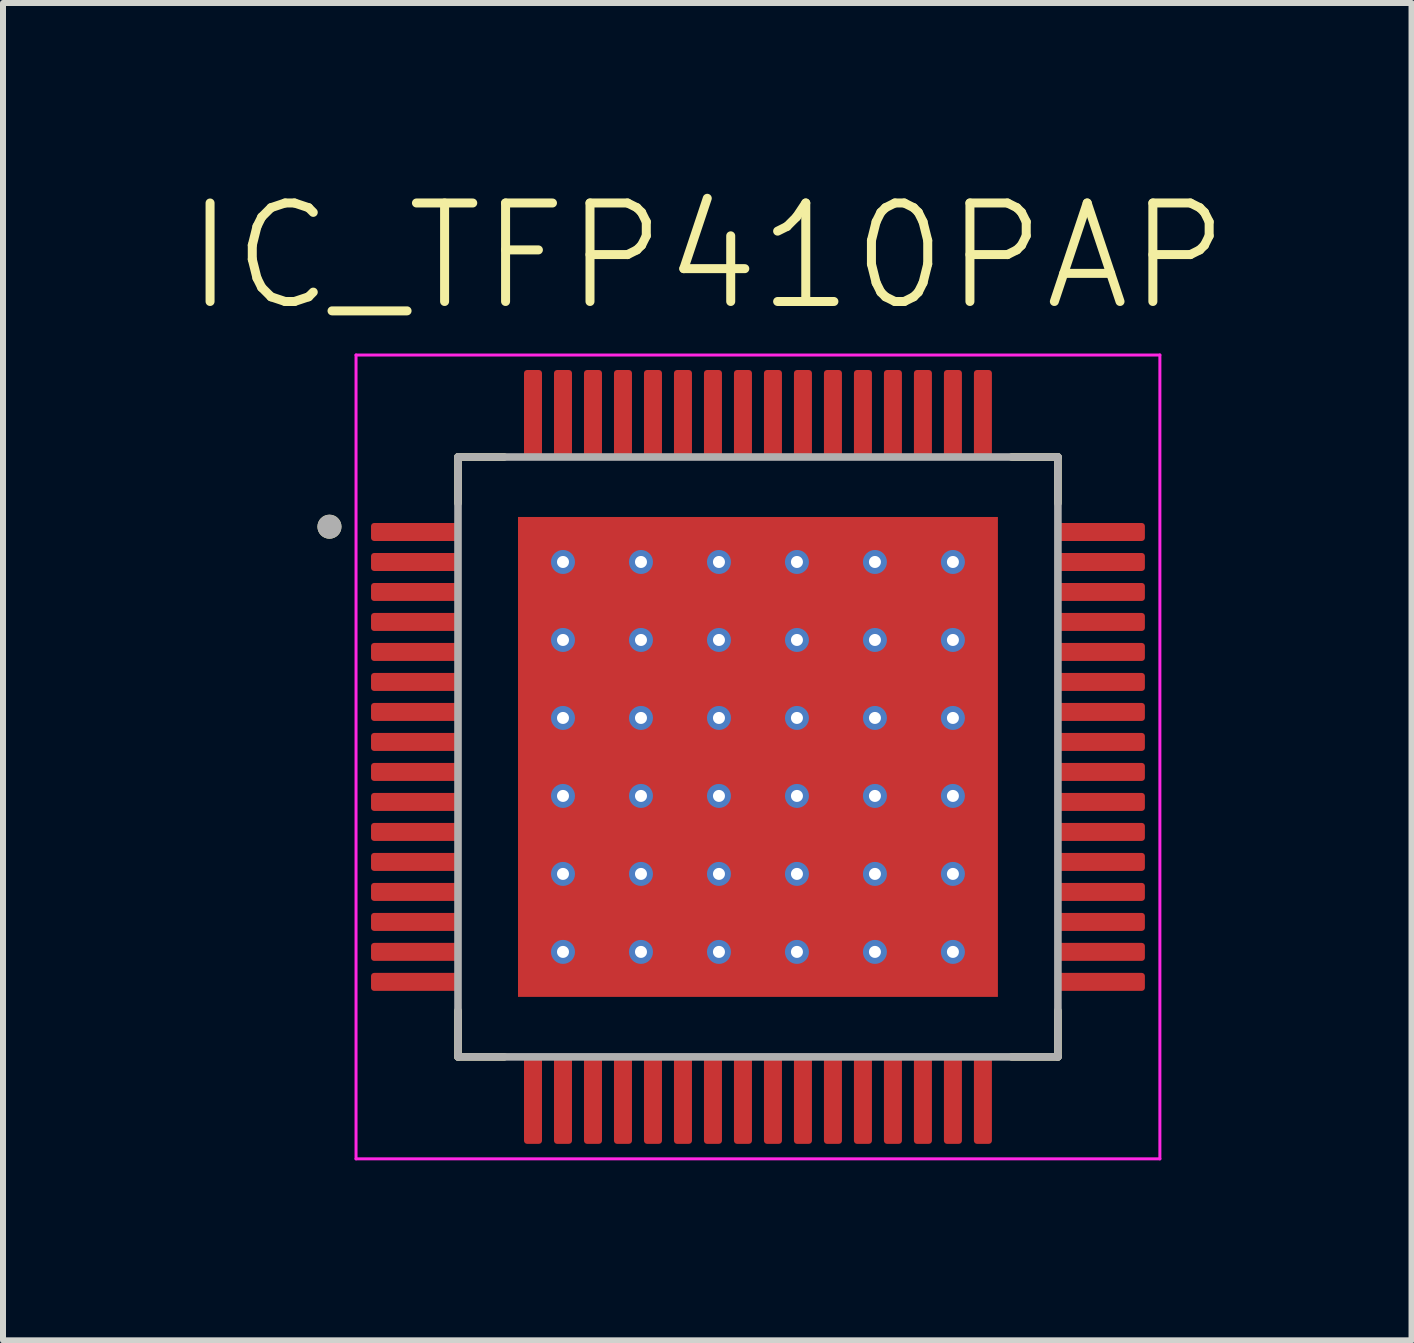
<source format=kicad_pcb>
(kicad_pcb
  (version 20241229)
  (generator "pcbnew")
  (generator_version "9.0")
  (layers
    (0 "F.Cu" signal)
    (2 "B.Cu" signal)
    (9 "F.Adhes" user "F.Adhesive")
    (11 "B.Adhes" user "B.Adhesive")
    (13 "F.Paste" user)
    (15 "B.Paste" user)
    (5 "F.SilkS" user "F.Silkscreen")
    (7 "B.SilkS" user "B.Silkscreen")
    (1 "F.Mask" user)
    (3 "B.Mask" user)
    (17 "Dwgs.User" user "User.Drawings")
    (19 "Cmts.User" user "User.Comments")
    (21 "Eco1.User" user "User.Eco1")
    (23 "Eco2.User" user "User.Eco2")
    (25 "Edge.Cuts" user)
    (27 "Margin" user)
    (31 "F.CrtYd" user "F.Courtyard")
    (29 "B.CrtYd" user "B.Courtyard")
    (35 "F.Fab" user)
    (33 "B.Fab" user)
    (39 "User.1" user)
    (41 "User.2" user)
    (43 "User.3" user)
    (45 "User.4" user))
  (footprint "IC_TFP410PAP"
    (layer "F.Cu")
    (at 9.585 9.568)
    (property "Reference" "IC_TFP410PAP" (at -0.845 -8.344 0) (layer "F.SilkS") (effects (font (size 1.642 1.642) (thickness 0.15))))
    (attr smd)
    (fp_poly (pts (xy -3.5 -3.5) (xy 3.5 -3.5) (xy 3.5 3.5) (xy -3.5 3.5)) (stroke (width 0.01) (type solid)) (fill yes) (layer "F.Mask"))
    (fp_poly (pts (xy -6.5 -3.625) (xy -6.5 -3.875) (xy -6.5 -3.879) (xy -6.5 -3.883) (xy -6.499 -3.887) (xy -6.498 -3.891) (xy -6.497 -3.894) (xy -6.496 -3.898) (xy -6.495 -3.902) (xy -6.494 -3.906) (xy -6.492 -3.909) (xy -6.49 -3.913) (xy -6.488 -3.916) (xy -6.486 -3.919) (xy -6.483 -3.922) (xy -6.481 -3.925) (xy -6.478 -3.928) (xy -6.475 -3.931) (xy -6.472 -3.933) (xy -6.469 -3.936) (xy -6.466 -3.938) (xy -6.463 -3.94) (xy -6.459 -3.942) (xy -6.456 -3.944) (xy -6.452 -3.945) (xy -6.448 -3.946) (xy -6.444 -3.947) (xy -6.441 -3.948) (xy -6.437 -3.949) (xy -6.433 -3.95) (xy -6.429 -3.95) (xy -6.425 -3.95) (xy -4.975 -3.95) (xy -4.971 -3.95) (xy -4.967 -3.95) (xy -4.963 -3.949) (xy -4.959 -3.948) (xy -4.956 -3.947) (xy -4.952 -3.946) (xy -4.948 -3.945) (xy -4.944 -3.944) (xy -4.941 -3.942) (xy -4.938 -3.94) (xy -4.934 -3.938) (xy -4.931 -3.936) (xy -4.928 -3.933) (xy -4.925 -3.931) (xy -4.922 -3.928) (xy -4.919 -3.925) (xy -4.917 -3.922) (xy -4.914 -3.919) (xy -4.912 -3.916) (xy -4.91 -3.913) (xy -4.908 -3.909) (xy -4.906 -3.906) (xy -4.905 -3.902) (xy -4.904 -3.898) (xy -4.903 -3.894) (xy -4.902 -3.891) (xy -4.901 -3.887) (xy -4.9 -3.883) (xy -4.9 -3.879) (xy -4.9 -3.875) (xy -4.9 -3.625) (xy -4.9 -3.621) (xy -4.9 -3.617) (xy -4.901 -3.613) (xy -4.902 -3.609) (xy -4.903 -3.606) (xy -4.904 -3.602) (xy -4.905 -3.598) (xy -4.906 -3.594) (xy -4.908 -3.591) (xy -4.91 -3.587) (xy -4.912 -3.584) (xy -4.914 -3.581) (xy -4.917 -3.578) (xy -4.919 -3.575) (xy -4.922 -3.572) (xy -4.925 -3.569) (xy -4.928 -3.567) (xy -4.931 -3.564) (xy -4.934 -3.562) (xy -4.938 -3.56) (xy -4.941 -3.558) (xy -4.944 -3.556) (xy -4.948 -3.555) (xy -4.952 -3.554) (xy -4.956 -3.553) (xy -4.959 -3.552) (xy -4.963 -3.551) (xy -4.967 -3.55) (xy -4.971 -3.55) (xy -4.975 -3.55) (xy -6.425 -3.55) (xy -6.429 -3.55) (xy -6.433 -3.55) (xy -6.437 -3.551) (xy -6.441 -3.552) (xy -6.444 -3.553) (xy -6.448 -3.554) (xy -6.452 -3.555) (xy -6.456 -3.556) (xy -6.459 -3.558) (xy -6.463 -3.56) (xy -6.466 -3.562) (xy -6.469 -3.564) (xy -6.472 -3.567) (xy -6.475 -3.569) (xy -6.478 -3.572) (xy -6.481 -3.575) (xy -6.483 -3.578) (xy -6.486 -3.581) (xy -6.488 -3.584) (xy -6.49 -3.587) (xy -6.492 -3.591) (xy -6.494 -3.594) (xy -6.495 -3.598) (xy -6.496 -3.602) (xy -6.497 -3.606) (xy -6.498 -3.609) (xy -6.499 -3.613) (xy -6.5 -3.617) (xy -6.5 -3.621) (xy -6.5 -3.625)) (stroke (width 0.01) (type solid)) (fill yes) (layer "F.Mask"))
    (fp_poly (pts (xy -6.5 -3.125) (xy -6.5 -3.375) (xy -6.5 -3.379) (xy -6.5 -3.383) (xy -6.499 -3.387) (xy -6.498 -3.391) (xy -6.497 -3.394) (xy -6.496 -3.398) (xy -6.495 -3.402) (xy -6.494 -3.406) (xy -6.492 -3.409) (xy -6.49 -3.413) (xy -6.488 -3.416) (xy -6.486 -3.419) (xy -6.483 -3.422) (xy -6.481 -3.425) (xy -6.478 -3.428) (xy -6.475 -3.431) (xy -6.472 -3.433) (xy -6.469 -3.436) (xy -6.466 -3.438) (xy -6.463 -3.44) (xy -6.459 -3.442) (xy -6.456 -3.444) (xy -6.452 -3.445) (xy -6.448 -3.446) (xy -6.444 -3.447) (xy -6.441 -3.448) (xy -6.437 -3.449) (xy -6.433 -3.45) (xy -6.429 -3.45) (xy -6.425 -3.45) (xy -4.975 -3.45) (xy -4.971 -3.45) (xy -4.967 -3.45) (xy -4.963 -3.449) (xy -4.959 -3.448) (xy -4.956 -3.447) (xy -4.952 -3.446) (xy -4.948 -3.445) (xy -4.944 -3.444) (xy -4.941 -3.442) (xy -4.938 -3.44) (xy -4.934 -3.438) (xy -4.931 -3.436) (xy -4.928 -3.433) (xy -4.925 -3.431) (xy -4.922 -3.428) (xy -4.919 -3.425) (xy -4.917 -3.422) (xy -4.914 -3.419) (xy -4.912 -3.416) (xy -4.91 -3.413) (xy -4.908 -3.409) (xy -4.906 -3.406) (xy -4.905 -3.402) (xy -4.904 -3.398) (xy -4.903 -3.394) (xy -4.902 -3.391) (xy -4.901 -3.387) (xy -4.9 -3.383) (xy -4.9 -3.379) (xy -4.9 -3.375) (xy -4.9 -3.125) (xy -4.9 -3.121) (xy -4.9 -3.117) (xy -4.901 -3.113) (xy -4.902 -3.109) (xy -4.903 -3.106) (xy -4.904 -3.102) (xy -4.905 -3.098) (xy -4.906 -3.094) (xy -4.908 -3.091) (xy -4.91 -3.087) (xy -4.912 -3.084) (xy -4.914 -3.081) (xy -4.917 -3.078) (xy -4.919 -3.075) (xy -4.922 -3.072) (xy -4.925 -3.069) (xy -4.928 -3.067) (xy -4.931 -3.064) (xy -4.934 -3.062) (xy -4.938 -3.06) (xy -4.941 -3.058) (xy -4.944 -3.056) (xy -4.948 -3.055) (xy -4.952 -3.054) (xy -4.956 -3.053) (xy -4.959 -3.052) (xy -4.963 -3.051) (xy -4.967 -3.05) (xy -4.971 -3.05) (xy -4.975 -3.05) (xy -6.425 -3.05) (xy -6.429 -3.05) (xy -6.433 -3.05) (xy -6.437 -3.051) (xy -6.441 -3.052) (xy -6.444 -3.053) (xy -6.448 -3.054) (xy -6.452 -3.055) (xy -6.456 -3.056) (xy -6.459 -3.058) (xy -6.463 -3.06) (xy -6.466 -3.062) (xy -6.469 -3.064) (xy -6.472 -3.067) (xy -6.475 -3.069) (xy -6.478 -3.072) (xy -6.481 -3.075) (xy -6.483 -3.078) (xy -6.486 -3.081) (xy -6.488 -3.084) (xy -6.49 -3.087) (xy -6.492 -3.091) (xy -6.494 -3.094) (xy -6.495 -3.098) (xy -6.496 -3.102) (xy -6.497 -3.106) (xy -6.498 -3.109) (xy -6.499 -3.113) (xy -6.5 -3.117) (xy -6.5 -3.121) (xy -6.5 -3.125)) (stroke (width 0.01) (type solid)) (fill yes) (layer "F.Mask"))
    (fp_poly (pts (xy -6.5 -2.625) (xy -6.5 -2.875) (xy -6.5 -2.879) (xy -6.5 -2.883) (xy -6.499 -2.887) (xy -6.498 -2.891) (xy -6.497 -2.894) (xy -6.496 -2.898) (xy -6.495 -2.902) (xy -6.494 -2.906) (xy -6.492 -2.909) (xy -6.49 -2.913) (xy -6.488 -2.916) (xy -6.486 -2.919) (xy -6.483 -2.922) (xy -6.481 -2.925) (xy -6.478 -2.928) (xy -6.475 -2.931) (xy -6.472 -2.933) (xy -6.469 -2.936) (xy -6.466 -2.938) (xy -6.463 -2.94) (xy -6.459 -2.942) (xy -6.456 -2.944) (xy -6.452 -2.945) (xy -6.448 -2.946) (xy -6.444 -2.947) (xy -6.441 -2.948) (xy -6.437 -2.949) (xy -6.433 -2.95) (xy -6.429 -2.95) (xy -6.425 -2.95) (xy -4.975 -2.95) (xy -4.971 -2.95) (xy -4.967 -2.95) (xy -4.963 -2.949) (xy -4.959 -2.948) (xy -4.956 -2.947) (xy -4.952 -2.946) (xy -4.948 -2.945) (xy -4.944 -2.944) (xy -4.941 -2.942) (xy -4.938 -2.94) (xy -4.934 -2.938) (xy -4.931 -2.936) (xy -4.928 -2.933) (xy -4.925 -2.931) (xy -4.922 -2.928) (xy -4.919 -2.925) (xy -4.917 -2.922) (xy -4.914 -2.919) (xy -4.912 -2.916) (xy -4.91 -2.913) (xy -4.908 -2.909) (xy -4.906 -2.906) (xy -4.905 -2.902) (xy -4.904 -2.898) (xy -4.903 -2.894) (xy -4.902 -2.891) (xy -4.901 -2.887) (xy -4.9 -2.883) (xy -4.9 -2.879) (xy -4.9 -2.875) (xy -4.9 -2.625) (xy -4.9 -2.621) (xy -4.9 -2.617) (xy -4.901 -2.613) (xy -4.902 -2.609) (xy -4.903 -2.606) (xy -4.904 -2.602) (xy -4.905 -2.598) (xy -4.906 -2.594) (xy -4.908 -2.591) (xy -4.91 -2.587) (xy -4.912 -2.584) (xy -4.914 -2.581) (xy -4.917 -2.578) (xy -4.919 -2.575) (xy -4.922 -2.572) (xy -4.925 -2.569) (xy -4.928 -2.567) (xy -4.931 -2.564) (xy -4.934 -2.562) (xy -4.938 -2.56) (xy -4.941 -2.558) (xy -4.944 -2.556) (xy -4.948 -2.555) (xy -4.952 -2.554) (xy -4.956 -2.553) (xy -4.959 -2.552) (xy -4.963 -2.551) (xy -4.967 -2.55) (xy -4.971 -2.55) (xy -4.975 -2.55) (xy -6.425 -2.55) (xy -6.429 -2.55) (xy -6.433 -2.55) (xy -6.437 -2.551) (xy -6.441 -2.552) (xy -6.444 -2.553) (xy -6.448 -2.554) (xy -6.452 -2.555) (xy -6.456 -2.556) (xy -6.459 -2.558) (xy -6.463 -2.56) (xy -6.466 -2.562) (xy -6.469 -2.564) (xy -6.472 -2.567) (xy -6.475 -2.569) (xy -6.478 -2.572) (xy -6.481 -2.575) (xy -6.483 -2.578) (xy -6.486 -2.581) (xy -6.488 -2.584) (xy -6.49 -2.587) (xy -6.492 -2.591) (xy -6.494 -2.594) (xy -6.495 -2.598) (xy -6.496 -2.602) (xy -6.497 -2.606) (xy -6.498 -2.609) (xy -6.499 -2.613) (xy -6.5 -2.617) (xy -6.5 -2.621) (xy -6.5 -2.625)) (stroke (width 0.01) (type solid)) (fill yes) (layer "F.Mask"))
    (fp_poly (pts (xy -6.5 -2.125) (xy -6.5 -2.375) (xy -6.5 -2.379) (xy -6.5 -2.383) (xy -6.499 -2.387) (xy -6.498 -2.391) (xy -6.497 -2.394) (xy -6.496 -2.398) (xy -6.495 -2.402) (xy -6.494 -2.406) (xy -6.492 -2.409) (xy -6.49 -2.413) (xy -6.488 -2.416) (xy -6.486 -2.419) (xy -6.483 -2.422) (xy -6.481 -2.425) (xy -6.478 -2.428) (xy -6.475 -2.431) (xy -6.472 -2.433) (xy -6.469 -2.436) (xy -6.466 -2.438) (xy -6.463 -2.44) (xy -6.459 -2.442) (xy -6.456 -2.444) (xy -6.452 -2.445) (xy -6.448 -2.446) (xy -6.444 -2.447) (xy -6.441 -2.448) (xy -6.437 -2.449) (xy -6.433 -2.45) (xy -6.429 -2.45) (xy -6.425 -2.45) (xy -4.975 -2.45) (xy -4.971 -2.45) (xy -4.967 -2.45) (xy -4.963 -2.449) (xy -4.959 -2.448) (xy -4.956 -2.447) (xy -4.952 -2.446) (xy -4.948 -2.445) (xy -4.944 -2.444) (xy -4.941 -2.442) (xy -4.938 -2.44) (xy -4.934 -2.438) (xy -4.931 -2.436) (xy -4.928 -2.433) (xy -4.925 -2.431) (xy -4.922 -2.428) (xy -4.919 -2.425) (xy -4.917 -2.422) (xy -4.914 -2.419) (xy -4.912 -2.416) (xy -4.91 -2.413) (xy -4.908 -2.409) (xy -4.906 -2.406) (xy -4.905 -2.402) (xy -4.904 -2.398) (xy -4.903 -2.394) (xy -4.902 -2.391) (xy -4.901 -2.387) (xy -4.9 -2.383) (xy -4.9 -2.379) (xy -4.9 -2.375) (xy -4.9 -2.125) (xy -4.9 -2.121) (xy -4.9 -2.117) (xy -4.901 -2.113) (xy -4.902 -2.109) (xy -4.903 -2.106) (xy -4.904 -2.102) (xy -4.905 -2.098) (xy -4.906 -2.094) (xy -4.908 -2.091) (xy -4.91 -2.087) (xy -4.912 -2.084) (xy -4.914 -2.081) (xy -4.917 -2.078) (xy -4.919 -2.075) (xy -4.922 -2.072) (xy -4.925 -2.069) (xy -4.928 -2.067) (xy -4.931 -2.064) (xy -4.934 -2.062) (xy -4.938 -2.06) (xy -4.941 -2.058) (xy -4.944 -2.056) (xy -4.948 -2.055) (xy -4.952 -2.054) (xy -4.956 -2.053) (xy -4.959 -2.052) (xy -4.963 -2.051) (xy -4.967 -2.05) (xy -4.971 -2.05) (xy -4.975 -2.05) (xy -6.425 -2.05) (xy -6.429 -2.05) (xy -6.433 -2.05) (xy -6.437 -2.051) (xy -6.441 -2.052) (xy -6.444 -2.053) (xy -6.448 -2.054) (xy -6.452 -2.055) (xy -6.456 -2.056) (xy -6.459 -2.058) (xy -6.463 -2.06) (xy -6.466 -2.062) (xy -6.469 -2.064) (xy -6.472 -2.067) (xy -6.475 -2.069) (xy -6.478 -2.072) (xy -6.481 -2.075) (xy -6.483 -2.078) (xy -6.486 -2.081) (xy -6.488 -2.084) (xy -6.49 -2.087) (xy -6.492 -2.091) (xy -6.494 -2.094) (xy -6.495 -2.098) (xy -6.496 -2.102) (xy -6.497 -2.106) (xy -6.498 -2.109) (xy -6.499 -2.113) (xy -6.5 -2.117) (xy -6.5 -2.121) (xy -6.5 -2.125)) (stroke (width 0.01) (type solid)) (fill yes) (layer "F.Mask"))
    (fp_poly (pts (xy -6.5 -1.625) (xy -6.5 -1.875) (xy -6.5 -1.879) (xy -6.5 -1.883) (xy -6.499 -1.887) (xy -6.498 -1.891) (xy -6.497 -1.894) (xy -6.496 -1.898) (xy -6.495 -1.902) (xy -6.494 -1.906) (xy -6.492 -1.909) (xy -6.49 -1.913) (xy -6.488 -1.916) (xy -6.486 -1.919) (xy -6.483 -1.922) (xy -6.481 -1.925) (xy -6.478 -1.928) (xy -6.475 -1.931) (xy -6.472 -1.933) (xy -6.469 -1.936) (xy -6.466 -1.938) (xy -6.463 -1.94) (xy -6.459 -1.942) (xy -6.456 -1.944) (xy -6.452 -1.945) (xy -6.448 -1.946) (xy -6.444 -1.947) (xy -6.441 -1.948) (xy -6.437 -1.949) (xy -6.433 -1.95) (xy -6.429 -1.95) (xy -6.425 -1.95) (xy -4.975 -1.95) (xy -4.971 -1.95) (xy -4.967 -1.95) (xy -4.963 -1.949) (xy -4.959 -1.948) (xy -4.956 -1.947) (xy -4.952 -1.946) (xy -4.948 -1.945) (xy -4.944 -1.944) (xy -4.941 -1.942) (xy -4.938 -1.94) (xy -4.934 -1.938) (xy -4.931 -1.936) (xy -4.928 -1.933) (xy -4.925 -1.931) (xy -4.922 -1.928) (xy -4.919 -1.925) (xy -4.917 -1.922) (xy -4.914 -1.919) (xy -4.912 -1.916) (xy -4.91 -1.913) (xy -4.908 -1.909) (xy -4.906 -1.906) (xy -4.905 -1.902) (xy -4.904 -1.898) (xy -4.903 -1.894) (xy -4.902 -1.891) (xy -4.901 -1.887) (xy -4.9 -1.883) (xy -4.9 -1.879) (xy -4.9 -1.875) (xy -4.9 -1.625) (xy -4.9 -1.621) (xy -4.9 -1.617) (xy -4.901 -1.613) (xy -4.902 -1.609) (xy -4.903 -1.606) (xy -4.904 -1.602) (xy -4.905 -1.598) (xy -4.906 -1.594) (xy -4.908 -1.591) (xy -4.91 -1.587) (xy -4.912 -1.584) (xy -4.914 -1.581) (xy -4.917 -1.578) (xy -4.919 -1.575) (xy -4.922 -1.572) (xy -4.925 -1.569) (xy -4.928 -1.567) (xy -4.931 -1.564) (xy -4.934 -1.562) (xy -4.938 -1.56) (xy -4.941 -1.558) (xy -4.944 -1.556) (xy -4.948 -1.555) (xy -4.952 -1.554) (xy -4.956 -1.553) (xy -4.959 -1.552) (xy -4.963 -1.551) (xy -4.967 -1.55) (xy -4.971 -1.55) (xy -4.975 -1.55) (xy -6.425 -1.55) (xy -6.429 -1.55) (xy -6.433 -1.55) (xy -6.437 -1.551) (xy -6.441 -1.552) (xy -6.444 -1.553) (xy -6.448 -1.554) (xy -6.452 -1.555) (xy -6.456 -1.556) (xy -6.459 -1.558) (xy -6.463 -1.56) (xy -6.466 -1.562) (xy -6.469 -1.564) (xy -6.472 -1.567) (xy -6.475 -1.569) (xy -6.478 -1.572) (xy -6.481 -1.575) (xy -6.483 -1.578) (xy -6.486 -1.581) (xy -6.488 -1.584) (xy -6.49 -1.587) (xy -6.492 -1.591) (xy -6.494 -1.594) (xy -6.495 -1.598) (xy -6.496 -1.602) (xy -6.497 -1.606) (xy -6.498 -1.609) (xy -6.499 -1.613) (xy -6.5 -1.617) (xy -6.5 -1.621) (xy -6.5 -1.625)) (stroke (width 0.01) (type solid)) (fill yes) (layer "F.Mask"))
    (fp_poly (pts (xy -6.5 -1.125) (xy -6.5 -1.375) (xy -6.5 -1.379) (xy -6.5 -1.383) (xy -6.499 -1.387) (xy -6.498 -1.391) (xy -6.497 -1.394) (xy -6.496 -1.398) (xy -6.495 -1.402) (xy -6.494 -1.406) (xy -6.492 -1.409) (xy -6.49 -1.413) (xy -6.488 -1.416) (xy -6.486 -1.419) (xy -6.483 -1.422) (xy -6.481 -1.425) (xy -6.478 -1.428) (xy -6.475 -1.431) (xy -6.472 -1.433) (xy -6.469 -1.436) (xy -6.466 -1.438) (xy -6.463 -1.44) (xy -6.459 -1.442) (xy -6.456 -1.444) (xy -6.452 -1.445) (xy -6.448 -1.446) (xy -6.444 -1.447) (xy -6.441 -1.448) (xy -6.437 -1.449) (xy -6.433 -1.45) (xy -6.429 -1.45) (xy -6.425 -1.45) (xy -4.975 -1.45) (xy -4.971 -1.45) (xy -4.967 -1.45) (xy -4.963 -1.449) (xy -4.959 -1.448) (xy -4.956 -1.447) (xy -4.952 -1.446) (xy -4.948 -1.445) (xy -4.944 -1.444) (xy -4.941 -1.442) (xy -4.938 -1.44) (xy -4.934 -1.438) (xy -4.931 -1.436) (xy -4.928 -1.433) (xy -4.925 -1.431) (xy -4.922 -1.428) (xy -4.919 -1.425) (xy -4.917 -1.422) (xy -4.914 -1.419) (xy -4.912 -1.416) (xy -4.91 -1.413) (xy -4.908 -1.409) (xy -4.906 -1.406) (xy -4.905 -1.402) (xy -4.904 -1.398) (xy -4.903 -1.394) (xy -4.902 -1.391) (xy -4.901 -1.387) (xy -4.9 -1.383) (xy -4.9 -1.379) (xy -4.9 -1.375) (xy -4.9 -1.125) (xy -4.9 -1.121) (xy -4.9 -1.117) (xy -4.901 -1.113) (xy -4.902 -1.109) (xy -4.903 -1.106) (xy -4.904 -1.102) (xy -4.905 -1.098) (xy -4.906 -1.094) (xy -4.908 -1.091) (xy -4.91 -1.087) (xy -4.912 -1.084) (xy -4.914 -1.081) (xy -4.917 -1.078) (xy -4.919 -1.075) (xy -4.922 -1.072) (xy -4.925 -1.069) (xy -4.928 -1.067) (xy -4.931 -1.064) (xy -4.934 -1.062) (xy -4.938 -1.06) (xy -4.941 -1.058) (xy -4.944 -1.056) (xy -4.948 -1.055) (xy -4.952 -1.054) (xy -4.956 -1.053) (xy -4.959 -1.052) (xy -4.963 -1.051) (xy -4.967 -1.05) (xy -4.971 -1.05) (xy -4.975 -1.05) (xy -6.425 -1.05) (xy -6.429 -1.05) (xy -6.433 -1.05) (xy -6.437 -1.051) (xy -6.441 -1.052) (xy -6.444 -1.053) (xy -6.448 -1.054) (xy -6.452 -1.055) (xy -6.456 -1.056) (xy -6.459 -1.058) (xy -6.463 -1.06) (xy -6.466 -1.062) (xy -6.469 -1.064) (xy -6.472 -1.067) (xy -6.475 -1.069) (xy -6.478 -1.072) (xy -6.481 -1.075) (xy -6.483 -1.078) (xy -6.486 -1.081) (xy -6.488 -1.084) (xy -6.49 -1.087) (xy -6.492 -1.091) (xy -6.494 -1.094) (xy -6.495 -1.098) (xy -6.496 -1.102) (xy -6.497 -1.106) (xy -6.498 -1.109) (xy -6.499 -1.113) (xy -6.5 -1.117) (xy -6.5 -1.121) (xy -6.5 -1.125)) (stroke (width 0.01) (type solid)) (fill yes) (layer "F.Mask"))
    (fp_poly (pts (xy -6.5 -0.625) (xy -6.5 -0.875) (xy -6.5 -0.879) (xy -6.5 -0.883) (xy -6.499 -0.887) (xy -6.498 -0.891) (xy -6.497 -0.894) (xy -6.496 -0.898) (xy -6.495 -0.902) (xy -6.494 -0.906) (xy -6.492 -0.909) (xy -6.49 -0.912) (xy -6.488 -0.916) (xy -6.486 -0.919) (xy -6.483 -0.922) (xy -6.481 -0.925) (xy -6.478 -0.928) (xy -6.475 -0.931) (xy -6.472 -0.933) (xy -6.469 -0.936) (xy -6.466 -0.938) (xy -6.463 -0.94) (xy -6.459 -0.942) (xy -6.456 -0.944) (xy -6.452 -0.945) (xy -6.448 -0.946) (xy -6.444 -0.947) (xy -6.441 -0.948) (xy -6.437 -0.949) (xy -6.433 -0.95) (xy -6.429 -0.95) (xy -6.425 -0.95) (xy -4.975 -0.95) (xy -4.971 -0.95) (xy -4.967 -0.95) (xy -4.963 -0.949) (xy -4.959 -0.948) (xy -4.956 -0.947) (xy -4.952 -0.946) (xy -4.948 -0.945) (xy -4.944 -0.944) (xy -4.941 -0.942) (xy -4.938 -0.94) (xy -4.934 -0.938) (xy -4.931 -0.936) (xy -4.928 -0.933) (xy -4.925 -0.931) (xy -4.922 -0.928) (xy -4.919 -0.925) (xy -4.917 -0.922) (xy -4.914 -0.919) (xy -4.912 -0.916) (xy -4.91 -0.913) (xy -4.908 -0.909) (xy -4.906 -0.906) (xy -4.905 -0.902) (xy -4.904 -0.898) (xy -4.903 -0.894) (xy -4.902 -0.891) (xy -4.901 -0.887) (xy -4.9 -0.883) (xy -4.9 -0.879) (xy -4.9 -0.875) (xy -4.9 -0.625) (xy -4.9 -0.621) (xy -4.9 -0.617) (xy -4.901 -0.613) (xy -4.902 -0.609) (xy -4.903 -0.606) (xy -4.904 -0.602) (xy -4.905 -0.598) (xy -4.906 -0.594) (xy -4.908 -0.591) (xy -4.91 -0.587) (xy -4.912 -0.584) (xy -4.914 -0.581) (xy -4.917 -0.578) (xy -4.919 -0.575) (xy -4.922 -0.572) (xy -4.925 -0.569) (xy -4.928 -0.567) (xy -4.931 -0.564) (xy -4.934 -0.562) (xy -4.938 -0.56) (xy -4.941 -0.558) (xy -4.944 -0.556) (xy -4.948 -0.555) (xy -4.952 -0.554) (xy -4.956 -0.553) (xy -4.959 -0.552) (xy -4.963 -0.551) (xy -4.967 -0.55) (xy -4.971 -0.55) (xy -4.975 -0.55) (xy -6.425 -0.55) (xy -6.429 -0.55) (xy -6.433 -0.55) (xy -6.437 -0.551) (xy -6.441 -0.552) (xy -6.444 -0.553) (xy -6.448 -0.554) (xy -6.452 -0.555) (xy -6.456 -0.556) (xy -6.459 -0.558) (xy -6.463 -0.56) (xy -6.466 -0.562) (xy -6.469 -0.564) (xy -6.472 -0.567) (xy -6.475 -0.569) (xy -6.478 -0.572) (xy -6.481 -0.575) (xy -6.483 -0.578) (xy -6.486 -0.581) (xy -6.488 -0.584) (xy -6.49 -0.588) (xy -6.492 -0.591) (xy -6.494 -0.594) (xy -6.495 -0.598) (xy -6.496 -0.602) (xy -6.497 -0.606) (xy -6.498 -0.609) (xy -6.499 -0.613) (xy -6.5 -0.617) (xy -6.5 -0.621) (xy -6.5 -0.625)) (stroke (width 0.01) (type solid)) (fill yes) (layer "F.Mask"))
    (fp_poly (pts (xy -6.5 -0.125) (xy -6.5 -0.375) (xy -6.5 -0.379) (xy -6.5 -0.383) (xy -6.499 -0.387) (xy -6.498 -0.391) (xy -6.497 -0.394) (xy -6.496 -0.398) (xy -6.495 -0.402) (xy -6.494 -0.406) (xy -6.492 -0.409) (xy -6.49 -0.412) (xy -6.488 -0.416) (xy -6.486 -0.419) (xy -6.483 -0.422) (xy -6.481 -0.425) (xy -6.478 -0.428) (xy -6.475 -0.431) (xy -6.472 -0.433) (xy -6.469 -0.436) (xy -6.466 -0.438) (xy -6.463 -0.44) (xy -6.459 -0.442) (xy -6.456 -0.444) (xy -6.452 -0.445) (xy -6.448 -0.446) (xy -6.444 -0.447) (xy -6.441 -0.448) (xy -6.437 -0.449) (xy -6.433 -0.45) (xy -6.429 -0.45) (xy -6.425 -0.45) (xy -4.975 -0.45) (xy -4.971 -0.45) (xy -4.967 -0.45) (xy -4.963 -0.449) (xy -4.959 -0.448) (xy -4.956 -0.447) (xy -4.952 -0.446) (xy -4.948 -0.445) (xy -4.944 -0.444) (xy -4.941 -0.442) (xy -4.938 -0.44) (xy -4.934 -0.438) (xy -4.931 -0.436) (xy -4.928 -0.433) (xy -4.925 -0.431) (xy -4.922 -0.428) (xy -4.919 -0.425) (xy -4.917 -0.422) (xy -4.914 -0.419) (xy -4.912 -0.416) (xy -4.91 -0.413) (xy -4.908 -0.409) (xy -4.906 -0.406) (xy -4.905 -0.402) (xy -4.904 -0.398) (xy -4.903 -0.394) (xy -4.902 -0.391) (xy -4.901 -0.387) (xy -4.9 -0.383) (xy -4.9 -0.379) (xy -4.9 -0.375) (xy -4.9 -0.125) (xy -4.9 -0.121) (xy -4.9 -0.117) (xy -4.901 -0.113) (xy -4.902 -0.109) (xy -4.903 -0.106) (xy -4.904 -0.102) (xy -4.905 -0.098) (xy -4.906 -0.094) (xy -4.908 -0.091) (xy -4.91 -0.087) (xy -4.912 -0.084) (xy -4.914 -0.081) (xy -4.917 -0.078) (xy -4.919 -0.075) (xy -4.922 -0.072) (xy -4.925 -0.069) (xy -4.928 -0.067) (xy -4.931 -0.064) (xy -4.934 -0.062) (xy -4.938 -0.06) (xy -4.941 -0.058) (xy -4.944 -0.056) (xy -4.948 -0.055) (xy -4.952 -0.054) (xy -4.956 -0.053) (xy -4.959 -0.052) (xy -4.963 -0.051) (xy -4.967 -0.05) (xy -4.971 -0.05) (xy -4.975 -0.05) (xy -6.425 -0.05) (xy -6.429 -0.05) (xy -6.433 -0.05) (xy -6.437 -0.051) (xy -6.441 -0.052) (xy -6.444 -0.053) (xy -6.448 -0.054) (xy -6.452 -0.055) (xy -6.456 -0.056) (xy -6.459 -0.058) (xy -6.463 -0.06) (xy -6.466 -0.062) (xy -6.469 -0.064) (xy -6.472 -0.067) (xy -6.475 -0.069) (xy -6.478 -0.072) (xy -6.481 -0.075) (xy -6.483 -0.078) (xy -6.486 -0.081) (xy -6.488 -0.084) (xy -6.49 -0.088) (xy -6.492 -0.091) (xy -6.494 -0.094) (xy -6.495 -0.098) (xy -6.496 -0.102) (xy -6.497 -0.106) (xy -6.498 -0.109) (xy -6.499 -0.113) (xy -6.5 -0.117) (xy -6.5 -0.121) (xy -6.5 -0.125)) (stroke (width 0.01) (type solid)) (fill yes) (layer "F.Mask"))
    (fp_poly (pts (xy -6.5 0.375) (xy -6.5 0.125) (xy -6.5 0.121) (xy -6.5 0.117) (xy -6.499 0.113) (xy -6.498 0.109) (xy -6.497 0.106) (xy -6.496 0.102) (xy -6.495 0.098) (xy -6.494 0.094) (xy -6.492 0.091) (xy -6.49 0.088) (xy -6.488 0.084) (xy -6.486 0.081) (xy -6.483 0.078) (xy -6.481 0.075) (xy -6.478 0.072) (xy -6.475 0.069) (xy -6.472 0.067) (xy -6.469 0.064) (xy -6.466 0.062) (xy -6.463 0.06) (xy -6.459 0.058) (xy -6.456 0.056) (xy -6.452 0.055) (xy -6.448 0.054) (xy -6.444 0.053) (xy -6.441 0.052) (xy -6.437 0.051) (xy -6.433 0.05) (xy -6.429 0.05) (xy -6.425 0.05) (xy -4.975 0.05) (xy -4.971 0.05) (xy -4.967 0.05) (xy -4.963 0.051) (xy -4.959 0.052) (xy -4.956 0.053) (xy -4.952 0.054) (xy -4.948 0.055) (xy -4.944 0.056) (xy -4.941 0.058) (xy -4.938 0.06) (xy -4.934 0.062) (xy -4.931 0.064) (xy -4.928 0.067) (xy -4.925 0.069) (xy -4.922 0.072) (xy -4.919 0.075) (xy -4.917 0.078) (xy -4.914 0.081) (xy -4.912 0.084) (xy -4.91 0.087) (xy -4.908 0.091) (xy -4.906 0.094) (xy -4.905 0.098) (xy -4.904 0.102) (xy -4.903 0.106) (xy -4.902 0.109) (xy -4.901 0.113) (xy -4.9 0.117) (xy -4.9 0.121) (xy -4.9 0.125) (xy -4.9 0.375) (xy -4.9 0.379) (xy -4.9 0.383) (xy -4.901 0.387) (xy -4.902 0.391) (xy -4.903 0.394) (xy -4.904 0.398) (xy -4.905 0.402) (xy -4.906 0.406) (xy -4.908 0.409) (xy -4.91 0.413) (xy -4.912 0.416) (xy -4.914 0.419) (xy -4.917 0.422) (xy -4.919 0.425) (xy -4.922 0.428) (xy -4.925 0.431) (xy -4.928 0.433) (xy -4.931 0.436) (xy -4.934 0.438) (xy -4.938 0.44) (xy -4.941 0.442) (xy -4.944 0.444) (xy -4.948 0.445) (xy -4.952 0.446) (xy -4.956 0.447) (xy -4.959 0.448) (xy -4.963 0.449) (xy -4.967 0.45) (xy -4.971 0.45) (xy -4.975 0.45) (xy -6.425 0.45) (xy -6.429 0.45) (xy -6.433 0.45) (xy -6.437 0.449) (xy -6.441 0.448) (xy -6.444 0.447) (xy -6.448 0.446) (xy -6.452 0.445) (xy -6.456 0.444) (xy -6.459 0.442) (xy -6.463 0.44) (xy -6.466 0.438) (xy -6.469 0.436) (xy -6.472 0.433) (xy -6.475 0.431) (xy -6.478 0.428) (xy -6.481 0.425) (xy -6.483 0.422) (xy -6.486 0.419) (xy -6.488 0.416) (xy -6.49 0.412) (xy -6.492 0.409) (xy -6.494 0.406) (xy -6.495 0.402) (xy -6.496 0.398) (xy -6.497 0.394) (xy -6.498 0.391) (xy -6.499 0.387) (xy -6.5 0.383) (xy -6.5 0.379) (xy -6.5 0.375)) (stroke (width 0.01) (type solid)) (fill yes) (layer "F.Mask"))
    (fp_poly (pts (xy -6.5 0.875) (xy -6.5 0.625) (xy -6.5 0.621) (xy -6.5 0.617) (xy -6.499 0.613) (xy -6.498 0.609) (xy -6.497 0.606) (xy -6.496 0.602) (xy -6.495 0.598) (xy -6.494 0.594) (xy -6.492 0.591) (xy -6.49 0.588) (xy -6.488 0.584) (xy -6.486 0.581) (xy -6.483 0.578) (xy -6.481 0.575) (xy -6.478 0.572) (xy -6.475 0.569) (xy -6.472 0.567) (xy -6.469 0.564) (xy -6.466 0.562) (xy -6.463 0.56) (xy -6.459 0.558) (xy -6.456 0.556) (xy -6.452 0.555) (xy -6.448 0.554) (xy -6.444 0.553) (xy -6.441 0.552) (xy -6.437 0.551) (xy -6.433 0.55) (xy -6.429 0.55) (xy -6.425 0.55) (xy -4.975 0.55) (xy -4.971 0.55) (xy -4.967 0.55) (xy -4.963 0.551) (xy -4.959 0.552) (xy -4.956 0.553) (xy -4.952 0.554) (xy -4.948 0.555) (xy -4.944 0.556) (xy -4.941 0.558) (xy -4.938 0.56) (xy -4.934 0.562) (xy -4.931 0.564) (xy -4.928 0.567) (xy -4.925 0.569) (xy -4.922 0.572) (xy -4.919 0.575) (xy -4.917 0.578) (xy -4.914 0.581) (xy -4.912 0.584) (xy -4.91 0.587) (xy -4.908 0.591) (xy -4.906 0.594) (xy -4.905 0.598) (xy -4.904 0.602) (xy -4.903 0.606) (xy -4.902 0.609) (xy -4.901 0.613) (xy -4.9 0.617) (xy -4.9 0.621) (xy -4.9 0.625) (xy -4.9 0.875) (xy -4.9 0.879) (xy -4.9 0.883) (xy -4.901 0.887) (xy -4.902 0.891) (xy -4.903 0.894) (xy -4.904 0.898) (xy -4.905 0.902) (xy -4.906 0.906) (xy -4.908 0.909) (xy -4.91 0.913) (xy -4.912 0.916) (xy -4.914 0.919) (xy -4.917 0.922) (xy -4.919 0.925) (xy -4.922 0.928) (xy -4.925 0.931) (xy -4.928 0.933) (xy -4.931 0.936) (xy -4.934 0.938) (xy -4.938 0.94) (xy -4.941 0.942) (xy -4.944 0.944) (xy -4.948 0.945) (xy -4.952 0.946) (xy -4.956 0.947) (xy -4.959 0.948) (xy -4.963 0.949) (xy -4.967 0.95) (xy -4.971 0.95) (xy -4.975 0.95) (xy -6.425 0.95) (xy -6.429 0.95) (xy -6.433 0.95) (xy -6.437 0.949) (xy -6.441 0.948) (xy -6.444 0.947) (xy -6.448 0.946) (xy -6.452 0.945) (xy -6.456 0.944) (xy -6.459 0.942) (xy -6.463 0.94) (xy -6.466 0.938) (xy -6.469 0.936) (xy -6.472 0.933) (xy -6.475 0.931) (xy -6.478 0.928) (xy -6.481 0.925) (xy -6.483 0.922) (xy -6.486 0.919) (xy -6.488 0.916) (xy -6.49 0.912) (xy -6.492 0.909) (xy -6.494 0.906) (xy -6.495 0.902) (xy -6.496 0.898) (xy -6.497 0.894) (xy -6.498 0.891) (xy -6.499 0.887) (xy -6.5 0.883) (xy -6.5 0.879) (xy -6.5 0.875)) (stroke (width 0.01) (type solid)) (fill yes) (layer "F.Mask"))
    (fp_poly (pts (xy -6.5 1.375) (xy -6.5 1.125) (xy -6.5 1.121) (xy -6.5 1.117) (xy -6.499 1.113) (xy -6.498 1.109) (xy -6.497 1.106) (xy -6.496 1.102) (xy -6.495 1.098) (xy -6.494 1.094) (xy -6.492 1.091) (xy -6.49 1.087) (xy -6.488 1.084) (xy -6.486 1.081) (xy -6.483 1.078) (xy -6.481 1.075) (xy -6.478 1.072) (xy -6.475 1.069) (xy -6.472 1.067) (xy -6.469 1.064) (xy -6.466 1.062) (xy -6.463 1.06) (xy -6.459 1.058) (xy -6.456 1.056) (xy -6.452 1.055) (xy -6.448 1.054) (xy -6.444 1.053) (xy -6.441 1.052) (xy -6.437 1.051) (xy -6.433 1.05) (xy -6.429 1.05) (xy -6.425 1.05) (xy -4.975 1.05) (xy -4.971 1.05) (xy -4.967 1.05) (xy -4.963 1.051) (xy -4.959 1.052) (xy -4.956 1.053) (xy -4.952 1.054) (xy -4.948 1.055) (xy -4.944 1.056) (xy -4.941 1.058) (xy -4.938 1.06) (xy -4.934 1.062) (xy -4.931 1.064) (xy -4.928 1.067) (xy -4.925 1.069) (xy -4.922 1.072) (xy -4.919 1.075) (xy -4.917 1.078) (xy -4.914 1.081) (xy -4.912 1.084) (xy -4.91 1.087) (xy -4.908 1.091) (xy -4.906 1.094) (xy -4.905 1.098) (xy -4.904 1.102) (xy -4.903 1.106) (xy -4.902 1.109) (xy -4.901 1.113) (xy -4.9 1.117) (xy -4.9 1.121) (xy -4.9 1.125) (xy -4.9 1.375) (xy -4.9 1.379) (xy -4.9 1.383) (xy -4.901 1.387) (xy -4.902 1.391) (xy -4.903 1.394) (xy -4.904 1.398) (xy -4.905 1.402) (xy -4.906 1.406) (xy -4.908 1.409) (xy -4.91 1.413) (xy -4.912 1.416) (xy -4.914 1.419) (xy -4.917 1.422) (xy -4.919 1.425) (xy -4.922 1.428) (xy -4.925 1.431) (xy -4.928 1.433) (xy -4.931 1.436) (xy -4.934 1.438) (xy -4.938 1.44) (xy -4.941 1.442) (xy -4.944 1.444) (xy -4.948 1.445) (xy -4.952 1.446) (xy -4.956 1.447) (xy -4.959 1.448) (xy -4.963 1.449) (xy -4.967 1.45) (xy -4.971 1.45) (xy -4.975 1.45) (xy -6.425 1.45) (xy -6.429 1.45) (xy -6.433 1.45) (xy -6.437 1.449) (xy -6.441 1.448) (xy -6.444 1.447) (xy -6.448 1.446) (xy -6.452 1.445) (xy -6.456 1.444) (xy -6.459 1.442) (xy -6.463 1.44) (xy -6.466 1.438) (xy -6.469 1.436) (xy -6.472 1.433) (xy -6.475 1.431) (xy -6.478 1.428) (xy -6.481 1.425) (xy -6.483 1.422) (xy -6.486 1.419) (xy -6.488 1.416) (xy -6.49 1.413) (xy -6.492 1.409) (xy -6.494 1.406) (xy -6.495 1.402) (xy -6.496 1.398) (xy -6.497 1.394) (xy -6.498 1.391) (xy -6.499 1.387) (xy -6.5 1.383) (xy -6.5 1.379) (xy -6.5 1.375)) (stroke (width 0.01) (type solid)) (fill yes) (layer "F.Mask"))
    (fp_poly (pts (xy -6.5 1.875) (xy -6.5 1.625) (xy -6.5 1.621) (xy -6.5 1.617) (xy -6.499 1.613) (xy -6.498 1.609) (xy -6.497 1.606) (xy -6.496 1.602) (xy -6.495 1.598) (xy -6.494 1.594) (xy -6.492 1.591) (xy -6.49 1.587) (xy -6.488 1.584) (xy -6.486 1.581) (xy -6.483 1.578) (xy -6.481 1.575) (xy -6.478 1.572) (xy -6.475 1.569) (xy -6.472 1.567) (xy -6.469 1.564) (xy -6.466 1.562) (xy -6.463 1.56) (xy -6.459 1.558) (xy -6.456 1.556) (xy -6.452 1.555) (xy -6.448 1.554) (xy -6.444 1.553) (xy -6.441 1.552) (xy -6.437 1.551) (xy -6.433 1.55) (xy -6.429 1.55) (xy -6.425 1.55) (xy -4.975 1.55) (xy -4.971 1.55) (xy -4.967 1.55) (xy -4.963 1.551) (xy -4.959 1.552) (xy -4.956 1.553) (xy -4.952 1.554) (xy -4.948 1.555) (xy -4.944 1.556) (xy -4.941 1.558) (xy -4.938 1.56) (xy -4.934 1.562) (xy -4.931 1.564) (xy -4.928 1.567) (xy -4.925 1.569) (xy -4.922 1.572) (xy -4.919 1.575) (xy -4.917 1.578) (xy -4.914 1.581) (xy -4.912 1.584) (xy -4.91 1.587) (xy -4.908 1.591) (xy -4.906 1.594) (xy -4.905 1.598) (xy -4.904 1.602) (xy -4.903 1.606) (xy -4.902 1.609) (xy -4.901 1.613) (xy -4.9 1.617) (xy -4.9 1.621) (xy -4.9 1.625) (xy -4.9 1.875) (xy -4.9 1.879) (xy -4.9 1.883) (xy -4.901 1.887) (xy -4.902 1.891) (xy -4.903 1.894) (xy -4.904 1.898) (xy -4.905 1.902) (xy -4.906 1.906) (xy -4.908 1.909) (xy -4.91 1.913) (xy -4.912 1.916) (xy -4.914 1.919) (xy -4.917 1.922) (xy -4.919 1.925) (xy -4.922 1.928) (xy -4.925 1.931) (xy -4.928 1.933) (xy -4.931 1.936) (xy -4.934 1.938) (xy -4.938 1.94) (xy -4.941 1.942) (xy -4.944 1.944) (xy -4.948 1.945) (xy -4.952 1.946) (xy -4.956 1.947) (xy -4.959 1.948) (xy -4.963 1.949) (xy -4.967 1.95) (xy -4.971 1.95) (xy -4.975 1.95) (xy -6.425 1.95) (xy -6.429 1.95) (xy -6.433 1.95) (xy -6.437 1.949) (xy -6.441 1.948) (xy -6.444 1.947) (xy -6.448 1.946) (xy -6.452 1.945) (xy -6.456 1.944) (xy -6.459 1.942) (xy -6.463 1.94) (xy -6.466 1.938) (xy -6.469 1.936) (xy -6.472 1.933) (xy -6.475 1.931) (xy -6.478 1.928) (xy -6.481 1.925) (xy -6.483 1.922) (xy -6.486 1.919) (xy -6.488 1.916) (xy -6.49 1.913) (xy -6.492 1.909) (xy -6.494 1.906) (xy -6.495 1.902) (xy -6.496 1.898) (xy -6.497 1.894) (xy -6.498 1.891) (xy -6.499 1.887) (xy -6.5 1.883) (xy -6.5 1.879) (xy -6.5 1.875)) (stroke (width 0.01) (type solid)) (fill yes) (layer "F.Mask"))
    (fp_poly (pts (xy -6.5 2.375) (xy -6.5 2.125) (xy -6.5 2.121) (xy -6.5 2.117) (xy -6.499 2.113) (xy -6.498 2.109) (xy -6.497 2.106) (xy -6.496 2.102) (xy -6.495 2.098) (xy -6.494 2.094) (xy -6.492 2.091) (xy -6.49 2.087) (xy -6.488 2.084) (xy -6.486 2.081) (xy -6.483 2.078) (xy -6.481 2.075) (xy -6.478 2.072) (xy -6.475 2.069) (xy -6.472 2.067) (xy -6.469 2.064) (xy -6.466 2.062) (xy -6.463 2.06) (xy -6.459 2.058) (xy -6.456 2.056) (xy -6.452 2.055) (xy -6.448 2.054) (xy -6.444 2.053) (xy -6.441 2.052) (xy -6.437 2.051) (xy -6.433 2.05) (xy -6.429 2.05) (xy -6.425 2.05) (xy -4.975 2.05) (xy -4.971 2.05) (xy -4.967 2.05) (xy -4.963 2.051) (xy -4.959 2.052) (xy -4.956 2.053) (xy -4.952 2.054) (xy -4.948 2.055) (xy -4.944 2.056) (xy -4.941 2.058) (xy -4.938 2.06) (xy -4.934 2.062) (xy -4.931 2.064) (xy -4.928 2.067) (xy -4.925 2.069) (xy -4.922 2.072) (xy -4.919 2.075) (xy -4.917 2.078) (xy -4.914 2.081) (xy -4.912 2.084) (xy -4.91 2.087) (xy -4.908 2.091) (xy -4.906 2.094) (xy -4.905 2.098) (xy -4.904 2.102) (xy -4.903 2.106) (xy -4.902 2.109) (xy -4.901 2.113) (xy -4.9 2.117) (xy -4.9 2.121) (xy -4.9 2.125) (xy -4.9 2.375) (xy -4.9 2.379) (xy -4.9 2.383) (xy -4.901 2.387) (xy -4.902 2.391) (xy -4.903 2.394) (xy -4.904 2.398) (xy -4.905 2.402) (xy -4.906 2.406) (xy -4.908 2.409) (xy -4.91 2.413) (xy -4.912 2.416) (xy -4.914 2.419) (xy -4.917 2.422) (xy -4.919 2.425) (xy -4.922 2.428) (xy -4.925 2.431) (xy -4.928 2.433) (xy -4.931 2.436) (xy -4.934 2.438) (xy -4.938 2.44) (xy -4.941 2.442) (xy -4.944 2.444) (xy -4.948 2.445) (xy -4.952 2.446) (xy -4.956 2.447) (xy -4.959 2.448) (xy -4.963 2.449) (xy -4.967 2.45) (xy -4.971 2.45) (xy -4.975 2.45) (xy -6.425 2.45) (xy -6.429 2.45) (xy -6.433 2.45) (xy -6.437 2.449) (xy -6.441 2.448) (xy -6.444 2.447) (xy -6.448 2.446) (xy -6.452 2.445) (xy -6.456 2.444) (xy -6.459 2.442) (xy -6.463 2.44) (xy -6.466 2.438) (xy -6.469 2.436) (xy -6.472 2.433) (xy -6.475 2.431) (xy -6.478 2.428) (xy -6.481 2.425) (xy -6.483 2.422) (xy -6.486 2.419) (xy -6.488 2.416) (xy -6.49 2.413) (xy -6.492 2.409) (xy -6.494 2.406) (xy -6.495 2.402) (xy -6.496 2.398) (xy -6.497 2.394) (xy -6.498 2.391) (xy -6.499 2.387) (xy -6.5 2.383) (xy -6.5 2.379) (xy -6.5 2.375)) (stroke (width 0.01) (type solid)) (fill yes) (layer "F.Mask"))
    (fp_poly (pts (xy -6.5 2.875) (xy -6.5 2.625) (xy -6.5 2.621) (xy -6.5 2.617) (xy -6.499 2.613) (xy -6.498 2.609) (xy -6.497 2.606) (xy -6.496 2.602) (xy -6.495 2.598) (xy -6.494 2.594) (xy -6.492 2.591) (xy -6.49 2.587) (xy -6.488 2.584) (xy -6.486 2.581) (xy -6.483 2.578) (xy -6.481 2.575) (xy -6.478 2.572) (xy -6.475 2.569) (xy -6.472 2.567) (xy -6.469 2.564) (xy -6.466 2.562) (xy -6.463 2.56) (xy -6.459 2.558) (xy -6.456 2.556) (xy -6.452 2.555) (xy -6.448 2.554) (xy -6.444 2.553) (xy -6.441 2.552) (xy -6.437 2.551) (xy -6.433 2.55) (xy -6.429 2.55) (xy -6.425 2.55) (xy -4.975 2.55) (xy -4.971 2.55) (xy -4.967 2.55) (xy -4.963 2.551) (xy -4.959 2.552) (xy -4.956 2.553) (xy -4.952 2.554) (xy -4.948 2.555) (xy -4.944 2.556) (xy -4.941 2.558) (xy -4.938 2.56) (xy -4.934 2.562) (xy -4.931 2.564) (xy -4.928 2.567) (xy -4.925 2.569) (xy -4.922 2.572) (xy -4.919 2.575) (xy -4.917 2.578) (xy -4.914 2.581) (xy -4.912 2.584) (xy -4.91 2.587) (xy -4.908 2.591) (xy -4.906 2.594) (xy -4.905 2.598) (xy -4.904 2.602) (xy -4.903 2.606) (xy -4.902 2.609) (xy -4.901 2.613) (xy -4.9 2.617) (xy -4.9 2.621) (xy -4.9 2.625) (xy -4.9 2.875) (xy -4.9 2.879) (xy -4.9 2.883) (xy -4.901 2.887) (xy -4.902 2.891) (xy -4.903 2.894) (xy -4.904 2.898) (xy -4.905 2.902) (xy -4.906 2.906) (xy -4.908 2.909) (xy -4.91 2.913) (xy -4.912 2.916) (xy -4.914 2.919) (xy -4.917 2.922) (xy -4.919 2.925) (xy -4.922 2.928) (xy -4.925 2.931) (xy -4.928 2.933) (xy -4.931 2.936) (xy -4.934 2.938) (xy -4.938 2.94) (xy -4.941 2.942) (xy -4.944 2.944) (xy -4.948 2.945) (xy -4.952 2.946) (xy -4.956 2.947) (xy -4.959 2.948) (xy -4.963 2.949) (xy -4.967 2.95) (xy -4.971 2.95) (xy -4.975 2.95) (xy -6.425 2.95) (xy -6.429 2.95) (xy -6.433 2.95) (xy -6.437 2.949) (xy -6.441 2.948) (xy -6.444 2.947) (xy -6.448 2.946) (xy -6.452 2.945) (xy -6.456 2.944) (xy -6.459 2.942) (xy -6.463 2.94) (xy -6.466 2.938) (xy -6.469 2.936) (xy -6.472 2.933) (xy -6.475 2.931) (xy -6.478 2.928) (xy -6.481 2.925) (xy -6.483 2.922) (xy -6.486 2.919) (xy -6.488 2.916) (xy -6.49 2.913) (xy -6.492 2.909) (xy -6.494 2.906) (xy -6.495 2.902) (xy -6.496 2.898) (xy -6.497 2.894) (xy -6.498 2.891) (xy -6.499 2.887) (xy -6.5 2.883) (xy -6.5 2.879) (xy -6.5 2.875)) (stroke (width 0.01) (type solid)) (fill yes) (layer "F.Mask"))
    (fp_poly (pts (xy -6.5 3.375) (xy -6.5 3.125) (xy -6.5 3.121) (xy -6.5 3.117) (xy -6.499 3.113) (xy -6.498 3.109) (xy -6.497 3.106) (xy -6.496 3.102) (xy -6.495 3.098) (xy -6.494 3.094) (xy -6.492 3.091) (xy -6.49 3.087) (xy -6.488 3.084) (xy -6.486 3.081) (xy -6.483 3.078) (xy -6.481 3.075) (xy -6.478 3.072) (xy -6.475 3.069) (xy -6.472 3.067) (xy -6.469 3.064) (xy -6.466 3.062) (xy -6.463 3.06) (xy -6.459 3.058) (xy -6.456 3.056) (xy -6.452 3.055) (xy -6.448 3.054) (xy -6.444 3.053) (xy -6.441 3.052) (xy -6.437 3.051) (xy -6.433 3.05) (xy -6.429 3.05) (xy -6.425 3.05) (xy -4.975 3.05) (xy -4.971 3.05) (xy -4.967 3.05) (xy -4.963 3.051) (xy -4.959 3.052) (xy -4.956 3.053) (xy -4.952 3.054) (xy -4.948 3.055) (xy -4.944 3.056) (xy -4.941 3.058) (xy -4.938 3.06) (xy -4.934 3.062) (xy -4.931 3.064) (xy -4.928 3.067) (xy -4.925 3.069) (xy -4.922 3.072) (xy -4.919 3.075) (xy -4.917 3.078) (xy -4.914 3.081) (xy -4.912 3.084) (xy -4.91 3.087) (xy -4.908 3.091) (xy -4.906 3.094) (xy -4.905 3.098) (xy -4.904 3.102) (xy -4.903 3.106) (xy -4.902 3.109) (xy -4.901 3.113) (xy -4.9 3.117) (xy -4.9 3.121) (xy -4.9 3.125) (xy -4.9 3.375) (xy -4.9 3.379) (xy -4.9 3.383) (xy -4.901 3.387) (xy -4.902 3.391) (xy -4.903 3.394) (xy -4.904 3.398) (xy -4.905 3.402) (xy -4.906 3.406) (xy -4.908 3.409) (xy -4.91 3.413) (xy -4.912 3.416) (xy -4.914 3.419) (xy -4.917 3.422) (xy -4.919 3.425) (xy -4.922 3.428) (xy -4.925 3.431) (xy -4.928 3.433) (xy -4.931 3.436) (xy -4.934 3.438) (xy -4.938 3.44) (xy -4.941 3.442) (xy -4.944 3.444) (xy -4.948 3.445) (xy -4.952 3.446) (xy -4.956 3.447) (xy -4.959 3.448) (xy -4.963 3.449) (xy -4.967 3.45) (xy -4.971 3.45) (xy -4.975 3.45) (xy -6.425 3.45) (xy -6.429 3.45) (xy -6.433 3.45) (xy -6.437 3.449) (xy -6.441 3.448) (xy -6.444 3.447) (xy -6.448 3.446) (xy -6.452 3.445) (xy -6.456 3.444) (xy -6.459 3.442) (xy -6.463 3.44) (xy -6.466 3.438) (xy -6.469 3.436) (xy -6.472 3.433) (xy -6.475 3.431) (xy -6.478 3.428) (xy -6.481 3.425) (xy -6.483 3.422) (xy -6.486 3.419) (xy -6.488 3.416) (xy -6.49 3.413) (xy -6.492 3.409) (xy -6.494 3.406) (xy -6.495 3.402) (xy -6.496 3.398) (xy -6.497 3.394) (xy -6.498 3.391) (xy -6.499 3.387) (xy -6.5 3.383) (xy -6.5 3.379) (xy -6.5 3.375)) (stroke (width 0.01) (type solid)) (fill yes) (layer "F.Mask"))
    (fp_poly (pts (xy -6.5 3.875) (xy -6.5 3.625) (xy -6.5 3.621) (xy -6.5 3.617) (xy -6.499 3.613) (xy -6.498 3.609) (xy -6.497 3.606) (xy -6.496 3.602) (xy -6.495 3.598) (xy -6.494 3.594) (xy -6.492 3.591) (xy -6.49 3.587) (xy -6.488 3.584) (xy -6.486 3.581) (xy -6.483 3.578) (xy -6.481 3.575) (xy -6.478 3.572) (xy -6.475 3.569) (xy -6.472 3.567) (xy -6.469 3.564) (xy -6.466 3.562) (xy -6.463 3.56) (xy -6.459 3.558) (xy -6.456 3.556) (xy -6.452 3.555) (xy -6.448 3.554) (xy -6.444 3.553) (xy -6.441 3.552) (xy -6.437 3.551) (xy -6.433 3.55) (xy -6.429 3.55) (xy -6.425 3.55) (xy -4.975 3.55) (xy -4.971 3.55) (xy -4.967 3.55) (xy -4.963 3.551) (xy -4.959 3.552) (xy -4.956 3.553) (xy -4.952 3.554) (xy -4.948 3.555) (xy -4.944 3.556) (xy -4.941 3.558) (xy -4.938 3.56) (xy -4.934 3.562) (xy -4.931 3.564) (xy -4.928 3.567) (xy -4.925 3.569) (xy -4.922 3.572) (xy -4.919 3.575) (xy -4.917 3.578) (xy -4.914 3.581) (xy -4.912 3.584) (xy -4.91 3.587) (xy -4.908 3.591) (xy -4.906 3.594) (xy -4.905 3.598) (xy -4.904 3.602) (xy -4.903 3.606) (xy -4.902 3.609) (xy -4.901 3.613) (xy -4.9 3.617) (xy -4.9 3.621) (xy -4.9 3.625) (xy -4.9 3.875) (xy -4.9 3.879) (xy -4.9 3.883) (xy -4.901 3.887) (xy -4.902 3.891) (xy -4.903 3.894) (xy -4.904 3.898) (xy -4.905 3.902) (xy -4.906 3.906) (xy -4.908 3.909) (xy -4.91 3.913) (xy -4.912 3.916) (xy -4.914 3.919) (xy -4.917 3.922) (xy -4.919 3.925) (xy -4.922 3.928) (xy -4.925 3.931) (xy -4.928 3.933) (xy -4.931 3.936) (xy -4.934 3.938) (xy -4.938 3.94) (xy -4.941 3.942) (xy -4.944 3.944) (xy -4.948 3.945) (xy -4.952 3.946) (xy -4.956 3.947) (xy -4.959 3.948) (xy -4.963 3.949) (xy -4.967 3.95) (xy -4.971 3.95) (xy -4.975 3.95) (xy -6.425 3.95) (xy -6.429 3.95) (xy -6.433 3.95) (xy -6.437 3.949) (xy -6.441 3.948) (xy -6.444 3.947) (xy -6.448 3.946) (xy -6.452 3.945) (xy -6.456 3.944) (xy -6.459 3.942) (xy -6.463 3.94) (xy -6.466 3.938) (xy -6.469 3.936) (xy -6.472 3.933) (xy -6.475 3.931) (xy -6.478 3.928) (xy -6.481 3.925) (xy -6.483 3.922) (xy -6.486 3.919) (xy -6.488 3.916) (xy -6.49 3.913) (xy -6.492 3.909) (xy -6.494 3.906) (xy -6.495 3.902) (xy -6.496 3.898) (xy -6.497 3.894) (xy -6.498 3.891) (xy -6.499 3.887) (xy -6.5 3.883) (xy -6.5 3.879) (xy -6.5 3.875)) (stroke (width 0.01) (type solid)) (fill yes) (layer "F.Mask"))
    (fp_poly (pts (xy -3.625 -4.9) (xy -3.875 -4.9) (xy -3.879 -4.9) (xy -3.883 -4.9) (xy -3.887 -4.901) (xy -3.891 -4.902) (xy -3.894 -4.903) (xy -3.898 -4.904) (xy -3.902 -4.905) (xy -3.906 -4.906) (xy -3.909 -4.908) (xy -3.913 -4.91) (xy -3.916 -4.912) (xy -3.919 -4.914) (xy -3.922 -4.917) (xy -3.925 -4.919) (xy -3.928 -4.922) (xy -3.931 -4.925) (xy -3.933 -4.928) (xy -3.936 -4.931) (xy -3.938 -4.934) (xy -3.94 -4.938) (xy -3.942 -4.941) (xy -3.944 -4.944) (xy -3.945 -4.948) (xy -3.946 -4.952) (xy -3.947 -4.956) (xy -3.948 -4.959) (xy -3.949 -4.963) (xy -3.95 -4.967) (xy -3.95 -4.971) (xy -3.95 -4.975) (xy -3.95 -6.425) (xy -3.95 -6.429) (xy -3.95 -6.433) (xy -3.949 -6.437) (xy -3.948 -6.441) (xy -3.947 -6.444) (xy -3.946 -6.448) (xy -3.945 -6.452) (xy -3.944 -6.456) (xy -3.942 -6.459) (xy -3.94 -6.463) (xy -3.938 -6.466) (xy -3.936 -6.469) (xy -3.933 -6.472) (xy -3.931 -6.475) (xy -3.928 -6.478) (xy -3.925 -6.481) (xy -3.922 -6.483) (xy -3.919 -6.486) (xy -3.916 -6.488) (xy -3.913 -6.49) (xy -3.909 -6.492) (xy -3.906 -6.494) (xy -3.902 -6.495) (xy -3.898 -6.496) (xy -3.894 -6.497) (xy -3.891 -6.498) (xy -3.887 -6.499) (xy -3.883 -6.5) (xy -3.879 -6.5) (xy -3.875 -6.5) (xy -3.625 -6.5) (xy -3.621 -6.5) (xy -3.617 -6.5) (xy -3.613 -6.499) (xy -3.609 -6.498) (xy -3.606 -6.497) (xy -3.602 -6.496) (xy -3.598 -6.495) (xy -3.594 -6.494) (xy -3.591 -6.492) (xy -3.587 -6.49) (xy -3.584 -6.488) (xy -3.581 -6.486) (xy -3.578 -6.483) (xy -3.575 -6.481) (xy -3.572 -6.478) (xy -3.569 -6.475) (xy -3.567 -6.472) (xy -3.564 -6.469) (xy -3.562 -6.466) (xy -3.56 -6.463) (xy -3.558 -6.459) (xy -3.556 -6.456) (xy -3.555 -6.452) (xy -3.554 -6.448) (xy -3.553 -6.444) (xy -3.552 -6.441) (xy -3.551 -6.437) (xy -3.55 -6.433) (xy -3.55 -6.429) (xy -3.55 -6.425) (xy -3.55 -4.975) (xy -3.55 -4.971) (xy -3.55 -4.967) (xy -3.551 -4.963) (xy -3.552 -4.959) (xy -3.553 -4.956) (xy -3.554 -4.952) (xy -3.555 -4.948) (xy -3.556 -4.944) (xy -3.558 -4.941) (xy -3.56 -4.938) (xy -3.562 -4.934) (xy -3.564 -4.931) (xy -3.567 -4.928) (xy -3.569 -4.925) (xy -3.572 -4.922) (xy -3.575 -4.919) (xy -3.578 -4.917) (xy -3.581 -4.914) (xy -3.584 -4.912) (xy -3.587 -4.91) (xy -3.591 -4.908) (xy -3.594 -4.906) (xy -3.598 -4.905) (xy -3.602 -4.904) (xy -3.606 -4.903) (xy -3.609 -4.902) (xy -3.613 -4.901) (xy -3.617 -4.9) (xy -3.621 -4.9) (xy -3.625 -4.9)) (stroke (width 0.01) (type solid)) (fill yes) (layer "F.Mask"))
    (fp_poly (pts (xy -3.625 6.5) (xy -3.875 6.5) (xy -3.879 6.5) (xy -3.883 6.5) (xy -3.887 6.499) (xy -3.891 6.498) (xy -3.894 6.497) (xy -3.898 6.496) (xy -3.902 6.495) (xy -3.906 6.494) (xy -3.909 6.492) (xy -3.913 6.49) (xy -3.916 6.488) (xy -3.919 6.486) (xy -3.922 6.483) (xy -3.925 6.481) (xy -3.928 6.478) (xy -3.931 6.475) (xy -3.933 6.472) (xy -3.936 6.469) (xy -3.938 6.466) (xy -3.94 6.463) (xy -3.942 6.459) (xy -3.944 6.456) (xy -3.945 6.452) (xy -3.946 6.448) (xy -3.947 6.444) (xy -3.948 6.441) (xy -3.949 6.437) (xy -3.95 6.433) (xy -3.95 6.429) (xy -3.95 6.425) (xy -3.95 4.975) (xy -3.95 4.971) (xy -3.95 4.967) (xy -3.949 4.963) (xy -3.948 4.959) (xy -3.947 4.956) (xy -3.946 4.952) (xy -3.945 4.948) (xy -3.944 4.944) (xy -3.942 4.941) (xy -3.94 4.938) (xy -3.938 4.934) (xy -3.936 4.931) (xy -3.933 4.928) (xy -3.931 4.925) (xy -3.928 4.922) (xy -3.925 4.919) (xy -3.922 4.917) (xy -3.919 4.914) (xy -3.916 4.912) (xy -3.913 4.91) (xy -3.909 4.908) (xy -3.906 4.906) (xy -3.902 4.905) (xy -3.898 4.904) (xy -3.894 4.903) (xy -3.891 4.902) (xy -3.887 4.901) (xy -3.883 4.9) (xy -3.879 4.9) (xy -3.875 4.9) (xy -3.625 4.9) (xy -3.621 4.9) (xy -3.617 4.9) (xy -3.613 4.901) (xy -3.609 4.902) (xy -3.606 4.903) (xy -3.602 4.904) (xy -3.598 4.905) (xy -3.594 4.906) (xy -3.591 4.908) (xy -3.587 4.91) (xy -3.584 4.912) (xy -3.581 4.914) (xy -3.578 4.917) (xy -3.575 4.919) (xy -3.572 4.922) (xy -3.569 4.925) (xy -3.567 4.928) (xy -3.564 4.931) (xy -3.562 4.934) (xy -3.56 4.938) (xy -3.558 4.941) (xy -3.556 4.944) (xy -3.555 4.948) (xy -3.554 4.952) (xy -3.553 4.956) (xy -3.552 4.959) (xy -3.551 4.963) (xy -3.55 4.967) (xy -3.55 4.971) (xy -3.55 4.975) (xy -3.55 6.425) (xy -3.55 6.429) (xy -3.55 6.433) (xy -3.551 6.437) (xy -3.552 6.441) (xy -3.553 6.444) (xy -3.554 6.448) (xy -3.555 6.452) (xy -3.556 6.456) (xy -3.558 6.459) (xy -3.56 6.463) (xy -3.562 6.466) (xy -3.564 6.469) (xy -3.567 6.472) (xy -3.569 6.475) (xy -3.572 6.478) (xy -3.575 6.481) (xy -3.578 6.483) (xy -3.581 6.486) (xy -3.584 6.488) (xy -3.587 6.49) (xy -3.591 6.492) (xy -3.594 6.494) (xy -3.598 6.495) (xy -3.602 6.496) (xy -3.606 6.497) (xy -3.609 6.498) (xy -3.613 6.499) (xy -3.617 6.5) (xy -3.621 6.5) (xy -3.625 6.5)) (stroke (width 0.01) (type solid)) (fill yes) (layer "F.Mask"))
    (fp_poly (pts (xy -3.125 -4.9) (xy -3.375 -4.9) (xy -3.379 -4.9) (xy -3.383 -4.9) (xy -3.387 -4.901) (xy -3.391 -4.902) (xy -3.394 -4.903) (xy -3.398 -4.904) (xy -3.402 -4.905) (xy -3.406 -4.906) (xy -3.409 -4.908) (xy -3.413 -4.91) (xy -3.416 -4.912) (xy -3.419 -4.914) (xy -3.422 -4.917) (xy -3.425 -4.919) (xy -3.428 -4.922) (xy -3.431 -4.925) (xy -3.433 -4.928) (xy -3.436 -4.931) (xy -3.438 -4.934) (xy -3.44 -4.938) (xy -3.442 -4.941) (xy -3.444 -4.944) (xy -3.445 -4.948) (xy -3.446 -4.952) (xy -3.447 -4.956) (xy -3.448 -4.959) (xy -3.449 -4.963) (xy -3.45 -4.967) (xy -3.45 -4.971) (xy -3.45 -4.975) (xy -3.45 -6.425) (xy -3.45 -6.429) (xy -3.45 -6.433) (xy -3.449 -6.437) (xy -3.448 -6.441) (xy -3.447 -6.444) (xy -3.446 -6.448) (xy -3.445 -6.452) (xy -3.444 -6.456) (xy -3.442 -6.459) (xy -3.44 -6.463) (xy -3.438 -6.466) (xy -3.436 -6.469) (xy -3.433 -6.472) (xy -3.431 -6.475) (xy -3.428 -6.478) (xy -3.425 -6.481) (xy -3.422 -6.483) (xy -3.419 -6.486) (xy -3.416 -6.488) (xy -3.413 -6.49) (xy -3.409 -6.492) (xy -3.406 -6.494) (xy -3.402 -6.495) (xy -3.398 -6.496) (xy -3.394 -6.497) (xy -3.391 -6.498) (xy -3.387 -6.499) (xy -3.383 -6.5) (xy -3.379 -6.5) (xy -3.375 -6.5) (xy -3.125 -6.5) (xy -3.121 -6.5) (xy -3.117 -6.5) (xy -3.113 -6.499) (xy -3.109 -6.498) (xy -3.106 -6.497) (xy -3.102 -6.496) (xy -3.098 -6.495) (xy -3.094 -6.494) (xy -3.091 -6.492) (xy -3.087 -6.49) (xy -3.084 -6.488) (xy -3.081 -6.486) (xy -3.078 -6.483) (xy -3.075 -6.481) (xy -3.072 -6.478) (xy -3.069 -6.475) (xy -3.067 -6.472) (xy -3.064 -6.469) (xy -3.062 -6.466) (xy -3.06 -6.463) (xy -3.058 -6.459) (xy -3.056 -6.456) (xy -3.055 -6.452) (xy -3.054 -6.448) (xy -3.053 -6.444) (xy -3.052 -6.441) (xy -3.051 -6.437) (xy -3.05 -6.433) (xy -3.05 -6.429) (xy -3.05 -6.425) (xy -3.05 -4.975) (xy -3.05 -4.971) (xy -3.05 -4.967) (xy -3.051 -4.963) (xy -3.052 -4.959) (xy -3.053 -4.956) (xy -3.054 -4.952) (xy -3.055 -4.948) (xy -3.056 -4.944) (xy -3.058 -4.941) (xy -3.06 -4.938) (xy -3.062 -4.934) (xy -3.064 -4.931) (xy -3.067 -4.928) (xy -3.069 -4.925) (xy -3.072 -4.922) (xy -3.075 -4.919) (xy -3.078 -4.917) (xy -3.081 -4.914) (xy -3.084 -4.912) (xy -3.087 -4.91) (xy -3.091 -4.908) (xy -3.094 -4.906) (xy -3.098 -4.905) (xy -3.102 -4.904) (xy -3.106 -4.903) (xy -3.109 -4.902) (xy -3.113 -4.901) (xy -3.117 -4.9) (xy -3.121 -4.9) (xy -3.125 -4.9)) (stroke (width 0.01) (type solid)) (fill yes) (layer "F.Mask"))
    (fp_poly (pts (xy -3.125 6.5) (xy -3.375 6.5) (xy -3.379 6.5) (xy -3.383 6.5) (xy -3.387 6.499) (xy -3.391 6.498) (xy -3.394 6.497) (xy -3.398 6.496) (xy -3.402 6.495) (xy -3.406 6.494) (xy -3.409 6.492) (xy -3.413 6.49) (xy -3.416 6.488) (xy -3.419 6.486) (xy -3.422 6.483) (xy -3.425 6.481) (xy -3.428 6.478) (xy -3.431 6.475) (xy -3.433 6.472) (xy -3.436 6.469) (xy -3.438 6.466) (xy -3.44 6.463) (xy -3.442 6.459) (xy -3.444 6.456) (xy -3.445 6.452) (xy -3.446 6.448) (xy -3.447 6.444) (xy -3.448 6.441) (xy -3.449 6.437) (xy -3.45 6.433) (xy -3.45 6.429) (xy -3.45 6.425) (xy -3.45 4.975) (xy -3.45 4.971) (xy -3.45 4.967) (xy -3.449 4.963) (xy -3.448 4.959) (xy -3.447 4.956) (xy -3.446 4.952) (xy -3.445 4.948) (xy -3.444 4.944) (xy -3.442 4.941) (xy -3.44 4.938) (xy -3.438 4.934) (xy -3.436 4.931) (xy -3.433 4.928) (xy -3.431 4.925) (xy -3.428 4.922) (xy -3.425 4.919) (xy -3.422 4.917) (xy -3.419 4.914) (xy -3.416 4.912) (xy -3.413 4.91) (xy -3.409 4.908) (xy -3.406 4.906) (xy -3.402 4.905) (xy -3.398 4.904) (xy -3.394 4.903) (xy -3.391 4.902) (xy -3.387 4.901) (xy -3.383 4.9) (xy -3.379 4.9) (xy -3.375 4.9) (xy -3.125 4.9) (xy -3.121 4.9) (xy -3.117 4.9) (xy -3.113 4.901) (xy -3.109 4.902) (xy -3.106 4.903) (xy -3.102 4.904) (xy -3.098 4.905) (xy -3.094 4.906) (xy -3.091 4.908) (xy -3.087 4.91) (xy -3.084 4.912) (xy -3.081 4.914) (xy -3.078 4.917) (xy -3.075 4.919) (xy -3.072 4.922) (xy -3.069 4.925) (xy -3.067 4.928) (xy -3.064 4.931) (xy -3.062 4.934) (xy -3.06 4.938) (xy -3.058 4.941) (xy -3.056 4.944) (xy -3.055 4.948) (xy -3.054 4.952) (xy -3.053 4.956) (xy -3.052 4.959) (xy -3.051 4.963) (xy -3.05 4.967) (xy -3.05 4.971) (xy -3.05 4.975) (xy -3.05 6.425) (xy -3.05 6.429) (xy -3.05 6.433) (xy -3.051 6.437) (xy -3.052 6.441) (xy -3.053 6.444) (xy -3.054 6.448) (xy -3.055 6.452) (xy -3.056 6.456) (xy -3.058 6.459) (xy -3.06 6.463) (xy -3.062 6.466) (xy -3.064 6.469) (xy -3.067 6.472) (xy -3.069 6.475) (xy -3.072 6.478) (xy -3.075 6.481) (xy -3.078 6.483) (xy -3.081 6.486) (xy -3.084 6.488) (xy -3.087 6.49) (xy -3.091 6.492) (xy -3.094 6.494) (xy -3.098 6.495) (xy -3.102 6.496) (xy -3.106 6.497) (xy -3.109 6.498) (xy -3.113 6.499) (xy -3.117 6.5) (xy -3.121 6.5) (xy -3.125 6.5)) (stroke (width 0.01) (type solid)) (fill yes) (layer "F.Mask"))
    (fp_poly (pts (xy -2.625 -4.9) (xy -2.875 -4.9) (xy -2.879 -4.9) (xy -2.883 -4.9) (xy -2.887 -4.901) (xy -2.891 -4.902) (xy -2.894 -4.903) (xy -2.898 -4.904) (xy -2.902 -4.905) (xy -2.906 -4.906) (xy -2.909 -4.908) (xy -2.913 -4.91) (xy -2.916 -4.912) (xy -2.919 -4.914) (xy -2.922 -4.917) (xy -2.925 -4.919) (xy -2.928 -4.922) (xy -2.931 -4.925) (xy -2.933 -4.928) (xy -2.936 -4.931) (xy -2.938 -4.934) (xy -2.94 -4.938) (xy -2.942 -4.941) (xy -2.944 -4.944) (xy -2.945 -4.948) (xy -2.946 -4.952) (xy -2.947 -4.956) (xy -2.948 -4.959) (xy -2.949 -4.963) (xy -2.95 -4.967) (xy -2.95 -4.971) (xy -2.95 -4.975) (xy -2.95 -6.425) (xy -2.95 -6.429) (xy -2.95 -6.433) (xy -2.949 -6.437) (xy -2.948 -6.441) (xy -2.947 -6.444) (xy -2.946 -6.448) (xy -2.945 -6.452) (xy -2.944 -6.456) (xy -2.942 -6.459) (xy -2.94 -6.463) (xy -2.938 -6.466) (xy -2.936 -6.469) (xy -2.933 -6.472) (xy -2.931 -6.475) (xy -2.928 -6.478) (xy -2.925 -6.481) (xy -2.922 -6.483) (xy -2.919 -6.486) (xy -2.916 -6.488) (xy -2.913 -6.49) (xy -2.909 -6.492) (xy -2.906 -6.494) (xy -2.902 -6.495) (xy -2.898 -6.496) (xy -2.894 -6.497) (xy -2.891 -6.498) (xy -2.887 -6.499) (xy -2.883 -6.5) (xy -2.879 -6.5) (xy -2.875 -6.5) (xy -2.625 -6.5) (xy -2.621 -6.5) (xy -2.617 -6.5) (xy -2.613 -6.499) (xy -2.609 -6.498) (xy -2.606 -6.497) (xy -2.602 -6.496) (xy -2.598 -6.495) (xy -2.594 -6.494) (xy -2.591 -6.492) (xy -2.587 -6.49) (xy -2.584 -6.488) (xy -2.581 -6.486) (xy -2.578 -6.483) (xy -2.575 -6.481) (xy -2.572 -6.478) (xy -2.569 -6.475) (xy -2.567 -6.472) (xy -2.564 -6.469) (xy -2.562 -6.466) (xy -2.56 -6.463) (xy -2.558 -6.459) (xy -2.556 -6.456) (xy -2.555 -6.452) (xy -2.554 -6.448) (xy -2.553 -6.444) (xy -2.552 -6.441) (xy -2.551 -6.437) (xy -2.55 -6.433) (xy -2.55 -6.429) (xy -2.55 -6.425) (xy -2.55 -4.975) (xy -2.55 -4.971) (xy -2.55 -4.967) (xy -2.551 -4.963) (xy -2.552 -4.959) (xy -2.553 -4.956) (xy -2.554 -4.952) (xy -2.555 -4.948) (xy -2.556 -4.944) (xy -2.558 -4.941) (xy -2.56 -4.938) (xy -2.562 -4.934) (xy -2.564 -4.931) (xy -2.567 -4.928) (xy -2.569 -4.925) (xy -2.572 -4.922) (xy -2.575 -4.919) (xy -2.578 -4.917) (xy -2.581 -4.914) (xy -2.584 -4.912) (xy -2.587 -4.91) (xy -2.591 -4.908) (xy -2.594 -4.906) (xy -2.598 -4.905) (xy -2.602 -4.904) (xy -2.606 -4.903) (xy -2.609 -4.902) (xy -2.613 -4.901) (xy -2.617 -4.9) (xy -2.621 -4.9) (xy -2.625 -4.9)) (stroke (width 0.01) (type solid)) (fill yes) (layer "F.Mask"))
    (fp_poly (pts (xy -2.625 6.5) (xy -2.875 6.5) (xy -2.879 6.5) (xy -2.883 6.5) (xy -2.887 6.499) (xy -2.891 6.498) (xy -2.894 6.497) (xy -2.898 6.496) (xy -2.902 6.495) (xy -2.906 6.494) (xy -2.909 6.492) (xy -2.913 6.49) (xy -2.916 6.488) (xy -2.919 6.486) (xy -2.922 6.483) (xy -2.925 6.481) (xy -2.928 6.478) (xy -2.931 6.475) (xy -2.933 6.472) (xy -2.936 6.469) (xy -2.938 6.466) (xy -2.94 6.463) (xy -2.942 6.459) (xy -2.944 6.456) (xy -2.945 6.452) (xy -2.946 6.448) (xy -2.947 6.444) (xy -2.948 6.441) (xy -2.949 6.437) (xy -2.95 6.433) (xy -2.95 6.429) (xy -2.95 6.425) (xy -2.95 4.975) (xy -2.95 4.971) (xy -2.95 4.967) (xy -2.949 4.963) (xy -2.948 4.959) (xy -2.947 4.956) (xy -2.946 4.952) (xy -2.945 4.948) (xy -2.944 4.944) (xy -2.942 4.941) (xy -2.94 4.938) (xy -2.938 4.934) (xy -2.936 4.931) (xy -2.933 4.928) (xy -2.931 4.925) (xy -2.928 4.922) (xy -2.925 4.919) (xy -2.922 4.917) (xy -2.919 4.914) (xy -2.916 4.912) (xy -2.913 4.91) (xy -2.909 4.908) (xy -2.906 4.906) (xy -2.902 4.905) (xy -2.898 4.904) (xy -2.894 4.903) (xy -2.891 4.902) (xy -2.887 4.901) (xy -2.883 4.9) (xy -2.879 4.9) (xy -2.875 4.9) (xy -2.625 4.9) (xy -2.621 4.9) (xy -2.617 4.9) (xy -2.613 4.901) (xy -2.609 4.902) (xy -2.606 4.903) (xy -2.602 4.904) (xy -2.598 4.905) (xy -2.594 4.906) (xy -2.591 4.908) (xy -2.587 4.91) (xy -2.584 4.912) (xy -2.581 4.914) (xy -2.578 4.917) (xy -2.575 4.919) (xy -2.572 4.922) (xy -2.569 4.925) (xy -2.567 4.928) (xy -2.564 4.931) (xy -2.562 4.934) (xy -2.56 4.938) (xy -2.558 4.941) (xy -2.556 4.944) (xy -2.555 4.948) (xy -2.554 4.952) (xy -2.553 4.956) (xy -2.552 4.959) (xy -2.551 4.963) (xy -2.55 4.967) (xy -2.55 4.971) (xy -2.55 4.975) (xy -2.55 6.425) (xy -2.55 6.429) (xy -2.55 6.433) (xy -2.551 6.437) (xy -2.552 6.441) (xy -2.553 6.444) (xy -2.554 6.448) (xy -2.555 6.452) (xy -2.556 6.456) (xy -2.558 6.459) (xy -2.56 6.463) (xy -2.562 6.466) (xy -2.564 6.469) (xy -2.567 6.472) (xy -2.569 6.475) (xy -2.572 6.478) (xy -2.575 6.481) (xy -2.578 6.483) (xy -2.581 6.486) (xy -2.584 6.488) (xy -2.587 6.49) (xy -2.591 6.492) (xy -2.594 6.494) (xy -2.598 6.495) (xy -2.602 6.496) (xy -2.606 6.497) (xy -2.609 6.498) (xy -2.613 6.499) (xy -2.617 6.5) (xy -2.621 6.5) (xy -2.625 6.5)) (stroke (width 0.01) (type solid)) (fill yes) (layer "F.Mask"))
    (fp_poly (pts (xy -2.125 -4.9) (xy -2.375 -4.9) (xy -2.379 -4.9) (xy -2.383 -4.9) (xy -2.387 -4.901) (xy -2.391 -4.902) (xy -2.394 -4.903) (xy -2.398 -4.904) (xy -2.402 -4.905) (xy -2.406 -4.906) (xy -2.409 -4.908) (xy -2.413 -4.91) (xy -2.416 -4.912) (xy -2.419 -4.914) (xy -2.422 -4.917) (xy -2.425 -4.919) (xy -2.428 -4.922) (xy -2.431 -4.925) (xy -2.433 -4.928) (xy -2.436 -4.931) (xy -2.438 -4.934) (xy -2.44 -4.938) (xy -2.442 -4.941) (xy -2.444 -4.944) (xy -2.445 -4.948) (xy -2.446 -4.952) (xy -2.447 -4.956) (xy -2.448 -4.959) (xy -2.449 -4.963) (xy -2.45 -4.967) (xy -2.45 -4.971) (xy -2.45 -4.975) (xy -2.45 -6.425) (xy -2.45 -6.429) (xy -2.45 -6.433) (xy -2.449 -6.437) (xy -2.448 -6.441) (xy -2.447 -6.444) (xy -2.446 -6.448) (xy -2.445 -6.452) (xy -2.444 -6.456) (xy -2.442 -6.459) (xy -2.44 -6.463) (xy -2.438 -6.466) (xy -2.436 -6.469) (xy -2.433 -6.472) (xy -2.431 -6.475) (xy -2.428 -6.478) (xy -2.425 -6.481) (xy -2.422 -6.483) (xy -2.419 -6.486) (xy -2.416 -6.488) (xy -2.413 -6.49) (xy -2.409 -6.492) (xy -2.406 -6.494) (xy -2.402 -6.495) (xy -2.398 -6.496) (xy -2.394 -6.497) (xy -2.391 -6.498) (xy -2.387 -6.499) (xy -2.383 -6.5) (xy -2.379 -6.5) (xy -2.375 -6.5) (xy -2.125 -6.5) (xy -2.121 -6.5) (xy -2.117 -6.5) (xy -2.113 -6.499) (xy -2.109 -6.498) (xy -2.106 -6.497) (xy -2.102 -6.496) (xy -2.098 -6.495) (xy -2.094 -6.494) (xy -2.091 -6.492) (xy -2.087 -6.49) (xy -2.084 -6.488) (xy -2.081 -6.486) (xy -2.078 -6.483) (xy -2.075 -6.481) (xy -2.072 -6.478) (xy -2.069 -6.475) (xy -2.067 -6.472) (xy -2.064 -6.469) (xy -2.062 -6.466) (xy -2.06 -6.463) (xy -2.058 -6.459) (xy -2.056 -6.456) (xy -2.055 -6.452) (xy -2.054 -6.448) (xy -2.053 -6.444) (xy -2.052 -6.441) (xy -2.051 -6.437) (xy -2.05 -6.433) (xy -2.05 -6.429) (xy -2.05 -6.425) (xy -2.05 -4.975) (xy -2.05 -4.971) (xy -2.05 -4.967) (xy -2.051 -4.963) (xy -2.052 -4.959) (xy -2.053 -4.956) (xy -2.054 -4.952) (xy -2.055 -4.948) (xy -2.056 -4.944) (xy -2.058 -4.941) (xy -2.06 -4.938) (xy -2.062 -4.934) (xy -2.064 -4.931) (xy -2.067 -4.928) (xy -2.069 -4.925) (xy -2.072 -4.922) (xy -2.075 -4.919) (xy -2.078 -4.917) (xy -2.081 -4.914) (xy -2.084 -4.912) (xy -2.087 -4.91) (xy -2.091 -4.908) (xy -2.094 -4.906) (xy -2.098 -4.905) (xy -2.102 -4.904) (xy -2.106 -4.903) (xy -2.109 -4.902) (xy -2.113 -4.901) (xy -2.117 -4.9) (xy -2.121 -4.9) (xy -2.125 -4.9)) (stroke (width 0.01) (type solid)) (fill yes) (layer "F.Mask"))
    (fp_poly (pts (xy -2.125 6.5) (xy -2.375 6.5) (xy -2.379 6.5) (xy -2.383 6.5) (xy -2.387 6.499) (xy -2.391 6.498) (xy -2.394 6.497) (xy -2.398 6.496) (xy -2.402 6.495) (xy -2.406 6.494) (xy -2.409 6.492) (xy -2.413 6.49) (xy -2.416 6.488) (xy -2.419 6.486) (xy -2.422 6.483) (xy -2.425 6.481) (xy -2.428 6.478) (xy -2.431 6.475) (xy -2.433 6.472) (xy -2.436 6.469) (xy -2.438 6.466) (xy -2.44 6.463) (xy -2.442 6.459) (xy -2.444 6.456) (xy -2.445 6.452) (xy -2.446 6.448) (xy -2.447 6.444) (xy -2.448 6.441) (xy -2.449 6.437) (xy -2.45 6.433) (xy -2.45 6.429) (xy -2.45 6.425) (xy -2.45 4.975) (xy -2.45 4.971) (xy -2.45 4.967) (xy -2.449 4.963) (xy -2.448 4.959) (xy -2.447 4.956) (xy -2.446 4.952) (xy -2.445 4.948) (xy -2.444 4.944) (xy -2.442 4.941) (xy -2.44 4.938) (xy -2.438 4.934) (xy -2.436 4.931) (xy -2.433 4.928) (xy -2.431 4.925) (xy -2.428 4.922) (xy -2.425 4.919) (xy -2.422 4.917) (xy -2.419 4.914) (xy -2.416 4.912) (xy -2.413 4.91) (xy -2.409 4.908) (xy -2.406 4.906) (xy -2.402 4.905) (xy -2.398 4.904) (xy -2.394 4.903) (xy -2.391 4.902) (xy -2.387 4.901) (xy -2.383 4.9) (xy -2.379 4.9) (xy -2.375 4.9) (xy -2.125 4.9) (xy -2.121 4.9) (xy -2.117 4.9) (xy -2.113 4.901) (xy -2.109 4.902) (xy -2.106 4.903) (xy -2.102 4.904) (xy -2.098 4.905) (xy -2.094 4.906) (xy -2.091 4.908) (xy -2.087 4.91) (xy -2.084 4.912) (xy -2.081 4.914) (xy -2.078 4.917) (xy -2.075 4.919) (xy -2.072 4.922) (xy -2.069 4.925) (xy -2.067 4.928) (xy -2.064 4.931) (xy -2.062 4.934) (xy -2.06 4.938) (xy -2.058 4.941) (xy -2.056 4.944) (xy -2.055 4.948) (xy -2.054 4.952) (xy -2.053 4.956) (xy -2.052 4.959) (xy -2.051 4.963) (xy -2.05 4.967) (xy -2.05 4.971) (xy -2.05 4.975) (xy -2.05 6.425) (xy -2.05 6.429) (xy -2.05 6.433) (xy -2.051 6.437) (xy -2.052 6.441) (xy -2.053 6.444) (xy -2.054 6.448) (xy -2.055 6.452) (xy -2.056 6.456) (xy -2.058 6.459) (xy -2.06 6.463) (xy -2.062 6.466) (xy -2.064 6.469) (xy -2.067 6.472) (xy -2.069 6.475) (xy -2.072 6.478) (xy -2.075 6.481) (xy -2.078 6.483) (xy -2.081 6.486) (xy -2.084 6.488) (xy -2.087 6.49) (xy -2.091 6.492) (xy -2.094 6.494) (xy -2.098 6.495) (xy -2.102 6.496) (xy -2.106 6.497) (xy -2.109 6.498) (xy -2.113 6.499) (xy -2.117 6.5) (xy -2.121 6.5) (xy -2.125 6.5)) (stroke (width 0.01) (type solid)) (fill yes) (layer "F.Mask"))
    (fp_poly (pts (xy -1.625 -4.9) (xy -1.875 -4.9) (xy -1.879 -4.9) (xy -1.883 -4.9) (xy -1.887 -4.901) (xy -1.891 -4.902) (xy -1.894 -4.903) (xy -1.898 -4.904) (xy -1.902 -4.905) (xy -1.906 -4.906) (xy -1.909 -4.908) (xy -1.913 -4.91) (xy -1.916 -4.912) (xy -1.919 -4.914) (xy -1.922 -4.917) (xy -1.925 -4.919) (xy -1.928 -4.922) (xy -1.931 -4.925) (xy -1.933 -4.928) (xy -1.936 -4.931) (xy -1.938 -4.934) (xy -1.94 -4.938) (xy -1.942 -4.941) (xy -1.944 -4.944) (xy -1.945 -4.948) (xy -1.946 -4.952) (xy -1.947 -4.956) (xy -1.948 -4.959) (xy -1.949 -4.963) (xy -1.95 -4.967) (xy -1.95 -4.971) (xy -1.95 -4.975) (xy -1.95 -6.425) (xy -1.95 -6.429) (xy -1.95 -6.433) (xy -1.949 -6.437) (xy -1.948 -6.441) (xy -1.947 -6.444) (xy -1.946 -6.448) (xy -1.945 -6.452) (xy -1.944 -6.456) (xy -1.942 -6.459) (xy -1.94 -6.463) (xy -1.938 -6.466) (xy -1.936 -6.469) (xy -1.933 -6.472) (xy -1.931 -6.475) (xy -1.928 -6.478) (xy -1.925 -6.481) (xy -1.922 -6.483) (xy -1.919 -6.486) (xy -1.916 -6.488) (xy -1.913 -6.49) (xy -1.909 -6.492) (xy -1.906 -6.494) (xy -1.902 -6.495) (xy -1.898 -6.496) (xy -1.894 -6.497) (xy -1.891 -6.498) (xy -1.887 -6.499) (xy -1.883 -6.5) (xy -1.879 -6.5) (xy -1.875 -6.5) (xy -1.625 -6.5) (xy -1.621 -6.5) (xy -1.617 -6.5) (xy -1.613 -6.499) (xy -1.609 -6.498) (xy -1.606 -6.497) (xy -1.602 -6.496) (xy -1.598 -6.495) (xy -1.594 -6.494) (xy -1.591 -6.492) (xy -1.587 -6.49) (xy -1.584 -6.488) (xy -1.581 -6.486) (xy -1.578 -6.483) (xy -1.575 -6.481) (xy -1.572 -6.478) (xy -1.569 -6.475) (xy -1.567 -6.472) (xy -1.564 -6.469) (xy -1.562 -6.466) (xy -1.56 -6.463) (xy -1.558 -6.459) (xy -1.556 -6.456) (xy -1.555 -6.452) (xy -1.554 -6.448) (xy -1.553 -6.444) (xy -1.552 -6.441) (xy -1.551 -6.437) (xy -1.55 -6.433) (xy -1.55 -6.429) (xy -1.55 -6.425) (xy -1.55 -4.975) (xy -1.55 -4.971) (xy -1.55 -4.967) (xy -1.551 -4.963) (xy -1.552 -4.959) (xy -1.553 -4.956) (xy -1.554 -4.952) (xy -1.555 -4.948) (xy -1.556 -4.944) (xy -1.558 -4.941) (xy -1.56 -4.938) (xy -1.562 -4.934) (xy -1.564 -4.931) (xy -1.567 -4.928) (xy -1.569 -4.925) (xy -1.572 -4.922) (xy -1.575 -4.919) (xy -1.578 -4.917) (xy -1.581 -4.914) (xy -1.584 -4.912) (xy -1.587 -4.91) (xy -1.591 -4.908) (xy -1.594 -4.906) (xy -1.598 -4.905) (xy -1.602 -4.904) (xy -1.606 -4.903) (xy -1.609 -4.902) (xy -1.613 -4.901) (xy -1.617 -4.9) (xy -1.621 -4.9) (xy -1.625 -4.9)) (stroke (width 0.01) (type solid)) (fill yes) (layer "F.Mask"))
    (fp_poly (pts (xy -1.625 6.5) (xy -1.875 6.5) (xy -1.879 6.5) (xy -1.883 6.5) (xy -1.887 6.499) (xy -1.891 6.498) (xy -1.894 6.497) (xy -1.898 6.496) (xy -1.902 6.495) (xy -1.906 6.494) (xy -1.909 6.492) (xy -1.913 6.49) (xy -1.916 6.488) (xy -1.919 6.486) (xy -1.922 6.483) (xy -1.925 6.481) (xy -1.928 6.478) (xy -1.931 6.475) (xy -1.933 6.472) (xy -1.936 6.469) (xy -1.938 6.466) (xy -1.94 6.463) (xy -1.942 6.459) (xy -1.944 6.456) (xy -1.945 6.452) (xy -1.946 6.448) (xy -1.947 6.444) (xy -1.948 6.441) (xy -1.949 6.437) (xy -1.95 6.433) (xy -1.95 6.429) (xy -1.95 6.425) (xy -1.95 4.975) (xy -1.95 4.971) (xy -1.95 4.967) (xy -1.949 4.963) (xy -1.948 4.959) (xy -1.947 4.956) (xy -1.946 4.952) (xy -1.945 4.948) (xy -1.944 4.944) (xy -1.942 4.941) (xy -1.94 4.938) (xy -1.938 4.934) (xy -1.936 4.931) (xy -1.933 4.928) (xy -1.931 4.925) (xy -1.928 4.922) (xy -1.925 4.919) (xy -1.922 4.917) (xy -1.919 4.914) (xy -1.916 4.912) (xy -1.913 4.91) (xy -1.909 4.908) (xy -1.906 4.906) (xy -1.902 4.905) (xy -1.898 4.904) (xy -1.894 4.903) (xy -1.891 4.902) (xy -1.887 4.901) (xy -1.883 4.9) (xy -1.879 4.9) (xy -1.875 4.9) (xy -1.625 4.9) (xy -1.621 4.9) (xy -1.617 4.9) (xy -1.613 4.901) (xy -1.609 4.902) (xy -1.606 4.903) (xy -1.602 4.904) (xy -1.598 4.905) (xy -1.594 4.906) (xy -1.591 4.908) (xy -1.587 4.91) (xy -1.584 4.912) (xy -1.581 4.914) (xy -1.578 4.917) (xy -1.575 4.919) (xy -1.572 4.922) (xy -1.569 4.925) (xy -1.567 4.928) (xy -1.564 4.931) (xy -1.562 4.934) (xy -1.56 4.938) (xy -1.558 4.941) (xy -1.556 4.944) (xy -1.555 4.948) (xy -1.554 4.952) (xy -1.553 4.956) (xy -1.552 4.959) (xy -1.551 4.963) (xy -1.55 4.967) (xy -1.55 4.971) (xy -1.55 4.975) (xy -1.55 6.425) (xy -1.55 6.429) (xy -1.55 6.433) (xy -1.551 6.437) (xy -1.552 6.441) (xy -1.553 6.444) (xy -1.554 6.448) (xy -1.555 6.452) (xy -1.556 6.456) (xy -1.558 6.459) (xy -1.56 6.463) (xy -1.562 6.466) (xy -1.564 6.469) (xy -1.567 6.472) (xy -1.569 6.475) (xy -1.572 6.478) (xy -1.575 6.481) (xy -1.578 6.483) (xy -1.581 6.486) (xy -1.584 6.488) (xy -1.587 6.49) (xy -1.591 6.492) (xy -1.594 6.494) (xy -1.598 6.495) (xy -1.602 6.496) (xy -1.606 6.497) (xy -1.609 6.498) (xy -1.613 6.499) (xy -1.617 6.5) (xy -1.621 6.5) (xy -1.625 6.5)) (stroke (width 0.01) (type solid)) (fill yes) (layer "F.Mask"))
    (fp_poly (pts (xy -1.125 -4.9) (xy -1.375 -4.9) (xy -1.379 -4.9) (xy -1.383 -4.9) (xy -1.387 -4.901) (xy -1.391 -4.902) (xy -1.394 -4.903) (xy -1.398 -4.904) (xy -1.402 -4.905) (xy -1.406 -4.906) (xy -1.409 -4.908) (xy -1.413 -4.91) (xy -1.416 -4.912) (xy -1.419 -4.914) (xy -1.422 -4.917) (xy -1.425 -4.919) (xy -1.428 -4.922) (xy -1.431 -4.925) (xy -1.433 -4.928) (xy -1.436 -4.931) (xy -1.438 -4.934) (xy -1.44 -4.938) (xy -1.442 -4.941) (xy -1.444 -4.944) (xy -1.445 -4.948) (xy -1.446 -4.952) (xy -1.447 -4.956) (xy -1.448 -4.959) (xy -1.449 -4.963) (xy -1.45 -4.967) (xy -1.45 -4.971) (xy -1.45 -4.975) (xy -1.45 -6.425) (xy -1.45 -6.429) (xy -1.45 -6.433) (xy -1.449 -6.437) (xy -1.448 -6.441) (xy -1.447 -6.444) (xy -1.446 -6.448) (xy -1.445 -6.452) (xy -1.444 -6.456) (xy -1.442 -6.459) (xy -1.44 -6.463) (xy -1.438 -6.466) (xy -1.436 -6.469) (xy -1.433 -6.472) (xy -1.431 -6.475) (xy -1.428 -6.478) (xy -1.425 -6.481) (xy -1.422 -6.483) (xy -1.419 -6.486) (xy -1.416 -6.488) (xy -1.413 -6.49) (xy -1.409 -6.492) (xy -1.406 -6.494) (xy -1.402 -6.495) (xy -1.398 -6.496) (xy -1.394 -6.497) (xy -1.391 -6.498) (xy -1.387 -6.499) (xy -1.383 -6.5) (xy -1.379 -6.5) (xy -1.375 -6.5) (xy -1.125 -6.5) (xy -1.121 -6.5) (xy -1.117 -6.5) (xy -1.113 -6.499) (xy -1.109 -6.498) (xy -1.106 -6.497) (xy -1.102 -6.496) (xy -1.098 -6.495) (xy -1.094 -6.494) (xy -1.091 -6.492) (xy -1.087 -6.49) (xy -1.084 -6.488) (xy -1.081 -6.486) (xy -1.078 -6.483) (xy -1.075 -6.481) (xy -1.072 -6.478) (xy -1.069 -6.475) (xy -1.067 -6.472) (xy -1.064 -6.469) (xy -1.062 -6.466) (xy -1.06 -6.463) (xy -1.058 -6.459) (xy -1.056 -6.456) (xy -1.055 -6.452) (xy -1.054 -6.448) (xy -1.053 -6.444) (xy -1.052 -6.441) (xy -1.051 -6.437) (xy -1.05 -6.433) (xy -1.05 -6.429) (xy -1.05 -6.425) (xy -1.05 -4.975) (xy -1.05 -4.971) (xy -1.05 -4.967) (xy -1.051 -4.963) (xy -1.052 -4.959) (xy -1.053 -4.956) (xy -1.054 -4.952) (xy -1.055 -4.948) (xy -1.056 -4.944) (xy -1.058 -4.941) (xy -1.06 -4.938) (xy -1.062 -4.934) (xy -1.064 -4.931) (xy -1.067 -4.928) (xy -1.069 -4.925) (xy -1.072 -4.922) (xy -1.075 -4.919) (xy -1.078 -4.917) (xy -1.081 -4.914) (xy -1.084 -4.912) (xy -1.087 -4.91) (xy -1.091 -4.908) (xy -1.094 -4.906) (xy -1.098 -4.905) (xy -1.102 -4.904) (xy -1.106 -4.903) (xy -1.109 -4.902) (xy -1.113 -4.901) (xy -1.117 -4.9) (xy -1.121 -4.9) (xy -1.125 -4.9)) (stroke (width 0.01) (type solid)) (fill yes) (layer "F.Mask"))
    (fp_poly (pts (xy -1.125 6.5) (xy -1.375 6.5) (xy -1.379 6.5) (xy -1.383 6.5) (xy -1.387 6.499) (xy -1.391 6.498) (xy -1.394 6.497) (xy -1.398 6.496) (xy -1.402 6.495) (xy -1.406 6.494) (xy -1.409 6.492) (xy -1.413 6.49) (xy -1.416 6.488) (xy -1.419 6.486) (xy -1.422 6.483) (xy -1.425 6.481) (xy -1.428 6.478) (xy -1.431 6.475) (xy -1.433 6.472) (xy -1.436 6.469) (xy -1.438 6.466) (xy -1.44 6.463) (xy -1.442 6.459) (xy -1.444 6.456) (xy -1.445 6.452) (xy -1.446 6.448) (xy -1.447 6.444) (xy -1.448 6.441) (xy -1.449 6.437) (xy -1.45 6.433) (xy -1.45 6.429) (xy -1.45 6.425) (xy -1.45 4.975) (xy -1.45 4.971) (xy -1.45 4.967) (xy -1.449 4.963) (xy -1.448 4.959) (xy -1.447 4.956) (xy -1.446 4.952) (xy -1.445 4.948) (xy -1.444 4.944) (xy -1.442 4.941) (xy -1.44 4.938) (xy -1.438 4.934) (xy -1.436 4.931) (xy -1.433 4.928) (xy -1.431 4.925) (xy -1.428 4.922) (xy -1.425 4.919) (xy -1.422 4.917) (xy -1.419 4.914) (xy -1.416 4.912) (xy -1.413 4.91) (xy -1.409 4.908) (xy -1.406 4.906) (xy -1.402 4.905) (xy -1.398 4.904) (xy -1.394 4.903) (xy -1.391 4.902) (xy -1.387 4.901) (xy -1.383 4.9) (xy -1.379 4.9) (xy -1.375 4.9) (xy -1.125 4.9) (xy -1.121 4.9) (xy -1.117 4.9) (xy -1.113 4.901) (xy -1.109 4.902) (xy -1.106 4.903) (xy -1.102 4.904) (xy -1.098 4.905) (xy -1.094 4.906) (xy -1.091 4.908) (xy -1.087 4.91) (xy -1.084 4.912) (xy -1.081 4.914) (xy -1.078 4.917) (xy -1.075 4.919) (xy -1.072 4.922) (xy -1.069 4.925) (xy -1.067 4.928) (xy -1.064 4.931) (xy -1.062 4.934) (xy -1.06 4.938) (xy -1.058 4.941) (xy -1.056 4.944) (xy -1.055 4.948) (xy -1.054 4.952) (xy -1.053 4.956) (xy -1.052 4.959) (xy -1.051 4.963) (xy -1.05 4.967) (xy -1.05 4.971) (xy -1.05 4.975) (xy -1.05 6.425) (xy -1.05 6.429) (xy -1.05 6.433) (xy -1.051 6.437) (xy -1.052 6.441) (xy -1.053 6.444) (xy -1.054 6.448) (xy -1.055 6.452) (xy -1.056 6.456) (xy -1.058 6.459) (xy -1.06 6.463) (xy -1.062 6.466) (xy -1.064 6.469) (xy -1.067 6.472) (xy -1.069 6.475) (xy -1.072 6.478) (xy -1.075 6.481) (xy -1.078 6.483) (xy -1.081 6.486) (xy -1.084 6.488) (xy -1.087 6.49) (xy -1.091 6.492) (xy -1.094 6.494) (xy -1.098 6.495) (xy -1.102 6.496) (xy -1.106 6.497) (xy -1.109 6.498) (xy -1.113 6.499) (xy -1.117 6.5) (xy -1.121 6.5) (xy -1.125 6.5)) (stroke (width 0.01) (type solid)) (fill yes) (layer "F.Mask"))
    (fp_poly (pts (xy -0.625 -4.9) (xy -0.875 -4.9) (xy -0.879 -4.9) (xy -0.883 -4.9) (xy -0.887 -4.901) (xy -0.891 -4.902) (xy -0.894 -4.903) (xy -0.898 -4.904) (xy -0.902 -4.905) (xy -0.906 -4.906) (xy -0.909 -4.908) (xy -0.913 -4.91) (xy -0.916 -4.912) (xy -0.919 -4.914) (xy -0.922 -4.917) (xy -0.925 -4.919) (xy -0.928 -4.922) (xy -0.931 -4.925) (xy -0.933 -4.928) (xy -0.936 -4.931) (xy -0.938 -4.934) (xy -0.94 -4.938) (xy -0.942 -4.941) (xy -0.944 -4.944) (xy -0.945 -4.948) (xy -0.946 -4.952) (xy -0.947 -4.956) (xy -0.948 -4.959) (xy -0.949 -4.963) (xy -0.95 -4.967) (xy -0.95 -4.971) (xy -0.95 -4.975) (xy -0.95 -6.425) (xy -0.95 -6.429) (xy -0.95 -6.433) (xy -0.949 -6.437) (xy -0.948 -6.441) (xy -0.947 -6.444) (xy -0.946 -6.448) (xy -0.945 -6.452) (xy -0.944 -6.456) (xy -0.942 -6.459) (xy -0.94 -6.463) (xy -0.938 -6.466) (xy -0.936 -6.469) (xy -0.933 -6.472) (xy -0.931 -6.475) (xy -0.928 -6.478) (xy -0.925 -6.481) (xy -0.922 -6.483) (xy -0.919 -6.486) (xy -0.916 -6.488) (xy -0.912 -6.49) (xy -0.909 -6.492) (xy -0.906 -6.494) (xy -0.902 -6.495) (xy -0.898 -6.496) (xy -0.894 -6.497) (xy -0.891 -6.498) (xy -0.887 -6.499) (xy -0.883 -6.5) (xy -0.879 -6.5) (xy -0.875 -6.5) (xy -0.625 -6.5) (xy -0.621 -6.5) (xy -0.617 -6.5) (xy -0.613 -6.499) (xy -0.609 -6.498) (xy -0.606 -6.497) (xy -0.602 -6.496) (xy -0.598 -6.495) (xy -0.594 -6.494) (xy -0.591 -6.492) (xy -0.588 -6.49) (xy -0.584 -6.488) (xy -0.581 -6.486) (xy -0.578 -6.483) (xy -0.575 -6.481) (xy -0.572 -6.478) (xy -0.569 -6.475) (xy -0.567 -6.472) (xy -0.564 -6.469) (xy -0.562 -6.466) (xy -0.56 -6.463) (xy -0.558 -6.459) (xy -0.556 -6.456) (xy -0.555 -6.452) (xy -0.554 -6.448) (xy -0.553 -6.444) (xy -0.552 -6.441) (xy -0.551 -6.437) (xy -0.55 -6.433) (xy -0.55 -6.429) (xy -0.55 -6.425) (xy -0.55 -4.975) (xy -0.55 -4.971) (xy -0.55 -4.967) (xy -0.551 -4.963) (xy -0.552 -4.959) (xy -0.553 -4.956) (xy -0.554 -4.952) (xy -0.555 -4.948) (xy -0.556 -4.944) (xy -0.558 -4.941) (xy -0.56 -4.938) (xy -0.562 -4.934) (xy -0.564 -4.931) (xy -0.567 -4.928) (xy -0.569 -4.925) (xy -0.572 -4.922) (xy -0.575 -4.919) (xy -0.578 -4.917) (xy -0.581 -4.914) (xy -0.584 -4.912) (xy -0.587 -4.91) (xy -0.591 -4.908) (xy -0.594 -4.906) (xy -0.598 -4.905) (xy -0.602 -4.904) (xy -0.606 -4.903) (xy -0.609 -4.902) (xy -0.613 -4.901) (xy -0.617 -4.9) (xy -0.621 -4.9) (xy -0.625 -4.9)) (stroke (width 0.01) (type solid)) (fill yes) (layer "F.Mask"))
    (fp_poly (pts (xy -0.625 6.5) (xy -0.875 6.5) (xy -0.879 6.5) (xy -0.883 6.5) (xy -0.887 6.499) (xy -0.891 6.498) (xy -0.894 6.497) (xy -0.898 6.496) (xy -0.902 6.495) (xy -0.906 6.494) (xy -0.909 6.492) (xy -0.912 6.49) (xy -0.916 6.488) (xy -0.919 6.486) (xy -0.922 6.483) (xy -0.925 6.481) (xy -0.928 6.478) (xy -0.931 6.475) (xy -0.933 6.472) (xy -0.936 6.469) (xy -0.938 6.466) (xy -0.94 6.463) (xy -0.942 6.459) (xy -0.944 6.456) (xy -0.945 6.452) (xy -0.946 6.448) (xy -0.947 6.444) (xy -0.948 6.441) (xy -0.949 6.437) (xy -0.95 6.433) (xy -0.95 6.429) (xy -0.95 6.425) (xy -0.95 4.975) (xy -0.95 4.971) (xy -0.95 4.967) (xy -0.949 4.963) (xy -0.948 4.959) (xy -0.947 4.956) (xy -0.946 4.952) (xy -0.945 4.948) (xy -0.944 4.944) (xy -0.942 4.941) (xy -0.94 4.938) (xy -0.938 4.934) (xy -0.936 4.931) (xy -0.933 4.928) (xy -0.931 4.925) (xy -0.928 4.922) (xy -0.925 4.919) (xy -0.922 4.917) (xy -0.919 4.914) (xy -0.916 4.912) (xy -0.913 4.91) (xy -0.909 4.908) (xy -0.906 4.906) (xy -0.902 4.905) (xy -0.898 4.904) (xy -0.894 4.903) (xy -0.891 4.902) (xy -0.887 4.901) (xy -0.883 4.9) (xy -0.879 4.9) (xy -0.875 4.9) (xy -0.625 4.9) (xy -0.621 4.9) (xy -0.617 4.9) (xy -0.613 4.901) (xy -0.609 4.902) (xy -0.606 4.903) (xy -0.602 4.904) (xy -0.598 4.905) (xy -0.594 4.906) (xy -0.591 4.908) (xy -0.587 4.91) (xy -0.584 4.912) (xy -0.581 4.914) (xy -0.578 4.917) (xy -0.575 4.919) (xy -0.572 4.922) (xy -0.569 4.925) (xy -0.567 4.928) (xy -0.564 4.931) (xy -0.562 4.934) (xy -0.56 4.938) (xy -0.558 4.941) (xy -0.556 4.944) (xy -0.555 4.948) (xy -0.554 4.952) (xy -0.553 4.956) (xy -0.552 4.959) (xy -0.551 4.963) (xy -0.55 4.967) (xy -0.55 4.971) (xy -0.55 4.975) (xy -0.55 6.425) (xy -0.55 6.429) (xy -0.55 6.433) (xy -0.551 6.437) (xy -0.552 6.441) (xy -0.553 6.444) (xy -0.554 6.448) (xy -0.555 6.452) (xy -0.556 6.456) (xy -0.558 6.459) (xy -0.56 6.463) (xy -0.562 6.466) (xy -0.564 6.469) (xy -0.567 6.472) (xy -0.569 6.475) (xy -0.572 6.478) (xy -0.575 6.481) (xy -0.578 6.483) (xy -0.581 6.486) (xy -0.584 6.488) (xy -0.588 6.49) (xy -0.591 6.492) (xy -0.594 6.494) (xy -0.598 6.495) (xy -0.602 6.496) (xy -0.606 6.497) (xy -0.609 6.498) (xy -0.613 6.499) (xy -0.617 6.5) (xy -0.621 6.5) (xy -0.625 6.5)) (stroke (width 0.01) (type solid)) (fill yes) (layer "F.Mask"))
    (fp_poly (pts (xy -0.125 -4.9) (xy -0.375 -4.9) (xy -0.379 -4.9) (xy -0.383 -4.9) (xy -0.387 -4.901) (xy -0.391 -4.902) (xy -0.394 -4.903) (xy -0.398 -4.904) (xy -0.402 -4.905) (xy -0.406 -4.906) (xy -0.409 -4.908) (xy -0.413 -4.91) (xy -0.416 -4.912) (xy -0.419 -4.914) (xy -0.422 -4.917) (xy -0.425 -4.919) (xy -0.428 -4.922) (xy -0.431 -4.925) (xy -0.433 -4.928) (xy -0.436 -4.931) (xy -0.438 -4.934) (xy -0.44 -4.938) (xy -0.442 -4.941) (xy -0.444 -4.944) (xy -0.445 -4.948) (xy -0.446 -4.952) (xy -0.447 -4.956) (xy -0.448 -4.959) (xy -0.449 -4.963) (xy -0.45 -4.967) (xy -0.45 -4.971) (xy -0.45 -4.975) (xy -0.45 -6.425) (xy -0.45 -6.429) (xy -0.45 -6.433) (xy -0.449 -6.437) (xy -0.448 -6.441) (xy -0.447 -6.444) (xy -0.446 -6.448) (xy -0.445 -6.452) (xy -0.444 -6.456) (xy -0.442 -6.459) (xy -0.44 -6.463) (xy -0.438 -6.466) (xy -0.436 -6.469) (xy -0.433 -6.472) (xy -0.431 -6.475) (xy -0.428 -6.478) (xy -0.425 -6.481) (xy -0.422 -6.483) (xy -0.419 -6.486) (xy -0.416 -6.488) (xy -0.412 -6.49) (xy -0.409 -6.492) (xy -0.406 -6.494) (xy -0.402 -6.495) (xy -0.398 -6.496) (xy -0.394 -6.497) (xy -0.391 -6.498) (xy -0.387 -6.499) (xy -0.383 -6.5) (xy -0.379 -6.5) (xy -0.375 -6.5) (xy -0.125 -6.5) (xy -0.121 -6.5) (xy -0.117 -6.5) (xy -0.113 -6.499) (xy -0.109 -6.498) (xy -0.106 -6.497) (xy -0.102 -6.496) (xy -0.098 -6.495) (xy -0.094 -6.494) (xy -0.091 -6.492) (xy -0.088 -6.49) (xy -0.084 -6.488) (xy -0.081 -6.486) (xy -0.078 -6.483) (xy -0.075 -6.481) (xy -0.072 -6.478) (xy -0.069 -6.475) (xy -0.067 -6.472) (xy -0.064 -6.469) (xy -0.062 -6.466) (xy -0.06 -6.463) (xy -0.058 -6.459) (xy -0.056 -6.456) (xy -0.055 -6.452) (xy -0.054 -6.448) (xy -0.053 -6.444) (xy -0.052 -6.441) (xy -0.051 -6.437) (xy -0.05 -6.433) (xy -0.05 -6.429) (xy -0.05 -6.425) (xy -0.05 -4.975) (xy -0.05 -4.971) (xy -0.05 -4.967) (xy -0.051 -4.963) (xy -0.052 -4.959) (xy -0.053 -4.956) (xy -0.054 -4.952) (xy -0.055 -4.948) (xy -0.056 -4.944) (xy -0.058 -4.941) (xy -0.06 -4.938) (xy -0.062 -4.934) (xy -0.064 -4.931) (xy -0.067 -4.928) (xy -0.069 -4.925) (xy -0.072 -4.922) (xy -0.075 -4.919) (xy -0.078 -4.917) (xy -0.081 -4.914) (xy -0.084 -4.912) (xy -0.087 -4.91) (xy -0.091 -4.908) (xy -0.094 -4.906) (xy -0.098 -4.905) (xy -0.102 -4.904) (xy -0.106 -4.903) (xy -0.109 -4.902) (xy -0.113 -4.901) (xy -0.117 -4.9) (xy -0.121 -4.9) (xy -0.125 -4.9)) (stroke (width 0.01) (type solid)) (fill yes) (layer "F.Mask"))
    (fp_poly (pts (xy -0.125 6.5) (xy -0.375 6.5) (xy -0.379 6.5) (xy -0.383 6.5) (xy -0.387 6.499) (xy -0.391 6.498) (xy -0.394 6.497) (xy -0.398 6.496) (xy -0.402 6.495) (xy -0.406 6.494) (xy -0.409 6.492) (xy -0.412 6.49) (xy -0.416 6.488) (xy -0.419 6.486) (xy -0.422 6.483) (xy -0.425 6.481) (xy -0.428 6.478) (xy -0.431 6.475) (xy -0.433 6.472) (xy -0.436 6.469) (xy -0.438 6.466) (xy -0.44 6.463) (xy -0.442 6.459) (xy -0.444 6.456) (xy -0.445 6.452) (xy -0.446 6.448) (xy -0.447 6.444) (xy -0.448 6.441) (xy -0.449 6.437) (xy -0.45 6.433) (xy -0.45 6.429) (xy -0.45 6.425) (xy -0.45 4.975) (xy -0.45 4.971) (xy -0.45 4.967) (xy -0.449 4.963) (xy -0.448 4.959) (xy -0.447 4.956) (xy -0.446 4.952) (xy -0.445 4.948) (xy -0.444 4.944) (xy -0.442 4.941) (xy -0.44 4.938) (xy -0.438 4.934) (xy -0.436 4.931) (xy -0.433 4.928) (xy -0.431 4.925) (xy -0.428 4.922) (xy -0.425 4.919) (xy -0.422 4.917) (xy -0.419 4.914) (xy -0.416 4.912) (xy -0.413 4.91) (xy -0.409 4.908) (xy -0.406 4.906) (xy -0.402 4.905) (xy -0.398 4.904) (xy -0.394 4.903) (xy -0.391 4.902) (xy -0.387 4.901) (xy -0.383 4.9) (xy -0.379 4.9) (xy -0.375 4.9) (xy -0.125 4.9) (xy -0.121 4.9) (xy -0.117 4.9) (xy -0.113 4.901) (xy -0.109 4.902) (xy -0.106 4.903) (xy -0.102 4.904) (xy -0.098 4.905) (xy -0.094 4.906) (xy -0.091 4.908) (xy -0.087 4.91) (xy -0.084 4.912) (xy -0.081 4.914) (xy -0.078 4.917) (xy -0.075 4.919) (xy -0.072 4.922) (xy -0.069 4.925) (xy -0.067 4.928) (xy -0.064 4.931) (xy -0.062 4.934) (xy -0.06 4.938) (xy -0.058 4.941) (xy -0.056 4.944) (xy -0.055 4.948) (xy -0.054 4.952) (xy -0.053 4.956) (xy -0.052 4.959) (xy -0.051 4.963) (xy -0.05 4.967) (xy -0.05 4.971) (xy -0.05 4.975) (xy -0.05 6.425) (xy -0.05 6.429) (xy -0.05 6.433) (xy -0.051 6.437) (xy -0.052 6.441) (xy -0.053 6.444) (xy -0.054 6.448) (xy -0.055 6.452) (xy -0.056 6.456) (xy -0.058 6.459) (xy -0.06 6.463) (xy -0.062 6.466) (xy -0.064 6.469) (xy -0.067 6.472) (xy -0.069 6.475) (xy -0.072 6.478) (xy -0.075 6.481) (xy -0.078 6.483) (xy -0.081 6.486) (xy -0.084 6.488) (xy -0.088 6.49) (xy -0.091 6.492) (xy -0.094 6.494) (xy -0.098 6.495) (xy -0.102 6.496) (xy -0.106 6.497) (xy -0.109 6.498) (xy -0.113 6.499) (xy -0.117 6.5) (xy -0.121 6.5) (xy -0.125 6.5)) (stroke (width 0.01) (type solid)) (fill yes) (layer "F.Mask"))
    (fp_poly (pts (xy 0.375 -4.9) (xy 0.125 -4.9) (xy 0.121 -4.9) (xy 0.117 -4.9) (xy 0.113 -4.901) (xy 0.109 -4.902) (xy 0.106 -4.903) (xy 0.102 -4.904) (xy 0.098 -4.905) (xy 0.094 -4.906) (xy 0.091 -4.908) (xy 0.087 -4.91) (xy 0.084 -4.912) (xy 0.081 -4.914) (xy 0.078 -4.917) (xy 0.075 -4.919) (xy 0.072 -4.922) (xy 0.069 -4.925) (xy 0.067 -4.928) (xy 0.064 -4.931) (xy 0.062 -4.934) (xy 0.06 -4.938) (xy 0.058 -4.941) (xy 0.056 -4.944) (xy 0.055 -4.948) (xy 0.054 -4.952) (xy 0.053 -4.956) (xy 0.052 -4.959) (xy 0.051 -4.963) (xy 0.05 -4.967) (xy 0.05 -4.971) (xy 0.05 -4.975) (xy 0.05 -6.425) (xy 0.05 -6.429) (xy 0.05 -6.433) (xy 0.051 -6.437) (xy 0.052 -6.441) (xy 0.053 -6.444) (xy 0.054 -6.448) (xy 0.055 -6.452) (xy 0.056 -6.456) (xy 0.058 -6.459) (xy 0.06 -6.463) (xy 0.062 -6.466) (xy 0.064 -6.469) (xy 0.067 -6.472) (xy 0.069 -6.475) (xy 0.072 -6.478) (xy 0.075 -6.481) (xy 0.078 -6.483) (xy 0.081 -6.486) (xy 0.084 -6.488) (xy 0.088 -6.49) (xy 0.091 -6.492) (xy 0.094 -6.494) (xy 0.098 -6.495) (xy 0.102 -6.496) (xy 0.106 -6.497) (xy 0.109 -6.498) (xy 0.113 -6.499) (xy 0.117 -6.5) (xy 0.121 -6.5) (xy 0.125 -6.5) (xy 0.375 -6.5) (xy 0.379 -6.5) (xy 0.383 -6.5) (xy 0.387 -6.499) (xy 0.391 -6.498) (xy 0.394 -6.497) (xy 0.398 -6.496) (xy 0.402 -6.495) (xy 0.406 -6.494) (xy 0.409 -6.492) (xy 0.412 -6.49) (xy 0.416 -6.488) (xy 0.419 -6.486) (xy 0.422 -6.483) (xy 0.425 -6.481) (xy 0.428 -6.478) (xy 0.431 -6.475) (xy 0.433 -6.472) (xy 0.436 -6.469) (xy 0.438 -6.466) (xy 0.44 -6.463) (xy 0.442 -6.459) (xy 0.444 -6.456) (xy 0.445 -6.452) (xy 0.446 -6.448) (xy 0.447 -6.444) (xy 0.448 -6.441) (xy 0.449 -6.437) (xy 0.45 -6.433) (xy 0.45 -6.429) (xy 0.45 -6.425) (xy 0.45 -4.975) (xy 0.45 -4.971) (xy 0.45 -4.967) (xy 0.449 -4.963) (xy 0.448 -4.959) (xy 0.447 -4.956) (xy 0.446 -4.952) (xy 0.445 -4.948) (xy 0.444 -4.944) (xy 0.442 -4.941) (xy 0.44 -4.938) (xy 0.438 -4.934) (xy 0.436 -4.931) (xy 0.433 -4.928) (xy 0.431 -4.925) (xy 0.428 -4.922) (xy 0.425 -4.919) (xy 0.422 -4.917) (xy 0.419 -4.914) (xy 0.416 -4.912) (xy 0.413 -4.91) (xy 0.409 -4.908) (xy 0.406 -4.906) (xy 0.402 -4.905) (xy 0.398 -4.904) (xy 0.394 -4.903) (xy 0.391 -4.902) (xy 0.387 -4.901) (xy 0.383 -4.9) (xy 0.379 -4.9) (xy 0.375 -4.9)) (stroke (width 0.01) (type solid)) (fill yes) (layer "F.Mask"))
    (fp_poly (pts (xy 0.375 6.5) (xy 0.125 6.5) (xy 0.121 6.5) (xy 0.117 6.5) (xy 0.113 6.499) (xy 0.109 6.498) (xy 0.106 6.497) (xy 0.102 6.496) (xy 0.098 6.495) (xy 0.094 6.494) (xy 0.091 6.492) (xy 0.088 6.49) (xy 0.084 6.488) (xy 0.081 6.486) (xy 0.078 6.483) (xy 0.075 6.481) (xy 0.072 6.478) (xy 0.069 6.475) (xy 0.067 6.472) (xy 0.064 6.469) (xy 0.062 6.466) (xy 0.06 6.463) (xy 0.058 6.459) (xy 0.056 6.456) (xy 0.055 6.452) (xy 0.054 6.448) (xy 0.053 6.444) (xy 0.052 6.441) (xy 0.051 6.437) (xy 0.05 6.433) (xy 0.05 6.429) (xy 0.05 6.425) (xy 0.05 4.975) (xy 0.05 4.971) (xy 0.05 4.967) (xy 0.051 4.963) (xy 0.052 4.959) (xy 0.053 4.956) (xy 0.054 4.952) (xy 0.055 4.948) (xy 0.056 4.944) (xy 0.058 4.941) (xy 0.06 4.938) (xy 0.062 4.934) (xy 0.064 4.931) (xy 0.067 4.928) (xy 0.069 4.925) (xy 0.072 4.922) (xy 0.075 4.919) (xy 0.078 4.917) (xy 0.081 4.914) (xy 0.084 4.912) (xy 0.087 4.91) (xy 0.091 4.908) (xy 0.094 4.906) (xy 0.098 4.905) (xy 0.102 4.904) (xy 0.106 4.903) (xy 0.109 4.902) (xy 0.113 4.901) (xy 0.117 4.9) (xy 0.121 4.9) (xy 0.125 4.9) (xy 0.375 4.9) (xy 0.379 4.9) (xy 0.383 4.9) (xy 0.387 4.901) (xy 0.391 4.902) (xy 0.394 4.903) (xy 0.398 4.904) (xy 0.402 4.905) (xy 0.406 4.906) (xy 0.409 4.908) (xy 0.413 4.91) (xy 0.416 4.912) (xy 0.419 4.914) (xy 0.422 4.917) (xy 0.425 4.919) (xy 0.428 4.922) (xy 0.431 4.925) (xy 0.433 4.928) (xy 0.436 4.931) (xy 0.438 4.934) (xy 0.44 4.938) (xy 0.442 4.941) (xy 0.444 4.944) (xy 0.445 4.948) (xy 0.446 4.952) (xy 0.447 4.956) (xy 0.448 4.959) (xy 0.449 4.963) (xy 0.45 4.967) (xy 0.45 4.971) (xy 0.45 4.975) (xy 0.45 6.425) (xy 0.45 6.429) (xy 0.45 6.433) (xy 0.449 6.437) (xy 0.448 6.441) (xy 0.447 6.444) (xy 0.446 6.448) (xy 0.445 6.452) (xy 0.444 6.456) (xy 0.442 6.459) (xy 0.44 6.463) (xy 0.438 6.466) (xy 0.436 6.469) (xy 0.433 6.472) (xy 0.431 6.475) (xy 0.428 6.478) (xy 0.425 6.481) (xy 0.422 6.483) (xy 0.419 6.486) (xy 0.416 6.488) (xy 0.412 6.49) (xy 0.409 6.492) (xy 0.406 6.494) (xy 0.402 6.495) (xy 0.398 6.496) (xy 0.394 6.497) (xy 0.391 6.498) (xy 0.387 6.499) (xy 0.383 6.5) (xy 0.379 6.5) (xy 0.375 6.5)) (stroke (width 0.01) (type solid)) (fill yes) (layer "F.Mask"))
    (fp_poly (pts (xy 0.875 -4.9) (xy 0.625 -4.9) (xy 0.621 -4.9) (xy 0.617 -4.9) (xy 0.613 -4.901) (xy 0.609 -4.902) (xy 0.606 -4.903) (xy 0.602 -4.904) (xy 0.598 -4.905) (xy 0.594 -4.906) (xy 0.591 -4.908) (xy 0.587 -4.91) (xy 0.584 -4.912) (xy 0.581 -4.914) (xy 0.578 -4.917) (xy 0.575 -4.919) (xy 0.572 -4.922) (xy 0.569 -4.925) (xy 0.567 -4.928) (xy 0.564 -4.931) (xy 0.562 -4.934) (xy 0.56 -4.938) (xy 0.558 -4.941) (xy 0.556 -4.944) (xy 0.555 -4.948) (xy 0.554 -4.952) (xy 0.553 -4.956) (xy 0.552 -4.959) (xy 0.551 -4.963) (xy 0.55 -4.967) (xy 0.55 -4.971) (xy 0.55 -4.975) (xy 0.55 -6.425) (xy 0.55 -6.429) (xy 0.55 -6.433) (xy 0.551 -6.437) (xy 0.552 -6.441) (xy 0.553 -6.444) (xy 0.554 -6.448) (xy 0.555 -6.452) (xy 0.556 -6.456) (xy 0.558 -6.459) (xy 0.56 -6.463) (xy 0.562 -6.466) (xy 0.564 -6.469) (xy 0.567 -6.472) (xy 0.569 -6.475) (xy 0.572 -6.478) (xy 0.575 -6.481) (xy 0.578 -6.483) (xy 0.581 -6.486) (xy 0.584 -6.488) (xy 0.588 -6.49) (xy 0.591 -6.492) (xy 0.594 -6.494) (xy 0.598 -6.495) (xy 0.602 -6.496) (xy 0.606 -6.497) (xy 0.609 -6.498) (xy 0.613 -6.499) (xy 0.617 -6.5) (xy 0.621 -6.5) (xy 0.625 -6.5) (xy 0.875 -6.5) (xy 0.879 -6.5) (xy 0.883 -6.5) (xy 0.887 -6.499) (xy 0.891 -6.498) (xy 0.894 -6.497) (xy 0.898 -6.496) (xy 0.902 -6.495) (xy 0.906 -6.494) (xy 0.909 -6.492) (xy 0.912 -6.49) (xy 0.916 -6.488) (xy 0.919 -6.486) (xy 0.922 -6.483) (xy 0.925 -6.481) (xy 0.928 -6.478) (xy 0.931 -6.475) (xy 0.933 -6.472) (xy 0.936 -6.469) (xy 0.938 -6.466) (xy 0.94 -6.463) (xy 0.942 -6.459) (xy 0.944 -6.456) (xy 0.945 -6.452) (xy 0.946 -6.448) (xy 0.947 -6.444) (xy 0.948 -6.441) (xy 0.949 -6.437) (xy 0.95 -6.433) (xy 0.95 -6.429) (xy 0.95 -6.425) (xy 0.95 -4.975) (xy 0.95 -4.971) (xy 0.95 -4.967) (xy 0.949 -4.963) (xy 0.948 -4.959) (xy 0.947 -4.956) (xy 0.946 -4.952) (xy 0.945 -4.948) (xy 0.944 -4.944) (xy 0.942 -4.941) (xy 0.94 -4.938) (xy 0.938 -4.934) (xy 0.936 -4.931) (xy 0.933 -4.928) (xy 0.931 -4.925) (xy 0.928 -4.922) (xy 0.925 -4.919) (xy 0.922 -4.917) (xy 0.919 -4.914) (xy 0.916 -4.912) (xy 0.913 -4.91) (xy 0.909 -4.908) (xy 0.906 -4.906) (xy 0.902 -4.905) (xy 0.898 -4.904) (xy 0.894 -4.903) (xy 0.891 -4.902) (xy 0.887 -4.901) (xy 0.883 -4.9) (xy 0.879 -4.9) (xy 0.875 -4.9)) (stroke (width 0.01) (type solid)) (fill yes) (layer "F.Mask"))
    (fp_poly (pts (xy 0.875 6.5) (xy 0.625 6.5) (xy 0.621 6.5) (xy 0.617 6.5) (xy 0.613 6.499) (xy 0.609 6.498) (xy 0.606 6.497) (xy 0.602 6.496) (xy 0.598 6.495) (xy 0.594 6.494) (xy 0.591 6.492) (xy 0.588 6.49) (xy 0.584 6.488) (xy 0.581 6.486) (xy 0.578 6.483) (xy 0.575 6.481) (xy 0.572 6.478) (xy 0.569 6.475) (xy 0.567 6.472) (xy 0.564 6.469) (xy 0.562 6.466) (xy 0.56 6.463) (xy 0.558 6.459) (xy 0.556 6.456) (xy 0.555 6.452) (xy 0.554 6.448) (xy 0.553 6.444) (xy 0.552 6.441) (xy 0.551 6.437) (xy 0.55 6.433) (xy 0.55 6.429) (xy 0.55 6.425) (xy 0.55 4.975) (xy 0.55 4.971) (xy 0.55 4.967) (xy 0.551 4.963) (xy 0.552 4.959) (xy 0.553 4.956) (xy 0.554 4.952) (xy 0.555 4.948) (xy 0.556 4.944) (xy 0.558 4.941) (xy 0.56 4.938) (xy 0.562 4.934) (xy 0.564 4.931) (xy 0.567 4.928) (xy 0.569 4.925) (xy 0.572 4.922) (xy 0.575 4.919) (xy 0.578 4.917) (xy 0.581 4.914) (xy 0.584 4.912) (xy 0.587 4.91) (xy 0.591 4.908) (xy 0.594 4.906) (xy 0.598 4.905) (xy 0.602 4.904) (xy 0.606 4.903) (xy 0.609 4.902) (xy 0.613 4.901) (xy 0.617 4.9) (xy 0.621 4.9) (xy 0.625 4.9) (xy 0.875 4.9) (xy 0.879 4.9) (xy 0.883 4.9) (xy 0.887 4.901) (xy 0.891 4.902) (xy 0.894 4.903) (xy 0.898 4.904) (xy 0.902 4.905) (xy 0.906 4.906) (xy 0.909 4.908) (xy 0.913 4.91) (xy 0.916 4.912) (xy 0.919 4.914) (xy 0.922 4.917) (xy 0.925 4.919) (xy 0.928 4.922) (xy 0.931 4.925) (xy 0.933 4.928) (xy 0.936 4.931) (xy 0.938 4.934) (xy 0.94 4.938) (xy 0.942 4.941) (xy 0.944 4.944) (xy 0.945 4.948) (xy 0.946 4.952) (xy 0.947 4.956) (xy 0.948 4.959) (xy 0.949 4.963) (xy 0.95 4.967) (xy 0.95 4.971) (xy 0.95 4.975) (xy 0.95 6.425) (xy 0.95 6.429) (xy 0.95 6.433) (xy 0.949 6.437) (xy 0.948 6.441) (xy 0.947 6.444) (xy 0.946 6.448) (xy 0.945 6.452) (xy 0.944 6.456) (xy 0.942 6.459) (xy 0.94 6.463) (xy 0.938 6.466) (xy 0.936 6.469) (xy 0.933 6.472) (xy 0.931 6.475) (xy 0.928 6.478) (xy 0.925 6.481) (xy 0.922 6.483) (xy 0.919 6.486) (xy 0.916 6.488) (xy 0.912 6.49) (xy 0.909 6.492) (xy 0.906 6.494) (xy 0.902 6.495) (xy 0.898 6.496) (xy 0.894 6.497) (xy 0.891 6.498) (xy 0.887 6.499) (xy 0.883 6.5) (xy 0.879 6.5) (xy 0.875 6.5)) (stroke (width 0.01) (type solid)) (fill yes) (layer "F.Mask"))
    (fp_poly (pts (xy 1.375 -4.9) (xy 1.125 -4.9) (xy 1.121 -4.9) (xy 1.117 -4.9) (xy 1.113 -4.901) (xy 1.109 -4.902) (xy 1.106 -4.903) (xy 1.102 -4.904) (xy 1.098 -4.905) (xy 1.094 -4.906) (xy 1.091 -4.908) (xy 1.087 -4.91) (xy 1.084 -4.912) (xy 1.081 -4.914) (xy 1.078 -4.917) (xy 1.075 -4.919) (xy 1.072 -4.922) (xy 1.069 -4.925) (xy 1.067 -4.928) (xy 1.064 -4.931) (xy 1.062 -4.934) (xy 1.06 -4.938) (xy 1.058 -4.941) (xy 1.056 -4.944) (xy 1.055 -4.948) (xy 1.054 -4.952) (xy 1.053 -4.956) (xy 1.052 -4.959) (xy 1.051 -4.963) (xy 1.05 -4.967) (xy 1.05 -4.971) (xy 1.05 -4.975) (xy 1.05 -6.425) (xy 1.05 -6.429) (xy 1.05 -6.433) (xy 1.051 -6.437) (xy 1.052 -6.441) (xy 1.053 -6.444) (xy 1.054 -6.448) (xy 1.055 -6.452) (xy 1.056 -6.456) (xy 1.058 -6.459) (xy 1.06 -6.463) (xy 1.062 -6.466) (xy 1.064 -6.469) (xy 1.067 -6.472) (xy 1.069 -6.475) (xy 1.072 -6.478) (xy 1.075 -6.481) (xy 1.078 -6.483) (xy 1.081 -6.486) (xy 1.084 -6.488) (xy 1.087 -6.49) (xy 1.091 -6.492) (xy 1.094 -6.494) (xy 1.098 -6.495) (xy 1.102 -6.496) (xy 1.106 -6.497) (xy 1.109 -6.498) (xy 1.113 -6.499) (xy 1.117 -6.5) (xy 1.121 -6.5) (xy 1.125 -6.5) (xy 1.375 -6.5) (xy 1.379 -6.5) (xy 1.383 -6.5) (xy 1.387 -6.499) (xy 1.391 -6.498) (xy 1.394 -6.497) (xy 1.398 -6.496) (xy 1.402 -6.495) (xy 1.406 -6.494) (xy 1.409 -6.492) (xy 1.413 -6.49) (xy 1.416 -6.488) (xy 1.419 -6.486) (xy 1.422 -6.483) (xy 1.425 -6.481) (xy 1.428 -6.478) (xy 1.431 -6.475) (xy 1.433 -6.472) (xy 1.436 -6.469) (xy 1.438 -6.466) (xy 1.44 -6.463) (xy 1.442 -6.459) (xy 1.444 -6.456) (xy 1.445 -6.452) (xy 1.446 -6.448) (xy 1.447 -6.444) (xy 1.448 -6.441) (xy 1.449 -6.437) (xy 1.45 -6.433) (xy 1.45 -6.429) (xy 1.45 -6.425) (xy 1.45 -4.975) (xy 1.45 -4.971) (xy 1.45 -4.967) (xy 1.449 -4.963) (xy 1.448 -4.959) (xy 1.447 -4.956) (xy 1.446 -4.952) (xy 1.445 -4.948) (xy 1.444 -4.944) (xy 1.442 -4.941) (xy 1.44 -4.938) (xy 1.438 -4.934) (xy 1.436 -4.931) (xy 1.433 -4.928) (xy 1.431 -4.925) (xy 1.428 -4.922) (xy 1.425 -4.919) (xy 1.422 -4.917) (xy 1.419 -4.914) (xy 1.416 -4.912) (xy 1.413 -4.91) (xy 1.409 -4.908) (xy 1.406 -4.906) (xy 1.402 -4.905) (xy 1.398 -4.904) (xy 1.394 -4.903) (xy 1.391 -4.902) (xy 1.387 -4.901) (xy 1.383 -4.9) (xy 1.379 -4.9) (xy 1.375 -4.9)) (stroke (width 0.01) (type solid)) (fill yes) (layer "F.Mask"))
    (fp_poly (pts (xy 1.375 6.5) (xy 1.125 6.5) (xy 1.121 6.5) (xy 1.117 6.5) (xy 1.113 6.499) (xy 1.109 6.498) (xy 1.106 6.497) (xy 1.102 6.496) (xy 1.098 6.495) (xy 1.094 6.494) (xy 1.091 6.492) (xy 1.087 6.49) (xy 1.084 6.488) (xy 1.081 6.486) (xy 1.078 6.483) (xy 1.075 6.481) (xy 1.072 6.478) (xy 1.069 6.475) (xy 1.067 6.472) (xy 1.064 6.469) (xy 1.062 6.466) (xy 1.06 6.463) (xy 1.058 6.459) (xy 1.056 6.456) (xy 1.055 6.452) (xy 1.054 6.448) (xy 1.053 6.444) (xy 1.052 6.441) (xy 1.051 6.437) (xy 1.05 6.433) (xy 1.05 6.429) (xy 1.05 6.425) (xy 1.05 4.975) (xy 1.05 4.971) (xy 1.05 4.967) (xy 1.051 4.963) (xy 1.052 4.959) (xy 1.053 4.956) (xy 1.054 4.952) (xy 1.055 4.948) (xy 1.056 4.944) (xy 1.058 4.941) (xy 1.06 4.938) (xy 1.062 4.934) (xy 1.064 4.931) (xy 1.067 4.928) (xy 1.069 4.925) (xy 1.072 4.922) (xy 1.075 4.919) (xy 1.078 4.917) (xy 1.081 4.914) (xy 1.084 4.912) (xy 1.087 4.91) (xy 1.091 4.908) (xy 1.094 4.906) (xy 1.098 4.905) (xy 1.102 4.904) (xy 1.106 4.903) (xy 1.109 4.902) (xy 1.113 4.901) (xy 1.117 4.9) (xy 1.121 4.9) (xy 1.125 4.9) (xy 1.375 4.9) (xy 1.379 4.9) (xy 1.383 4.9) (xy 1.387 4.901) (xy 1.391 4.902) (xy 1.394 4.903) (xy 1.398 4.904) (xy 1.402 4.905) (xy 1.406 4.906) (xy 1.409 4.908) (xy 1.413 4.91) (xy 1.416 4.912) (xy 1.419 4.914) (xy 1.422 4.917) (xy 1.425 4.919) (xy 1.428 4.922) (xy 1.431 4.925) (xy 1.433 4.928) (xy 1.436 4.931) (xy 1.438 4.934) (xy 1.44 4.938) (xy 1.442 4.941) (xy 1.444 4.944) (xy 1.445 4.948) (xy 1.446 4.952) (xy 1.447 4.956) (xy 1.448 4.959) (xy 1.449 4.963) (xy 1.45 4.967) (xy 1.45 4.971) (xy 1.45 4.975) (xy 1.45 6.425) (xy 1.45 6.429) (xy 1.45 6.433) (xy 1.449 6.437) (xy 1.448 6.441) (xy 1.447 6.444) (xy 1.446 6.448) (xy 1.445 6.452) (xy 1.444 6.456) (xy 1.442 6.459) (xy 1.44 6.463) (xy 1.438 6.466) (xy 1.436 6.469) (xy 1.433 6.472) (xy 1.431 6.475) (xy 1.428 6.478) (xy 1.425 6.481) (xy 1.422 6.483) (xy 1.419 6.486) (xy 1.416 6.488) (xy 1.413 6.49) (xy 1.409 6.492) (xy 1.406 6.494) (xy 1.402 6.495) (xy 1.398 6.496) (xy 1.394 6.497) (xy 1.391 6.498) (xy 1.387 6.499) (xy 1.383 6.5) (xy 1.379 6.5) (xy 1.375 6.5)) (stroke (width 0.01) (type solid)) (fill yes) (layer "F.Mask"))
    (fp_poly (pts (xy 1.875 -4.9) (xy 1.625 -4.9) (xy 1.621 -4.9) (xy 1.617 -4.9) (xy 1.613 -4.901) (xy 1.609 -4.902) (xy 1.606 -4.903) (xy 1.602 -4.904) (xy 1.598 -4.905) (xy 1.594 -4.906) (xy 1.591 -4.908) (xy 1.587 -4.91) (xy 1.584 -4.912) (xy 1.581 -4.914) (xy 1.578 -4.917) (xy 1.575 -4.919) (xy 1.572 -4.922) (xy 1.569 -4.925) (xy 1.567 -4.928) (xy 1.564 -4.931) (xy 1.562 -4.934) (xy 1.56 -4.938) (xy 1.558 -4.941) (xy 1.556 -4.944) (xy 1.555 -4.948) (xy 1.554 -4.952) (xy 1.553 -4.956) (xy 1.552 -4.959) (xy 1.551 -4.963) (xy 1.55 -4.967) (xy 1.55 -4.971) (xy 1.55 -4.975) (xy 1.55 -6.425) (xy 1.55 -6.429) (xy 1.55 -6.433) (xy 1.551 -6.437) (xy 1.552 -6.441) (xy 1.553 -6.444) (xy 1.554 -6.448) (xy 1.555 -6.452) (xy 1.556 -6.456) (xy 1.558 -6.459) (xy 1.56 -6.463) (xy 1.562 -6.466) (xy 1.564 -6.469) (xy 1.567 -6.472) (xy 1.569 -6.475) (xy 1.572 -6.478) (xy 1.575 -6.481) (xy 1.578 -6.483) (xy 1.581 -6.486) (xy 1.584 -6.488) (xy 1.587 -6.49) (xy 1.591 -6.492) (xy 1.594 -6.494) (xy 1.598 -6.495) (xy 1.602 -6.496) (xy 1.606 -6.497) (xy 1.609 -6.498) (xy 1.613 -6.499) (xy 1.617 -6.5) (xy 1.621 -6.5) (xy 1.625 -6.5) (xy 1.875 -6.5) (xy 1.879 -6.5) (xy 1.883 -6.5) (xy 1.887 -6.499) (xy 1.891 -6.498) (xy 1.894 -6.497) (xy 1.898 -6.496) (xy 1.902 -6.495) (xy 1.906 -6.494) (xy 1.909 -6.492) (xy 1.913 -6.49) (xy 1.916 -6.488) (xy 1.919 -6.486) (xy 1.922 -6.483) (xy 1.925 -6.481) (xy 1.928 -6.478) (xy 1.931 -6.475) (xy 1.933 -6.472) (xy 1.936 -6.469) (xy 1.938 -6.466) (xy 1.94 -6.463) (xy 1.942 -6.459) (xy 1.944 -6.456) (xy 1.945 -6.452) (xy 1.946 -6.448) (xy 1.947 -6.444) (xy 1.948 -6.441) (xy 1.949 -6.437) (xy 1.95 -6.433) (xy 1.95 -6.429) (xy 1.95 -6.425) (xy 1.95 -4.975) (xy 1.95 -4.971) (xy 1.95 -4.967) (xy 1.949 -4.963) (xy 1.948 -4.959) (xy 1.947 -4.956) (xy 1.946 -4.952) (xy 1.945 -4.948) (xy 1.944 -4.944) (xy 1.942 -4.941) (xy 1.94 -4.938) (xy 1.938 -4.934) (xy 1.936 -4.931) (xy 1.933 -4.928) (xy 1.931 -4.925) (xy 1.928 -4.922) (xy 1.925 -4.919) (xy 1.922 -4.917) (xy 1.919 -4.914) (xy 1.916 -4.912) (xy 1.913 -4.91) (xy 1.909 -4.908) (xy 1.906 -4.906) (xy 1.902 -4.905) (xy 1.898 -4.904) (xy 1.894 -4.903) (xy 1.891 -4.902) (xy 1.887 -4.901) (xy 1.883 -4.9) (xy 1.879 -4.9) (xy 1.875 -4.9)) (stroke (width 0.01) (type solid)) (fill yes) (layer "F.Mask"))
    (fp_poly (pts (xy 1.875 6.5) (xy 1.625 6.5) (xy 1.621 6.5) (xy 1.617 6.5) (xy 1.613 6.499) (xy 1.609 6.498) (xy 1.606 6.497) (xy 1.602 6.496) (xy 1.598 6.495) (xy 1.594 6.494) (xy 1.591 6.492) (xy 1.587 6.49) (xy 1.584 6.488) (xy 1.581 6.486) (xy 1.578 6.483) (xy 1.575 6.481) (xy 1.572 6.478) (xy 1.569 6.475) (xy 1.567 6.472) (xy 1.564 6.469) (xy 1.562 6.466) (xy 1.56 6.463) (xy 1.558 6.459) (xy 1.556 6.456) (xy 1.555 6.452) (xy 1.554 6.448) (xy 1.553 6.444) (xy 1.552 6.441) (xy 1.551 6.437) (xy 1.55 6.433) (xy 1.55 6.429) (xy 1.55 6.425) (xy 1.55 4.975) (xy 1.55 4.971) (xy 1.55 4.967) (xy 1.551 4.963) (xy 1.552 4.959) (xy 1.553 4.956) (xy 1.554 4.952) (xy 1.555 4.948) (xy 1.556 4.944) (xy 1.558 4.941) (xy 1.56 4.938) (xy 1.562 4.934) (xy 1.564 4.931) (xy 1.567 4.928) (xy 1.569 4.925) (xy 1.572 4.922) (xy 1.575 4.919) (xy 1.578 4.917) (xy 1.581 4.914) (xy 1.584 4.912) (xy 1.587 4.91) (xy 1.591 4.908) (xy 1.594 4.906) (xy 1.598 4.905) (xy 1.602 4.904) (xy 1.606 4.903) (xy 1.609 4.902) (xy 1.613 4.901) (xy 1.617 4.9) (xy 1.621 4.9) (xy 1.625 4.9) (xy 1.875 4.9) (xy 1.879 4.9) (xy 1.883 4.9) (xy 1.887 4.901) (xy 1.891 4.902) (xy 1.894 4.903) (xy 1.898 4.904) (xy 1.902 4.905) (xy 1.906 4.906) (xy 1.909 4.908) (xy 1.913 4.91) (xy 1.916 4.912) (xy 1.919 4.914) (xy 1.922 4.917) (xy 1.925 4.919) (xy 1.928 4.922) (xy 1.931 4.925) (xy 1.933 4.928) (xy 1.936 4.931) (xy 1.938 4.934) (xy 1.94 4.938) (xy 1.942 4.941) (xy 1.944 4.944) (xy 1.945 4.948) (xy 1.946 4.952) (xy 1.947 4.956) (xy 1.948 4.959) (xy 1.949 4.963) (xy 1.95 4.967) (xy 1.95 4.971) (xy 1.95 4.975) (xy 1.95 6.425) (xy 1.95 6.429) (xy 1.95 6.433) (xy 1.949 6.437) (xy 1.948 6.441) (xy 1.947 6.444) (xy 1.946 6.448) (xy 1.945 6.452) (xy 1.944 6.456) (xy 1.942 6.459) (xy 1.94 6.463) (xy 1.938 6.466) (xy 1.936 6.469) (xy 1.933 6.472) (xy 1.931 6.475) (xy 1.928 6.478) (xy 1.925 6.481) (xy 1.922 6.483) (xy 1.919 6.486) (xy 1.916 6.488) (xy 1.913 6.49) (xy 1.909 6.492) (xy 1.906 6.494) (xy 1.902 6.495) (xy 1.898 6.496) (xy 1.894 6.497) (xy 1.891 6.498) (xy 1.887 6.499) (xy 1.883 6.5) (xy 1.879 6.5) (xy 1.875 6.5)) (stroke (width 0.01) (type solid)) (fill yes) (layer "F.Mask"))
    (fp_poly (pts (xy 2.375 -4.9) (xy 2.125 -4.9) (xy 2.121 -4.9) (xy 2.117 -4.9) (xy 2.113 -4.901) (xy 2.109 -4.902) (xy 2.106 -4.903) (xy 2.102 -4.904) (xy 2.098 -4.905) (xy 2.094 -4.906) (xy 2.091 -4.908) (xy 2.087 -4.91) (xy 2.084 -4.912) (xy 2.081 -4.914) (xy 2.078 -4.917) (xy 2.075 -4.919) (xy 2.072 -4.922) (xy 2.069 -4.925) (xy 2.067 -4.928) (xy 2.064 -4.931) (xy 2.062 -4.934) (xy 2.06 -4.938) (xy 2.058 -4.941) (xy 2.056 -4.944) (xy 2.055 -4.948) (xy 2.054 -4.952) (xy 2.053 -4.956) (xy 2.052 -4.959) (xy 2.051 -4.963) (xy 2.05 -4.967) (xy 2.05 -4.971) (xy 2.05 -4.975) (xy 2.05 -6.425) (xy 2.05 -6.429) (xy 2.05 -6.433) (xy 2.051 -6.437) (xy 2.052 -6.441) (xy 2.053 -6.444) (xy 2.054 -6.448) (xy 2.055 -6.452) (xy 2.056 -6.456) (xy 2.058 -6.459) (xy 2.06 -6.463) (xy 2.062 -6.466) (xy 2.064 -6.469) (xy 2.067 -6.472) (xy 2.069 -6.475) (xy 2.072 -6.478) (xy 2.075 -6.481) (xy 2.078 -6.483) (xy 2.081 -6.486) (xy 2.084 -6.488) (xy 2.087 -6.49) (xy 2.091 -6.492) (xy 2.094 -6.494) (xy 2.098 -6.495) (xy 2.102 -6.496) (xy 2.106 -6.497) (xy 2.109 -6.498) (xy 2.113 -6.499) (xy 2.117 -6.5) (xy 2.121 -6.5) (xy 2.125 -6.5) (xy 2.375 -6.5) (xy 2.379 -6.5) (xy 2.383 -6.5) (xy 2.387 -6.499) (xy 2.391 -6.498) (xy 2.394 -6.497) (xy 2.398 -6.496) (xy 2.402 -6.495) (xy 2.406 -6.494) (xy 2.409 -6.492) (xy 2.413 -6.49) (xy 2.416 -6.488) (xy 2.419 -6.486) (xy 2.422 -6.483) (xy 2.425 -6.481) (xy 2.428 -6.478) (xy 2.431 -6.475) (xy 2.433 -6.472) (xy 2.436 -6.469) (xy 2.438 -6.466) (xy 2.44 -6.463) (xy 2.442 -6.459) (xy 2.444 -6.456) (xy 2.445 -6.452) (xy 2.446 -6.448) (xy 2.447 -6.444) (xy 2.448 -6.441) (xy 2.449 -6.437) (xy 2.45 -6.433) (xy 2.45 -6.429) (xy 2.45 -6.425) (xy 2.45 -4.975) (xy 2.45 -4.971) (xy 2.45 -4.967) (xy 2.449 -4.963) (xy 2.448 -4.959) (xy 2.447 -4.956) (xy 2.446 -4.952) (xy 2.445 -4.948) (xy 2.444 -4.944) (xy 2.442 -4.941) (xy 2.44 -4.938) (xy 2.438 -4.934) (xy 2.436 -4.931) (xy 2.433 -4.928) (xy 2.431 -4.925) (xy 2.428 -4.922) (xy 2.425 -4.919) (xy 2.422 -4.917) (xy 2.419 -4.914) (xy 2.416 -4.912) (xy 2.413 -4.91) (xy 2.409 -4.908) (xy 2.406 -4.906) (xy 2.402 -4.905) (xy 2.398 -4.904) (xy 2.394 -4.903) (xy 2.391 -4.902) (xy 2.387 -4.901) (xy 2.383 -4.9) (xy 2.379 -4.9) (xy 2.375 -4.9)) (stroke (width 0.01) (type solid)) (fill yes) (layer "F.Mask"))
    (fp_poly (pts (xy 2.375 6.5) (xy 2.125 6.5) (xy 2.121 6.5) (xy 2.117 6.5) (xy 2.113 6.499) (xy 2.109 6.498) (xy 2.106 6.497) (xy 2.102 6.496) (xy 2.098 6.495) (xy 2.094 6.494) (xy 2.091 6.492) (xy 2.087 6.49) (xy 2.084 6.488) (xy 2.081 6.486) (xy 2.078 6.483) (xy 2.075 6.481) (xy 2.072 6.478) (xy 2.069 6.475) (xy 2.067 6.472) (xy 2.064 6.469) (xy 2.062 6.466) (xy 2.06 6.463) (xy 2.058 6.459) (xy 2.056 6.456) (xy 2.055 6.452) (xy 2.054 6.448) (xy 2.053 6.444) (xy 2.052 6.441) (xy 2.051 6.437) (xy 2.05 6.433) (xy 2.05 6.429) (xy 2.05 6.425) (xy 2.05 4.975) (xy 2.05 4.971) (xy 2.05 4.967) (xy 2.051 4.963) (xy 2.052 4.959) (xy 2.053 4.956) (xy 2.054 4.952) (xy 2.055 4.948) (xy 2.056 4.944) (xy 2.058 4.941) (xy 2.06 4.938) (xy 2.062 4.934) (xy 2.064 4.931) (xy 2.067 4.928) (xy 2.069 4.925) (xy 2.072 4.922) (xy 2.075 4.919) (xy 2.078 4.917) (xy 2.081 4.914) (xy 2.084 4.912) (xy 2.087 4.91) (xy 2.091 4.908) (xy 2.094 4.906) (xy 2.098 4.905) (xy 2.102 4.904) (xy 2.106 4.903) (xy 2.109 4.902) (xy 2.113 4.901) (xy 2.117 4.9) (xy 2.121 4.9) (xy 2.125 4.9) (xy 2.375 4.9) (xy 2.379 4.9) (xy 2.383 4.9) (xy 2.387 4.901) (xy 2.391 4.902) (xy 2.394 4.903) (xy 2.398 4.904) (xy 2.402 4.905) (xy 2.406 4.906) (xy 2.409 4.908) (xy 2.413 4.91) (xy 2.416 4.912) (xy 2.419 4.914) (xy 2.422 4.917) (xy 2.425 4.919) (xy 2.428 4.922) (xy 2.431 4.925) (xy 2.433 4.928) (xy 2.436 4.931) (xy 2.438 4.934) (xy 2.44 4.938) (xy 2.442 4.941) (xy 2.444 4.944) (xy 2.445 4.948) (xy 2.446 4.952) (xy 2.447 4.956) (xy 2.448 4.959) (xy 2.449 4.963) (xy 2.45 4.967) (xy 2.45 4.971) (xy 2.45 4.975) (xy 2.45 6.425) (xy 2.45 6.429) (xy 2.45 6.433) (xy 2.449 6.437) (xy 2.448 6.441) (xy 2.447 6.444) (xy 2.446 6.448) (xy 2.445 6.452) (xy 2.444 6.456) (xy 2.442 6.459) (xy 2.44 6.463) (xy 2.438 6.466) (xy 2.436 6.469) (xy 2.433 6.472) (xy 2.431 6.475) (xy 2.428 6.478) (xy 2.425 6.481) (xy 2.422 6.483) (xy 2.419 6.486) (xy 2.416 6.488) (xy 2.413 6.49) (xy 2.409 6.492) (xy 2.406 6.494) (xy 2.402 6.495) (xy 2.398 6.496) (xy 2.394 6.497) (xy 2.391 6.498) (xy 2.387 6.499) (xy 2.383 6.5) (xy 2.379 6.5) (xy 2.375 6.5)) (stroke (width 0.01) (type solid)) (fill yes) (layer "F.Mask"))
    (fp_poly (pts (xy 2.875 -4.9) (xy 2.625 -4.9) (xy 2.621 -4.9) (xy 2.617 -4.9) (xy 2.613 -4.901) (xy 2.609 -4.902) (xy 2.606 -4.903) (xy 2.602 -4.904) (xy 2.598 -4.905) (xy 2.594 -4.906) (xy 2.591 -4.908) (xy 2.587 -4.91) (xy 2.584 -4.912) (xy 2.581 -4.914) (xy 2.578 -4.917) (xy 2.575 -4.919) (xy 2.572 -4.922) (xy 2.569 -4.925) (xy 2.567 -4.928) (xy 2.564 -4.931) (xy 2.562 -4.934) (xy 2.56 -4.938) (xy 2.558 -4.941) (xy 2.556 -4.944) (xy 2.555 -4.948) (xy 2.554 -4.952) (xy 2.553 -4.956) (xy 2.552 -4.959) (xy 2.551 -4.963) (xy 2.55 -4.967) (xy 2.55 -4.971) (xy 2.55 -4.975) (xy 2.55 -6.425) (xy 2.55 -6.429) (xy 2.55 -6.433) (xy 2.551 -6.437) (xy 2.552 -6.441) (xy 2.553 -6.444) (xy 2.554 -6.448) (xy 2.555 -6.452) (xy 2.556 -6.456) (xy 2.558 -6.459) (xy 2.56 -6.463) (xy 2.562 -6.466) (xy 2.564 -6.469) (xy 2.567 -6.472) (xy 2.569 -6.475) (xy 2.572 -6.478) (xy 2.575 -6.481) (xy 2.578 -6.483) (xy 2.581 -6.486) (xy 2.584 -6.488) (xy 2.587 -6.49) (xy 2.591 -6.492) (xy 2.594 -6.494) (xy 2.598 -6.495) (xy 2.602 -6.496) (xy 2.606 -6.497) (xy 2.609 -6.498) (xy 2.613 -6.499) (xy 2.617 -6.5) (xy 2.621 -6.5) (xy 2.625 -6.5) (xy 2.875 -6.5) (xy 2.879 -6.5) (xy 2.883 -6.5) (xy 2.887 -6.499) (xy 2.891 -6.498) (xy 2.894 -6.497) (xy 2.898 -6.496) (xy 2.902 -6.495) (xy 2.906 -6.494) (xy 2.909 -6.492) (xy 2.913 -6.49) (xy 2.916 -6.488) (xy 2.919 -6.486) (xy 2.922 -6.483) (xy 2.925 -6.481) (xy 2.928 -6.478) (xy 2.931 -6.475) (xy 2.933 -6.472) (xy 2.936 -6.469) (xy 2.938 -6.466) (xy 2.94 -6.463) (xy 2.942 -6.459) (xy 2.944 -6.456) (xy 2.945 -6.452) (xy 2.946 -6.448) (xy 2.947 -6.444) (xy 2.948 -6.441) (xy 2.949 -6.437) (xy 2.95 -6.433) (xy 2.95 -6.429) (xy 2.95 -6.425) (xy 2.95 -4.975) (xy 2.95 -4.971) (xy 2.95 -4.967) (xy 2.949 -4.963) (xy 2.948 -4.959) (xy 2.947 -4.956) (xy 2.946 -4.952) (xy 2.945 -4.948) (xy 2.944 -4.944) (xy 2.942 -4.941) (xy 2.94 -4.938) (xy 2.938 -4.934) (xy 2.936 -4.931) (xy 2.933 -4.928) (xy 2.931 -4.925) (xy 2.928 -4.922) (xy 2.925 -4.919) (xy 2.922 -4.917) (xy 2.919 -4.914) (xy 2.916 -4.912) (xy 2.913 -4.91) (xy 2.909 -4.908) (xy 2.906 -4.906) (xy 2.902 -4.905) (xy 2.898 -4.904) (xy 2.894 -4.903) (xy 2.891 -4.902) (xy 2.887 -4.901) (xy 2.883 -4.9) (xy 2.879 -4.9) (xy 2.875 -4.9)) (stroke (width 0.01) (type solid)) (fill yes) (layer "F.Mask"))
    (fp_poly (pts (xy 2.875 6.5) (xy 2.625 6.5) (xy 2.621 6.5) (xy 2.617 6.5) (xy 2.613 6.499) (xy 2.609 6.498) (xy 2.606 6.497) (xy 2.602 6.496) (xy 2.598 6.495) (xy 2.594 6.494) (xy 2.591 6.492) (xy 2.587 6.49) (xy 2.584 6.488) (xy 2.581 6.486) (xy 2.578 6.483) (xy 2.575 6.481) (xy 2.572 6.478) (xy 2.569 6.475) (xy 2.567 6.472) (xy 2.564 6.469) (xy 2.562 6.466) (xy 2.56 6.463) (xy 2.558 6.459) (xy 2.556 6.456) (xy 2.555 6.452) (xy 2.554 6.448) (xy 2.553 6.444) (xy 2.552 6.441) (xy 2.551 6.437) (xy 2.55 6.433) (xy 2.55 6.429) (xy 2.55 6.425) (xy 2.55 4.975) (xy 2.55 4.971) (xy 2.55 4.967) (xy 2.551 4.963) (xy 2.552 4.959) (xy 2.553 4.956) (xy 2.554 4.952) (xy 2.555 4.948) (xy 2.556 4.944) (xy 2.558 4.941) (xy 2.56 4.938) (xy 2.562 4.934) (xy 2.564 4.931) (xy 2.567 4.928) (xy 2.569 4.925) (xy 2.572 4.922) (xy 2.575 4.919) (xy 2.578 4.917) (xy 2.581 4.914) (xy 2.584 4.912) (xy 2.587 4.91) (xy 2.591 4.908) (xy 2.594 4.906) (xy 2.598 4.905) (xy 2.602 4.904) (xy 2.606 4.903) (xy 2.609 4.902) (xy 2.613 4.901) (xy 2.617 4.9) (xy 2.621 4.9) (xy 2.625 4.9) (xy 2.875 4.9) (xy 2.879 4.9) (xy 2.883 4.9) (xy 2.887 4.901) (xy 2.891 4.902) (xy 2.894 4.903) (xy 2.898 4.904) (xy 2.902 4.905) (xy 2.906 4.906) (xy 2.909 4.908) (xy 2.913 4.91) (xy 2.916 4.912) (xy 2.919 4.914) (xy 2.922 4.917) (xy 2.925 4.919) (xy 2.928 4.922) (xy 2.931 4.925) (xy 2.933 4.928) (xy 2.936 4.931) (xy 2.938 4.934) (xy 2.94 4.938) (xy 2.942 4.941) (xy 2.944 4.944) (xy 2.945 4.948) (xy 2.946 4.952) (xy 2.947 4.956) (xy 2.948 4.959) (xy 2.949 4.963) (xy 2.95 4.967) (xy 2.95 4.971) (xy 2.95 4.975) (xy 2.95 6.425) (xy 2.95 6.429) (xy 2.95 6.433) (xy 2.949 6.437) (xy 2.948 6.441) (xy 2.947 6.444) (xy 2.946 6.448) (xy 2.945 6.452) (xy 2.944 6.456) (xy 2.942 6.459) (xy 2.94 6.463) (xy 2.938 6.466) (xy 2.936 6.469) (xy 2.933 6.472) (xy 2.931 6.475) (xy 2.928 6.478) (xy 2.925 6.481) (xy 2.922 6.483) (xy 2.919 6.486) (xy 2.916 6.488) (xy 2.913 6.49) (xy 2.909 6.492) (xy 2.906 6.494) (xy 2.902 6.495) (xy 2.898 6.496) (xy 2.894 6.497) (xy 2.891 6.498) (xy 2.887 6.499) (xy 2.883 6.5) (xy 2.879 6.5) (xy 2.875 6.5)) (stroke (width 0.01) (type solid)) (fill yes) (layer "F.Mask"))
    (fp_poly (pts (xy 3.375 -4.9) (xy 3.125 -4.9) (xy 3.121 -4.9) (xy 3.117 -4.9) (xy 3.113 -4.901) (xy 3.109 -4.902) (xy 3.106 -4.903) (xy 3.102 -4.904) (xy 3.098 -4.905) (xy 3.094 -4.906) (xy 3.091 -4.908) (xy 3.087 -4.91) (xy 3.084 -4.912) (xy 3.081 -4.914) (xy 3.078 -4.917) (xy 3.075 -4.919) (xy 3.072 -4.922) (xy 3.069 -4.925) (xy 3.067 -4.928) (xy 3.064 -4.931) (xy 3.062 -4.934) (xy 3.06 -4.938) (xy 3.058 -4.941) (xy 3.056 -4.944) (xy 3.055 -4.948) (xy 3.054 -4.952) (xy 3.053 -4.956) (xy 3.052 -4.959) (xy 3.051 -4.963) (xy 3.05 -4.967) (xy 3.05 -4.971) (xy 3.05 -4.975) (xy 3.05 -6.425) (xy 3.05 -6.429) (xy 3.05 -6.433) (xy 3.051 -6.437) (xy 3.052 -6.441) (xy 3.053 -6.444) (xy 3.054 -6.448) (xy 3.055 -6.452) (xy 3.056 -6.456) (xy 3.058 -6.459) (xy 3.06 -6.463) (xy 3.062 -6.466) (xy 3.064 -6.469) (xy 3.067 -6.472) (xy 3.069 -6.475) (xy 3.072 -6.478) (xy 3.075 -6.481) (xy 3.078 -6.483) (xy 3.081 -6.486) (xy 3.084 -6.488) (xy 3.087 -6.49) (xy 3.091 -6.492) (xy 3.094 -6.494) (xy 3.098 -6.495) (xy 3.102 -6.496) (xy 3.106 -6.497) (xy 3.109 -6.498) (xy 3.113 -6.499) (xy 3.117 -6.5) (xy 3.121 -6.5) (xy 3.125 -6.5) (xy 3.375 -6.5) (xy 3.379 -6.5) (xy 3.383 -6.5) (xy 3.387 -6.499) (xy 3.391 -6.498) (xy 3.394 -6.497) (xy 3.398 -6.496) (xy 3.402 -6.495) (xy 3.406 -6.494) (xy 3.409 -6.492) (xy 3.413 -6.49) (xy 3.416 -6.488) (xy 3.419 -6.486) (xy 3.422 -6.483) (xy 3.425 -6.481) (xy 3.428 -6.478) (xy 3.431 -6.475) (xy 3.433 -6.472) (xy 3.436 -6.469) (xy 3.438 -6.466) (xy 3.44 -6.463) (xy 3.442 -6.459) (xy 3.444 -6.456) (xy 3.445 -6.452) (xy 3.446 -6.448) (xy 3.447 -6.444) (xy 3.448 -6.441) (xy 3.449 -6.437) (xy 3.45 -6.433) (xy 3.45 -6.429) (xy 3.45 -6.425) (xy 3.45 -4.975) (xy 3.45 -4.971) (xy 3.45 -4.967) (xy 3.449 -4.963) (xy 3.448 -4.959) (xy 3.447 -4.956) (xy 3.446 -4.952) (xy 3.445 -4.948) (xy 3.444 -4.944) (xy 3.442 -4.941) (xy 3.44 -4.938) (xy 3.438 -4.934) (xy 3.436 -4.931) (xy 3.433 -4.928) (xy 3.431 -4.925) (xy 3.428 -4.922) (xy 3.425 -4.919) (xy 3.422 -4.917) (xy 3.419 -4.914) (xy 3.416 -4.912) (xy 3.413 -4.91) (xy 3.409 -4.908) (xy 3.406 -4.906) (xy 3.402 -4.905) (xy 3.398 -4.904) (xy 3.394 -4.903) (xy 3.391 -4.902) (xy 3.387 -4.901) (xy 3.383 -4.9) (xy 3.379 -4.9) (xy 3.375 -4.9)) (stroke (width 0.01) (type solid)) (fill yes) (layer "F.Mask"))
    (fp_poly (pts (xy 3.375 6.5) (xy 3.125 6.5) (xy 3.121 6.5) (xy 3.117 6.5) (xy 3.113 6.499) (xy 3.109 6.498) (xy 3.106 6.497) (xy 3.102 6.496) (xy 3.098 6.495) (xy 3.094 6.494) (xy 3.091 6.492) (xy 3.087 6.49) (xy 3.084 6.488) (xy 3.081 6.486) (xy 3.078 6.483) (xy 3.075 6.481) (xy 3.072 6.478) (xy 3.069 6.475) (xy 3.067 6.472) (xy 3.064 6.469) (xy 3.062 6.466) (xy 3.06 6.463) (xy 3.058 6.459) (xy 3.056 6.456) (xy 3.055 6.452) (xy 3.054 6.448) (xy 3.053 6.444) (xy 3.052 6.441) (xy 3.051 6.437) (xy 3.05 6.433) (xy 3.05 6.429) (xy 3.05 6.425) (xy 3.05 4.975) (xy 3.05 4.971) (xy 3.05 4.967) (xy 3.051 4.963) (xy 3.052 4.959) (xy 3.053 4.956) (xy 3.054 4.952) (xy 3.055 4.948) (xy 3.056 4.944) (xy 3.058 4.941) (xy 3.06 4.938) (xy 3.062 4.934) (xy 3.064 4.931) (xy 3.067 4.928) (xy 3.069 4.925) (xy 3.072 4.922) (xy 3.075 4.919) (xy 3.078 4.917) (xy 3.081 4.914) (xy 3.084 4.912) (xy 3.087 4.91) (xy 3.091 4.908) (xy 3.094 4.906) (xy 3.098 4.905) (xy 3.102 4.904) (xy 3.106 4.903) (xy 3.109 4.902) (xy 3.113 4.901) (xy 3.117 4.9) (xy 3.121 4.9) (xy 3.125 4.9) (xy 3.375 4.9) (xy 3.379 4.9) (xy 3.383 4.9) (xy 3.387 4.901) (xy 3.391 4.902) (xy 3.394 4.903) (xy 3.398 4.904) (xy 3.402 4.905) (xy 3.406 4.906) (xy 3.409 4.908) (xy 3.413 4.91) (xy 3.416 4.912) (xy 3.419 4.914) (xy 3.422 4.917) (xy 3.425 4.919) (xy 3.428 4.922) (xy 3.431 4.925) (xy 3.433 4.928) (xy 3.436 4.931) (xy 3.438 4.934) (xy 3.44 4.938) (xy 3.442 4.941) (xy 3.444 4.944) (xy 3.445 4.948) (xy 3.446 4.952) (xy 3.447 4.956) (xy 3.448 4.959) (xy 3.449 4.963) (xy 3.45 4.967) (xy 3.45 4.971) (xy 3.45 4.975) (xy 3.45 6.425) (xy 3.45 6.429) (xy 3.45 6.433) (xy 3.449 6.437) (xy 3.448 6.441) (xy 3.447 6.444) (xy 3.446 6.448) (xy 3.445 6.452) (xy 3.444 6.456) (xy 3.442 6.459) (xy 3.44 6.463) (xy 3.438 6.466) (xy 3.436 6.469) (xy 3.433 6.472) (xy 3.431 6.475) (xy 3.428 6.478) (xy 3.425 6.481) (xy 3.422 6.483) (xy 3.419 6.486) (xy 3.416 6.488) (xy 3.413 6.49) (xy 3.409 6.492) (xy 3.406 6.494) (xy 3.402 6.495) (xy 3.398 6.496) (xy 3.394 6.497) (xy 3.391 6.498) (xy 3.387 6.499) (xy 3.383 6.5) (xy 3.379 6.5) (xy 3.375 6.5)) (stroke (width 0.01) (type solid)) (fill yes) (layer "F.Mask"))
    (fp_poly (pts (xy 3.875 -4.9) (xy 3.625 -4.9) (xy 3.621 -4.9) (xy 3.617 -4.9) (xy 3.613 -4.901) (xy 3.609 -4.902) (xy 3.606 -4.903) (xy 3.602 -4.904) (xy 3.598 -4.905) (xy 3.594 -4.906) (xy 3.591 -4.908) (xy 3.587 -4.91) (xy 3.584 -4.912) (xy 3.581 -4.914) (xy 3.578 -4.917) (xy 3.575 -4.919) (xy 3.572 -4.922) (xy 3.569 -4.925) (xy 3.567 -4.928) (xy 3.564 -4.931) (xy 3.562 -4.934) (xy 3.56 -4.938) (xy 3.558 -4.941) (xy 3.556 -4.944) (xy 3.555 -4.948) (xy 3.554 -4.952) (xy 3.553 -4.956) (xy 3.552 -4.959) (xy 3.551 -4.963) (xy 3.55 -4.967) (xy 3.55 -4.971) (xy 3.55 -4.975) (xy 3.55 -6.425) (xy 3.55 -6.429) (xy 3.55 -6.433) (xy 3.551 -6.437) (xy 3.552 -6.441) (xy 3.553 -6.444) (xy 3.554 -6.448) (xy 3.555 -6.452) (xy 3.556 -6.456) (xy 3.558 -6.459) (xy 3.56 -6.463) (xy 3.562 -6.466) (xy 3.564 -6.469) (xy 3.567 -6.472) (xy 3.569 -6.475) (xy 3.572 -6.478) (xy 3.575 -6.481) (xy 3.578 -6.483) (xy 3.581 -6.486) (xy 3.584 -6.488) (xy 3.587 -6.49) (xy 3.591 -6.492) (xy 3.594 -6.494) (xy 3.598 -6.495) (xy 3.602 -6.496) (xy 3.606 -6.497) (xy 3.609 -6.498) (xy 3.613 -6.499) (xy 3.617 -6.5) (xy 3.621 -6.5) (xy 3.625 -6.5) (xy 3.875 -6.5) (xy 3.879 -6.5) (xy 3.883 -6.5) (xy 3.887 -6.499) (xy 3.891 -6.498) (xy 3.894 -6.497) (xy 3.898 -6.496) (xy 3.902 -6.495) (xy 3.906 -6.494) (xy 3.909 -6.492) (xy 3.913 -6.49) (xy 3.916 -6.488) (xy 3.919 -6.486) (xy 3.922 -6.483) (xy 3.925 -6.481) (xy 3.928 -6.478) (xy 3.931 -6.475) (xy 3.933 -6.472) (xy 3.936 -6.469) (xy 3.938 -6.466) (xy 3.94 -6.463) (xy 3.942 -6.459) (xy 3.944 -6.456) (xy 3.945 -6.452) (xy 3.946 -6.448) (xy 3.947 -6.444) (xy 3.948 -6.441) (xy 3.949 -6.437) (xy 3.95 -6.433) (xy 3.95 -6.429) (xy 3.95 -6.425) (xy 3.95 -4.975) (xy 3.95 -4.971) (xy 3.95 -4.967) (xy 3.949 -4.963) (xy 3.948 -4.959) (xy 3.947 -4.956) (xy 3.946 -4.952) (xy 3.945 -4.948) (xy 3.944 -4.944) (xy 3.942 -4.941) (xy 3.94 -4.938) (xy 3.938 -4.934) (xy 3.936 -4.931) (xy 3.933 -4.928) (xy 3.931 -4.925) (xy 3.928 -4.922) (xy 3.925 -4.919) (xy 3.922 -4.917) (xy 3.919 -4.914) (xy 3.916 -4.912) (xy 3.913 -4.91) (xy 3.909 -4.908) (xy 3.906 -4.906) (xy 3.902 -4.905) (xy 3.898 -4.904) (xy 3.894 -4.903) (xy 3.891 -4.902) (xy 3.887 -4.901) (xy 3.883 -4.9) (xy 3.879 -4.9) (xy 3.875 -4.9)) (stroke (width 0.01) (type solid)) (fill yes) (layer "F.Mask"))
    (fp_poly (pts (xy 3.875 6.5) (xy 3.625 6.5) (xy 3.621 6.5) (xy 3.617 6.5) (xy 3.613 6.499) (xy 3.609 6.498) (xy 3.606 6.497) (xy 3.602 6.496) (xy 3.598 6.495) (xy 3.594 6.494) (xy 3.591 6.492) (xy 3.587 6.49) (xy 3.584 6.488) (xy 3.581 6.486) (xy 3.578 6.483) (xy 3.575 6.481) (xy 3.572 6.478) (xy 3.569 6.475) (xy 3.567 6.472) (xy 3.564 6.469) (xy 3.562 6.466) (xy 3.56 6.463) (xy 3.558 6.459) (xy 3.556 6.456) (xy 3.555 6.452) (xy 3.554 6.448) (xy 3.553 6.444) (xy 3.552 6.441) (xy 3.551 6.437) (xy 3.55 6.433) (xy 3.55 6.429) (xy 3.55 6.425) (xy 3.55 4.975) (xy 3.55 4.971) (xy 3.55 4.967) (xy 3.551 4.963) (xy 3.552 4.959) (xy 3.553 4.956) (xy 3.554 4.952) (xy 3.555 4.948) (xy 3.556 4.944) (xy 3.558 4.941) (xy 3.56 4.938) (xy 3.562 4.934) (xy 3.564 4.931) (xy 3.567 4.928) (xy 3.569 4.925) (xy 3.572 4.922) (xy 3.575 4.919) (xy 3.578 4.917) (xy 3.581 4.914) (xy 3.584 4.912) (xy 3.587 4.91) (xy 3.591 4.908) (xy 3.594 4.906) (xy 3.598 4.905) (xy 3.602 4.904) (xy 3.606 4.903) (xy 3.609 4.902) (xy 3.613 4.901) (xy 3.617 4.9) (xy 3.621 4.9) (xy 3.625 4.9) (xy 3.875 4.9) (xy 3.879 4.9) (xy 3.883 4.9) (xy 3.887 4.901) (xy 3.891 4.902) (xy 3.894 4.903) (xy 3.898 4.904) (xy 3.902 4.905) (xy 3.906 4.906) (xy 3.909 4.908) (xy 3.913 4.91) (xy 3.916 4.912) (xy 3.919 4.914) (xy 3.922 4.917) (xy 3.925 4.919) (xy 3.928 4.922) (xy 3.931 4.925) (xy 3.933 4.928) (xy 3.936 4.931) (xy 3.938 4.934) (xy 3.94 4.938) (xy 3.942 4.941) (xy 3.944 4.944) (xy 3.945 4.948) (xy 3.946 4.952) (xy 3.947 4.956) (xy 3.948 4.959) (xy 3.949 4.963) (xy 3.95 4.967) (xy 3.95 4.971) (xy 3.95 4.975) (xy 3.95 6.425) (xy 3.95 6.429) (xy 3.95 6.433) (xy 3.949 6.437) (xy 3.948 6.441) (xy 3.947 6.444) (xy 3.946 6.448) (xy 3.945 6.452) (xy 3.944 6.456) (xy 3.942 6.459) (xy 3.94 6.463) (xy 3.938 6.466) (xy 3.936 6.469) (xy 3.933 6.472) (xy 3.931 6.475) (xy 3.928 6.478) (xy 3.925 6.481) (xy 3.922 6.483) (xy 3.919 6.486) (xy 3.916 6.488) (xy 3.913 6.49) (xy 3.909 6.492) (xy 3.906 6.494) (xy 3.902 6.495) (xy 3.898 6.496) (xy 3.894 6.497) (xy 3.891 6.498) (xy 3.887 6.499) (xy 3.883 6.5) (xy 3.879 6.5) (xy 3.875 6.5)) (stroke (width 0.01) (type solid)) (fill yes) (layer "F.Mask"))
    (fp_poly (pts (xy 4.9 -3.625) (xy 4.9 -3.875) (xy 4.9 -3.879) (xy 4.9 -3.883) (xy 4.901 -3.887) (xy 4.902 -3.891) (xy 4.903 -3.894) (xy 4.904 -3.898) (xy 4.905 -3.902) (xy 4.906 -3.906) (xy 4.908 -3.909) (xy 4.91 -3.913) (xy 4.912 -3.916) (xy 4.914 -3.919) (xy 4.917 -3.922) (xy 4.919 -3.925) (xy 4.922 -3.928) (xy 4.925 -3.931) (xy 4.928 -3.933) (xy 4.931 -3.936) (xy 4.934 -3.938) (xy 4.938 -3.94) (xy 4.941 -3.942) (xy 4.944 -3.944) (xy 4.948 -3.945) (xy 4.952 -3.946) (xy 4.956 -3.947) (xy 4.959 -3.948) (xy 4.963 -3.949) (xy 4.967 -3.95) (xy 4.971 -3.95) (xy 4.975 -3.95) (xy 6.425 -3.95) (xy 6.429 -3.95) (xy 6.433 -3.95) (xy 6.437 -3.949) (xy 6.441 -3.948) (xy 6.444 -3.947) (xy 6.448 -3.946) (xy 6.452 -3.945) (xy 6.456 -3.944) (xy 6.459 -3.942) (xy 6.463 -3.94) (xy 6.466 -3.938) (xy 6.469 -3.936) (xy 6.472 -3.933) (xy 6.475 -3.931) (xy 6.478 -3.928) (xy 6.481 -3.925) (xy 6.483 -3.922) (xy 6.486 -3.919) (xy 6.488 -3.916) (xy 6.49 -3.913) (xy 6.492 -3.909) (xy 6.494 -3.906) (xy 6.495 -3.902) (xy 6.496 -3.898) (xy 6.497 -3.894) (xy 6.498 -3.891) (xy 6.499 -3.887) (xy 6.5 -3.883) (xy 6.5 -3.879) (xy 6.5 -3.875) (xy 6.5 -3.625) (xy 6.5 -3.621) (xy 6.5 -3.617) (xy 6.499 -3.613) (xy 6.498 -3.609) (xy 6.497 -3.606) (xy 6.496 -3.602) (xy 6.495 -3.598) (xy 6.494 -3.594) (xy 6.492 -3.591) (xy 6.49 -3.587) (xy 6.488 -3.584) (xy 6.486 -3.581) (xy 6.483 -3.578) (xy 6.481 -3.575) (xy 6.478 -3.572) (xy 6.475 -3.569) (xy 6.472 -3.567) (xy 6.469 -3.564) (xy 6.466 -3.562) (xy 6.463 -3.56) (xy 6.459 -3.558) (xy 6.456 -3.556) (xy 6.452 -3.555) (xy 6.448 -3.554) (xy 6.444 -3.553) (xy 6.441 -3.552) (xy 6.437 -3.551) (xy 6.433 -3.55) (xy 6.429 -3.55) (xy 6.425 -3.55) (xy 4.975 -3.55) (xy 4.971 -3.55) (xy 4.967 -3.55) (xy 4.963 -3.551) (xy 4.959 -3.552) (xy 4.956 -3.553) (xy 4.952 -3.554) (xy 4.948 -3.555) (xy 4.944 -3.556) (xy 4.941 -3.558) (xy 4.938 -3.56) (xy 4.934 -3.562) (xy 4.931 -3.564) (xy 4.928 -3.567) (xy 4.925 -3.569) (xy 4.922 -3.572) (xy 4.919 -3.575) (xy 4.917 -3.578) (xy 4.914 -3.581) (xy 4.912 -3.584) (xy 4.91 -3.587) (xy 4.908 -3.591) (xy 4.906 -3.594) (xy 4.905 -3.598) (xy 4.904 -3.602) (xy 4.903 -3.606) (xy 4.902 -3.609) (xy 4.901 -3.613) (xy 4.9 -3.617) (xy 4.9 -3.621) (xy 4.9 -3.625)) (stroke (width 0.01) (type solid)) (fill yes) (layer "F.Mask"))
    (fp_poly (pts (xy 4.9 -3.125) (xy 4.9 -3.375) (xy 4.9 -3.379) (xy 4.9 -3.383) (xy 4.901 -3.387) (xy 4.902 -3.391) (xy 4.903 -3.394) (xy 4.904 -3.398) (xy 4.905 -3.402) (xy 4.906 -3.406) (xy 4.908 -3.409) (xy 4.91 -3.413) (xy 4.912 -3.416) (xy 4.914 -3.419) (xy 4.917 -3.422) (xy 4.919 -3.425) (xy 4.922 -3.428) (xy 4.925 -3.431) (xy 4.928 -3.433) (xy 4.931 -3.436) (xy 4.934 -3.438) (xy 4.938 -3.44) (xy 4.941 -3.442) (xy 4.944 -3.444) (xy 4.948 -3.445) (xy 4.952 -3.446) (xy 4.956 -3.447) (xy 4.959 -3.448) (xy 4.963 -3.449) (xy 4.967 -3.45) (xy 4.971 -3.45) (xy 4.975 -3.45) (xy 6.425 -3.45) (xy 6.429 -3.45) (xy 6.433 -3.45) (xy 6.437 -3.449) (xy 6.441 -3.448) (xy 6.444 -3.447) (xy 6.448 -3.446) (xy 6.452 -3.445) (xy 6.456 -3.444) (xy 6.459 -3.442) (xy 6.463 -3.44) (xy 6.466 -3.438) (xy 6.469 -3.436) (xy 6.472 -3.433) (xy 6.475 -3.431) (xy 6.478 -3.428) (xy 6.481 -3.425) (xy 6.483 -3.422) (xy 6.486 -3.419) (xy 6.488 -3.416) (xy 6.49 -3.413) (xy 6.492 -3.409) (xy 6.494 -3.406) (xy 6.495 -3.402) (xy 6.496 -3.398) (xy 6.497 -3.394) (xy 6.498 -3.391) (xy 6.499 -3.387) (xy 6.5 -3.383) (xy 6.5 -3.379) (xy 6.5 -3.375) (xy 6.5 -3.125) (xy 6.5 -3.121) (xy 6.5 -3.117) (xy 6.499 -3.113) (xy 6.498 -3.109) (xy 6.497 -3.106) (xy 6.496 -3.102) (xy 6.495 -3.098) (xy 6.494 -3.094) (xy 6.492 -3.091) (xy 6.49 -3.087) (xy 6.488 -3.084) (xy 6.486 -3.081) (xy 6.483 -3.078) (xy 6.481 -3.075) (xy 6.478 -3.072) (xy 6.475 -3.069) (xy 6.472 -3.067) (xy 6.469 -3.064) (xy 6.466 -3.062) (xy 6.463 -3.06) (xy 6.459 -3.058) (xy 6.456 -3.056) (xy 6.452 -3.055) (xy 6.448 -3.054) (xy 6.444 -3.053) (xy 6.441 -3.052) (xy 6.437 -3.051) (xy 6.433 -3.05) (xy 6.429 -3.05) (xy 6.425 -3.05) (xy 4.975 -3.05) (xy 4.971 -3.05) (xy 4.967 -3.05) (xy 4.963 -3.051) (xy 4.959 -3.052) (xy 4.956 -3.053) (xy 4.952 -3.054) (xy 4.948 -3.055) (xy 4.944 -3.056) (xy 4.941 -3.058) (xy 4.938 -3.06) (xy 4.934 -3.062) (xy 4.931 -3.064) (xy 4.928 -3.067) (xy 4.925 -3.069) (xy 4.922 -3.072) (xy 4.919 -3.075) (xy 4.917 -3.078) (xy 4.914 -3.081) (xy 4.912 -3.084) (xy 4.91 -3.087) (xy 4.908 -3.091) (xy 4.906 -3.094) (xy 4.905 -3.098) (xy 4.904 -3.102) (xy 4.903 -3.106) (xy 4.902 -3.109) (xy 4.901 -3.113) (xy 4.9 -3.117) (xy 4.9 -3.121) (xy 4.9 -3.125)) (stroke (width 0.01) (type solid)) (fill yes) (layer "F.Mask"))
    (fp_poly (pts (xy 4.9 -2.625) (xy 4.9 -2.875) (xy 4.9 -2.879) (xy 4.9 -2.883) (xy 4.901 -2.887) (xy 4.902 -2.891) (xy 4.903 -2.894) (xy 4.904 -2.898) (xy 4.905 -2.902) (xy 4.906 -2.906) (xy 4.908 -2.909) (xy 4.91 -2.913) (xy 4.912 -2.916) (xy 4.914 -2.919) (xy 4.917 -2.922) (xy 4.919 -2.925) (xy 4.922 -2.928) (xy 4.925 -2.931) (xy 4.928 -2.933) (xy 4.931 -2.936) (xy 4.934 -2.938) (xy 4.938 -2.94) (xy 4.941 -2.942) (xy 4.944 -2.944) (xy 4.948 -2.945) (xy 4.952 -2.946) (xy 4.956 -2.947) (xy 4.959 -2.948) (xy 4.963 -2.949) (xy 4.967 -2.95) (xy 4.971 -2.95) (xy 4.975 -2.95) (xy 6.425 -2.95) (xy 6.429 -2.95) (xy 6.433 -2.95) (xy 6.437 -2.949) (xy 6.441 -2.948) (xy 6.444 -2.947) (xy 6.448 -2.946) (xy 6.452 -2.945) (xy 6.456 -2.944) (xy 6.459 -2.942) (xy 6.463 -2.94) (xy 6.466 -2.938) (xy 6.469 -2.936) (xy 6.472 -2.933) (xy 6.475 -2.931) (xy 6.478 -2.928) (xy 6.481 -2.925) (xy 6.483 -2.922) (xy 6.486 -2.919) (xy 6.488 -2.916) (xy 6.49 -2.913) (xy 6.492 -2.909) (xy 6.494 -2.906) (xy 6.495 -2.902) (xy 6.496 -2.898) (xy 6.497 -2.894) (xy 6.498 -2.891) (xy 6.499 -2.887) (xy 6.5 -2.883) (xy 6.5 -2.879) (xy 6.5 -2.875) (xy 6.5 -2.625) (xy 6.5 -2.621) (xy 6.5 -2.617) (xy 6.499 -2.613) (xy 6.498 -2.609) (xy 6.497 -2.606) (xy 6.496 -2.602) (xy 6.495 -2.598) (xy 6.494 -2.594) (xy 6.492 -2.591) (xy 6.49 -2.587) (xy 6.488 -2.584) (xy 6.486 -2.581) (xy 6.483 -2.578) (xy 6.481 -2.575) (xy 6.478 -2.572) (xy 6.475 -2.569) (xy 6.472 -2.567) (xy 6.469 -2.564) (xy 6.466 -2.562) (xy 6.463 -2.56) (xy 6.459 -2.558) (xy 6.456 -2.556) (xy 6.452 -2.555) (xy 6.448 -2.554) (xy 6.444 -2.553) (xy 6.441 -2.552) (xy 6.437 -2.551) (xy 6.433 -2.55) (xy 6.429 -2.55) (xy 6.425 -2.55) (xy 4.975 -2.55) (xy 4.971 -2.55) (xy 4.967 -2.55) (xy 4.963 -2.551) (xy 4.959 -2.552) (xy 4.956 -2.553) (xy 4.952 -2.554) (xy 4.948 -2.555) (xy 4.944 -2.556) (xy 4.941 -2.558) (xy 4.938 -2.56) (xy 4.934 -2.562) (xy 4.931 -2.564) (xy 4.928 -2.567) (xy 4.925 -2.569) (xy 4.922 -2.572) (xy 4.919 -2.575) (xy 4.917 -2.578) (xy 4.914 -2.581) (xy 4.912 -2.584) (xy 4.91 -2.587) (xy 4.908 -2.591) (xy 4.906 -2.594) (xy 4.905 -2.598) (xy 4.904 -2.602) (xy 4.903 -2.606) (xy 4.902 -2.609) (xy 4.901 -2.613) (xy 4.9 -2.617) (xy 4.9 -2.621) (xy 4.9 -2.625)) (stroke (width 0.01) (type solid)) (fill yes) (layer "F.Mask"))
    (fp_poly (pts (xy 4.9 -2.125) (xy 4.9 -2.375) (xy 4.9 -2.379) (xy 4.9 -2.383) (xy 4.901 -2.387) (xy 4.902 -2.391) (xy 4.903 -2.394) (xy 4.904 -2.398) (xy 4.905 -2.402) (xy 4.906 -2.406) (xy 4.908 -2.409) (xy 4.91 -2.413) (xy 4.912 -2.416) (xy 4.914 -2.419) (xy 4.917 -2.422) (xy 4.919 -2.425) (xy 4.922 -2.428) (xy 4.925 -2.431) (xy 4.928 -2.433) (xy 4.931 -2.436) (xy 4.934 -2.438) (xy 4.938 -2.44) (xy 4.941 -2.442) (xy 4.944 -2.444) (xy 4.948 -2.445) (xy 4.952 -2.446) (xy 4.956 -2.447) (xy 4.959 -2.448) (xy 4.963 -2.449) (xy 4.967 -2.45) (xy 4.971 -2.45) (xy 4.975 -2.45) (xy 6.425 -2.45) (xy 6.429 -2.45) (xy 6.433 -2.45) (xy 6.437 -2.449) (xy 6.441 -2.448) (xy 6.444 -2.447) (xy 6.448 -2.446) (xy 6.452 -2.445) (xy 6.456 -2.444) (xy 6.459 -2.442) (xy 6.463 -2.44) (xy 6.466 -2.438) (xy 6.469 -2.436) (xy 6.472 -2.433) (xy 6.475 -2.431) (xy 6.478 -2.428) (xy 6.481 -2.425) (xy 6.483 -2.422) (xy 6.486 -2.419) (xy 6.488 -2.416) (xy 6.49 -2.413) (xy 6.492 -2.409) (xy 6.494 -2.406) (xy 6.495 -2.402) (xy 6.496 -2.398) (xy 6.497 -2.394) (xy 6.498 -2.391) (xy 6.499 -2.387) (xy 6.5 -2.383) (xy 6.5 -2.379) (xy 6.5 -2.375) (xy 6.5 -2.125) (xy 6.5 -2.121) (xy 6.5 -2.117) (xy 6.499 -2.113) (xy 6.498 -2.109) (xy 6.497 -2.106) (xy 6.496 -2.102) (xy 6.495 -2.098) (xy 6.494 -2.094) (xy 6.492 -2.091) (xy 6.49 -2.087) (xy 6.488 -2.084) (xy 6.486 -2.081) (xy 6.483 -2.078) (xy 6.481 -2.075) (xy 6.478 -2.072) (xy 6.475 -2.069) (xy 6.472 -2.067) (xy 6.469 -2.064) (xy 6.466 -2.062) (xy 6.463 -2.06) (xy 6.459 -2.058) (xy 6.456 -2.056) (xy 6.452 -2.055) (xy 6.448 -2.054) (xy 6.444 -2.053) (xy 6.441 -2.052) (xy 6.437 -2.051) (xy 6.433 -2.05) (xy 6.429 -2.05) (xy 6.425 -2.05) (xy 4.975 -2.05) (xy 4.971 -2.05) (xy 4.967 -2.05) (xy 4.963 -2.051) (xy 4.959 -2.052) (xy 4.956 -2.053) (xy 4.952 -2.054) (xy 4.948 -2.055) (xy 4.944 -2.056) (xy 4.941 -2.058) (xy 4.938 -2.06) (xy 4.934 -2.062) (xy 4.931 -2.064) (xy 4.928 -2.067) (xy 4.925 -2.069) (xy 4.922 -2.072) (xy 4.919 -2.075) (xy 4.917 -2.078) (xy 4.914 -2.081) (xy 4.912 -2.084) (xy 4.91 -2.087) (xy 4.908 -2.091) (xy 4.906 -2.094) (xy 4.905 -2.098) (xy 4.904 -2.102) (xy 4.903 -2.106) (xy 4.902 -2.109) (xy 4.901 -2.113) (xy 4.9 -2.117) (xy 4.9 -2.121) (xy 4.9 -2.125)) (stroke (width 0.01) (type solid)) (fill yes) (layer "F.Mask"))
    (fp_poly (pts (xy 4.9 -1.625) (xy 4.9 -1.875) (xy 4.9 -1.879) (xy 4.9 -1.883) (xy 4.901 -1.887) (xy 4.902 -1.891) (xy 4.903 -1.894) (xy 4.904 -1.898) (xy 4.905 -1.902) (xy 4.906 -1.906) (xy 4.908 -1.909) (xy 4.91 -1.913) (xy 4.912 -1.916) (xy 4.914 -1.919) (xy 4.917 -1.922) (xy 4.919 -1.925) (xy 4.922 -1.928) (xy 4.925 -1.931) (xy 4.928 -1.933) (xy 4.931 -1.936) (xy 4.934 -1.938) (xy 4.938 -1.94) (xy 4.941 -1.942) (xy 4.944 -1.944) (xy 4.948 -1.945) (xy 4.952 -1.946) (xy 4.956 -1.947) (xy 4.959 -1.948) (xy 4.963 -1.949) (xy 4.967 -1.95) (xy 4.971 -1.95) (xy 4.975 -1.95) (xy 6.425 -1.95) (xy 6.429 -1.95) (xy 6.433 -1.95) (xy 6.437 -1.949) (xy 6.441 -1.948) (xy 6.444 -1.947) (xy 6.448 -1.946) (xy 6.452 -1.945) (xy 6.456 -1.944) (xy 6.459 -1.942) (xy 6.463 -1.94) (xy 6.466 -1.938) (xy 6.469 -1.936) (xy 6.472 -1.933) (xy 6.475 -1.931) (xy 6.478 -1.928) (xy 6.481 -1.925) (xy 6.483 -1.922) (xy 6.486 -1.919) (xy 6.488 -1.916) (xy 6.49 -1.913) (xy 6.492 -1.909) (xy 6.494 -1.906) (xy 6.495 -1.902) (xy 6.496 -1.898) (xy 6.497 -1.894) (xy 6.498 -1.891) (xy 6.499 -1.887) (xy 6.5 -1.883) (xy 6.5 -1.879) (xy 6.5 -1.875) (xy 6.5 -1.625) (xy 6.5 -1.621) (xy 6.5 -1.617) (xy 6.499 -1.613) (xy 6.498 -1.609) (xy 6.497 -1.606) (xy 6.496 -1.602) (xy 6.495 -1.598) (xy 6.494 -1.594) (xy 6.492 -1.591) (xy 6.49 -1.587) (xy 6.488 -1.584) (xy 6.486 -1.581) (xy 6.483 -1.578) (xy 6.481 -1.575) (xy 6.478 -1.572) (xy 6.475 -1.569) (xy 6.472 -1.567) (xy 6.469 -1.564) (xy 6.466 -1.562) (xy 6.463 -1.56) (xy 6.459 -1.558) (xy 6.456 -1.556) (xy 6.452 -1.555) (xy 6.448 -1.554) (xy 6.444 -1.553) (xy 6.441 -1.552) (xy 6.437 -1.551) (xy 6.433 -1.55) (xy 6.429 -1.55) (xy 6.425 -1.55) (xy 4.975 -1.55) (xy 4.971 -1.55) (xy 4.967 -1.55) (xy 4.963 -1.551) (xy 4.959 -1.552) (xy 4.956 -1.553) (xy 4.952 -1.554) (xy 4.948 -1.555) (xy 4.944 -1.556) (xy 4.941 -1.558) (xy 4.938 -1.56) (xy 4.934 -1.562) (xy 4.931 -1.564) (xy 4.928 -1.567) (xy 4.925 -1.569) (xy 4.922 -1.572) (xy 4.919 -1.575) (xy 4.917 -1.578) (xy 4.914 -1.581) (xy 4.912 -1.584) (xy 4.91 -1.587) (xy 4.908 -1.591) (xy 4.906 -1.594) (xy 4.905 -1.598) (xy 4.904 -1.602) (xy 4.903 -1.606) (xy 4.902 -1.609) (xy 4.901 -1.613) (xy 4.9 -1.617) (xy 4.9 -1.621) (xy 4.9 -1.625)) (stroke (width 0.01) (type solid)) (fill yes) (layer "F.Mask"))
    (fp_poly (pts (xy 4.9 -1.125) (xy 4.9 -1.375) (xy 4.9 -1.379) (xy 4.9 -1.383) (xy 4.901 -1.387) (xy 4.902 -1.391) (xy 4.903 -1.394) (xy 4.904 -1.398) (xy 4.905 -1.402) (xy 4.906 -1.406) (xy 4.908 -1.409) (xy 4.91 -1.413) (xy 4.912 -1.416) (xy 4.914 -1.419) (xy 4.917 -1.422) (xy 4.919 -1.425) (xy 4.922 -1.428) (xy 4.925 -1.431) (xy 4.928 -1.433) (xy 4.931 -1.436) (xy 4.934 -1.438) (xy 4.938 -1.44) (xy 4.941 -1.442) (xy 4.944 -1.444) (xy 4.948 -1.445) (xy 4.952 -1.446) (xy 4.956 -1.447) (xy 4.959 -1.448) (xy 4.963 -1.449) (xy 4.967 -1.45) (xy 4.971 -1.45) (xy 4.975 -1.45) (xy 6.425 -1.45) (xy 6.429 -1.45) (xy 6.433 -1.45) (xy 6.437 -1.449) (xy 6.441 -1.448) (xy 6.444 -1.447) (xy 6.448 -1.446) (xy 6.452 -1.445) (xy 6.456 -1.444) (xy 6.459 -1.442) (xy 6.463 -1.44) (xy 6.466 -1.438) (xy 6.469 -1.436) (xy 6.472 -1.433) (xy 6.475 -1.431) (xy 6.478 -1.428) (xy 6.481 -1.425) (xy 6.483 -1.422) (xy 6.486 -1.419) (xy 6.488 -1.416) (xy 6.49 -1.413) (xy 6.492 -1.409) (xy 6.494 -1.406) (xy 6.495 -1.402) (xy 6.496 -1.398) (xy 6.497 -1.394) (xy 6.498 -1.391) (xy 6.499 -1.387) (xy 6.5 -1.383) (xy 6.5 -1.379) (xy 6.5 -1.375) (xy 6.5 -1.125) (xy 6.5 -1.121) (xy 6.5 -1.117) (xy 6.499 -1.113) (xy 6.498 -1.109) (xy 6.497 -1.106) (xy 6.496 -1.102) (xy 6.495 -1.098) (xy 6.494 -1.094) (xy 6.492 -1.091) (xy 6.49 -1.087) (xy 6.488 -1.084) (xy 6.486 -1.081) (xy 6.483 -1.078) (xy 6.481 -1.075) (xy 6.478 -1.072) (xy 6.475 -1.069) (xy 6.472 -1.067) (xy 6.469 -1.064) (xy 6.466 -1.062) (xy 6.463 -1.06) (xy 6.459 -1.058) (xy 6.456 -1.056) (xy 6.452 -1.055) (xy 6.448 -1.054) (xy 6.444 -1.053) (xy 6.441 -1.052) (xy 6.437 -1.051) (xy 6.433 -1.05) (xy 6.429 -1.05) (xy 6.425 -1.05) (xy 4.975 -1.05) (xy 4.971 -1.05) (xy 4.967 -1.05) (xy 4.963 -1.051) (xy 4.959 -1.052) (xy 4.956 -1.053) (xy 4.952 -1.054) (xy 4.948 -1.055) (xy 4.944 -1.056) (xy 4.941 -1.058) (xy 4.938 -1.06) (xy 4.934 -1.062) (xy 4.931 -1.064) (xy 4.928 -1.067) (xy 4.925 -1.069) (xy 4.922 -1.072) (xy 4.919 -1.075) (xy 4.917 -1.078) (xy 4.914 -1.081) (xy 4.912 -1.084) (xy 4.91 -1.087) (xy 4.908 -1.091) (xy 4.906 -1.094) (xy 4.905 -1.098) (xy 4.904 -1.102) (xy 4.903 -1.106) (xy 4.902 -1.109) (xy 4.901 -1.113) (xy 4.9 -1.117) (xy 4.9 -1.121) (xy 4.9 -1.125)) (stroke (width 0.01) (type solid)) (fill yes) (layer "F.Mask"))
    (fp_poly (pts (xy 4.9 -0.625) (xy 4.9 -0.875) (xy 4.9 -0.879) (xy 4.9 -0.883) (xy 4.901 -0.887) (xy 4.902 -0.891) (xy 4.903 -0.894) (xy 4.904 -0.898) (xy 4.905 -0.902) (xy 4.906 -0.906) (xy 4.908 -0.909) (xy 4.91 -0.913) (xy 4.912 -0.916) (xy 4.914 -0.919) (xy 4.917 -0.922) (xy 4.919 -0.925) (xy 4.922 -0.928) (xy 4.925 -0.931) (xy 4.928 -0.933) (xy 4.931 -0.936) (xy 4.934 -0.938) (xy 4.938 -0.94) (xy 4.941 -0.942) (xy 4.944 -0.944) (xy 4.948 -0.945) (xy 4.952 -0.946) (xy 4.956 -0.947) (xy 4.959 -0.948) (xy 4.963 -0.949) (xy 4.967 -0.95) (xy 4.971 -0.95) (xy 4.975 -0.95) (xy 6.425 -0.95) (xy 6.429 -0.95) (xy 6.433 -0.95) (xy 6.437 -0.949) (xy 6.441 -0.948) (xy 6.444 -0.947) (xy 6.448 -0.946) (xy 6.452 -0.945) (xy 6.456 -0.944) (xy 6.459 -0.942) (xy 6.463 -0.94) (xy 6.466 -0.938) (xy 6.469 -0.936) (xy 6.472 -0.933) (xy 6.475 -0.931) (xy 6.478 -0.928) (xy 6.481 -0.925) (xy 6.483 -0.922) (xy 6.486 -0.919) (xy 6.488 -0.916) (xy 6.49 -0.912) (xy 6.492 -0.909) (xy 6.494 -0.906) (xy 6.495 -0.902) (xy 6.496 -0.898) (xy 6.497 -0.894) (xy 6.498 -0.891) (xy 6.499 -0.887) (xy 6.5 -0.883) (xy 6.5 -0.879) (xy 6.5 -0.875) (xy 6.5 -0.625) (xy 6.5 -0.621) (xy 6.5 -0.617) (xy 6.499 -0.613) (xy 6.498 -0.609) (xy 6.497 -0.606) (xy 6.496 -0.602) (xy 6.495 -0.598) (xy 6.494 -0.594) (xy 6.492 -0.591) (xy 6.49 -0.588) (xy 6.488 -0.584) (xy 6.486 -0.581) (xy 6.483 -0.578) (xy 6.481 -0.575) (xy 6.478 -0.572) (xy 6.475 -0.569) (xy 6.472 -0.567) (xy 6.469 -0.564) (xy 6.466 -0.562) (xy 6.463 -0.56) (xy 6.459 -0.558) (xy 6.456 -0.556) (xy 6.452 -0.555) (xy 6.448 -0.554) (xy 6.444 -0.553) (xy 6.441 -0.552) (xy 6.437 -0.551) (xy 6.433 -0.55) (xy 6.429 -0.55) (xy 6.425 -0.55) (xy 4.975 -0.55) (xy 4.971 -0.55) (xy 4.967 -0.55) (xy 4.963 -0.551) (xy 4.959 -0.552) (xy 4.956 -0.553) (xy 4.952 -0.554) (xy 4.948 -0.555) (xy 4.944 -0.556) (xy 4.941 -0.558) (xy 4.938 -0.56) (xy 4.934 -0.562) (xy 4.931 -0.564) (xy 4.928 -0.567) (xy 4.925 -0.569) (xy 4.922 -0.572) (xy 4.919 -0.575) (xy 4.917 -0.578) (xy 4.914 -0.581) (xy 4.912 -0.584) (xy 4.91 -0.587) (xy 4.908 -0.591) (xy 4.906 -0.594) (xy 4.905 -0.598) (xy 4.904 -0.602) (xy 4.903 -0.606) (xy 4.902 -0.609) (xy 4.901 -0.613) (xy 4.9 -0.617) (xy 4.9 -0.621) (xy 4.9 -0.625)) (stroke (width 0.01) (type solid)) (fill yes) (layer "F.Mask"))
    (fp_poly (pts (xy 4.9 -0.125) (xy 4.9 -0.375) (xy 4.9 -0.379) (xy 4.9 -0.383) (xy 4.901 -0.387) (xy 4.902 -0.391) (xy 4.903 -0.394) (xy 4.904 -0.398) (xy 4.905 -0.402) (xy 4.906 -0.406) (xy 4.908 -0.409) (xy 4.91 -0.413) (xy 4.912 -0.416) (xy 4.914 -0.419) (xy 4.917 -0.422) (xy 4.919 -0.425) (xy 4.922 -0.428) (xy 4.925 -0.431) (xy 4.928 -0.433) (xy 4.931 -0.436) (xy 4.934 -0.438) (xy 4.938 -0.44) (xy 4.941 -0.442) (xy 4.944 -0.444) (xy 4.948 -0.445) (xy 4.952 -0.446) (xy 4.956 -0.447) (xy 4.959 -0.448) (xy 4.963 -0.449) (xy 4.967 -0.45) (xy 4.971 -0.45) (xy 4.975 -0.45) (xy 6.425 -0.45) (xy 6.429 -0.45) (xy 6.433 -0.45) (xy 6.437 -0.449) (xy 6.441 -0.448) (xy 6.444 -0.447) (xy 6.448 -0.446) (xy 6.452 -0.445) (xy 6.456 -0.444) (xy 6.459 -0.442) (xy 6.463 -0.44) (xy 6.466 -0.438) (xy 6.469 -0.436) (xy 6.472 -0.433) (xy 6.475 -0.431) (xy 6.478 -0.428) (xy 6.481 -0.425) (xy 6.483 -0.422) (xy 6.486 -0.419) (xy 6.488 -0.416) (xy 6.49 -0.412) (xy 6.492 -0.409) (xy 6.494 -0.406) (xy 6.495 -0.402) (xy 6.496 -0.398) (xy 6.497 -0.394) (xy 6.498 -0.391) (xy 6.499 -0.387) (xy 6.5 -0.383) (xy 6.5 -0.379) (xy 6.5 -0.375) (xy 6.5 -0.125) (xy 6.5 -0.121) (xy 6.5 -0.117) (xy 6.499 -0.113) (xy 6.498 -0.109) (xy 6.497 -0.106) (xy 6.496 -0.102) (xy 6.495 -0.098) (xy 6.494 -0.094) (xy 6.492 -0.091) (xy 6.49 -0.088) (xy 6.488 -0.084) (xy 6.486 -0.081) (xy 6.483 -0.078) (xy 6.481 -0.075) (xy 6.478 -0.072) (xy 6.475 -0.069) (xy 6.472 -0.067) (xy 6.469 -0.064) (xy 6.466 -0.062) (xy 6.463 -0.06) (xy 6.459 -0.058) (xy 6.456 -0.056) (xy 6.452 -0.055) (xy 6.448 -0.054) (xy 6.444 -0.053) (xy 6.441 -0.052) (xy 6.437 -0.051) (xy 6.433 -0.05) (xy 6.429 -0.05) (xy 6.425 -0.05) (xy 4.975 -0.05) (xy 4.971 -0.05) (xy 4.967 -0.05) (xy 4.963 -0.051) (xy 4.959 -0.052) (xy 4.956 -0.053) (xy 4.952 -0.054) (xy 4.948 -0.055) (xy 4.944 -0.056) (xy 4.941 -0.058) (xy 4.938 -0.06) (xy 4.934 -0.062) (xy 4.931 -0.064) (xy 4.928 -0.067) (xy 4.925 -0.069) (xy 4.922 -0.072) (xy 4.919 -0.075) (xy 4.917 -0.078) (xy 4.914 -0.081) (xy 4.912 -0.084) (xy 4.91 -0.087) (xy 4.908 -0.091) (xy 4.906 -0.094) (xy 4.905 -0.098) (xy 4.904 -0.102) (xy 4.903 -0.106) (xy 4.902 -0.109) (xy 4.901 -0.113) (xy 4.9 -0.117) (xy 4.9 -0.121) (xy 4.9 -0.125)) (stroke (width 0.01) (type solid)) (fill yes) (layer "F.Mask"))
    (fp_poly (pts (xy 4.9 0.375) (xy 4.9 0.125) (xy 4.9 0.121) (xy 4.9 0.117) (xy 4.901 0.113) (xy 4.902 0.109) (xy 4.903 0.106) (xy 4.904 0.102) (xy 4.905 0.098) (xy 4.906 0.094) (xy 4.908 0.091) (xy 4.91 0.087) (xy 4.912 0.084) (xy 4.914 0.081) (xy 4.917 0.078) (xy 4.919 0.075) (xy 4.922 0.072) (xy 4.925 0.069) (xy 4.928 0.067) (xy 4.931 0.064) (xy 4.934 0.062) (xy 4.938 0.06) (xy 4.941 0.058) (xy 4.944 0.056) (xy 4.948 0.055) (xy 4.952 0.054) (xy 4.956 0.053) (xy 4.959 0.052) (xy 4.963 0.051) (xy 4.967 0.05) (xy 4.971 0.05) (xy 4.975 0.05) (xy 6.425 0.05) (xy 6.429 0.05) (xy 6.433 0.05) (xy 6.437 0.051) (xy 6.441 0.052) (xy 6.444 0.053) (xy 6.448 0.054) (xy 6.452 0.055) (xy 6.456 0.056) (xy 6.459 0.058) (xy 6.463 0.06) (xy 6.466 0.062) (xy 6.469 0.064) (xy 6.472 0.067) (xy 6.475 0.069) (xy 6.478 0.072) (xy 6.481 0.075) (xy 6.483 0.078) (xy 6.486 0.081) (xy 6.488 0.084) (xy 6.49 0.088) (xy 6.492 0.091) (xy 6.494 0.094) (xy 6.495 0.098) (xy 6.496 0.102) (xy 6.497 0.106) (xy 6.498 0.109) (xy 6.499 0.113) (xy 6.5 0.117) (xy 6.5 0.121) (xy 6.5 0.125) (xy 6.5 0.375) (xy 6.5 0.379) (xy 6.5 0.383) (xy 6.499 0.387) (xy 6.498 0.391) (xy 6.497 0.394) (xy 6.496 0.398) (xy 6.495 0.402) (xy 6.494 0.406) (xy 6.492 0.409) (xy 6.49 0.412) (xy 6.488 0.416) (xy 6.486 0.419) (xy 6.483 0.422) (xy 6.481 0.425) (xy 6.478 0.428) (xy 6.475 0.431) (xy 6.472 0.433) (xy 6.469 0.436) (xy 6.466 0.438) (xy 6.463 0.44) (xy 6.459 0.442) (xy 6.456 0.444) (xy 6.452 0.445) (xy 6.448 0.446) (xy 6.444 0.447) (xy 6.441 0.448) (xy 6.437 0.449) (xy 6.433 0.45) (xy 6.429 0.45) (xy 6.425 0.45) (xy 4.975 0.45) (xy 4.971 0.45) (xy 4.967 0.45) (xy 4.963 0.449) (xy 4.959 0.448) (xy 4.956 0.447) (xy 4.952 0.446) (xy 4.948 0.445) (xy 4.944 0.444) (xy 4.941 0.442) (xy 4.938 0.44) (xy 4.934 0.438) (xy 4.931 0.436) (xy 4.928 0.433) (xy 4.925 0.431) (xy 4.922 0.428) (xy 4.919 0.425) (xy 4.917 0.422) (xy 4.914 0.419) (xy 4.912 0.416) (xy 4.91 0.413) (xy 4.908 0.409) (xy 4.906 0.406) (xy 4.905 0.402) (xy 4.904 0.398) (xy 4.903 0.394) (xy 4.902 0.391) (xy 4.901 0.387) (xy 4.9 0.383) (xy 4.9 0.379) (xy 4.9 0.375)) (stroke (width 0.01) (type solid)) (fill yes) (layer "F.Mask"))
    (fp_poly (pts (xy 4.9 0.875) (xy 4.9 0.625) (xy 4.9 0.621) (xy 4.9 0.617) (xy 4.901 0.613) (xy 4.902 0.609) (xy 4.903 0.606) (xy 4.904 0.602) (xy 4.905 0.598) (xy 4.906 0.594) (xy 4.908 0.591) (xy 4.91 0.587) (xy 4.912 0.584) (xy 4.914 0.581) (xy 4.917 0.578) (xy 4.919 0.575) (xy 4.922 0.572) (xy 4.925 0.569) (xy 4.928 0.567) (xy 4.931 0.564) (xy 4.934 0.562) (xy 4.938 0.56) (xy 4.941 0.558) (xy 4.944 0.556) (xy 4.948 0.555) (xy 4.952 0.554) (xy 4.956 0.553) (xy 4.959 0.552) (xy 4.963 0.551) (xy 4.967 0.55) (xy 4.971 0.55) (xy 4.975 0.55) (xy 6.425 0.55) (xy 6.429 0.55) (xy 6.433 0.55) (xy 6.437 0.551) (xy 6.441 0.552) (xy 6.444 0.553) (xy 6.448 0.554) (xy 6.452 0.555) (xy 6.456 0.556) (xy 6.459 0.558) (xy 6.463 0.56) (xy 6.466 0.562) (xy 6.469 0.564) (xy 6.472 0.567) (xy 6.475 0.569) (xy 6.478 0.572) (xy 6.481 0.575) (xy 6.483 0.578) (xy 6.486 0.581) (xy 6.488 0.584) (xy 6.49 0.588) (xy 6.492 0.591) (xy 6.494 0.594) (xy 6.495 0.598) (xy 6.496 0.602) (xy 6.497 0.606) (xy 6.498 0.609) (xy 6.499 0.613) (xy 6.5 0.617) (xy 6.5 0.621) (xy 6.5 0.625) (xy 6.5 0.875) (xy 6.5 0.879) (xy 6.5 0.883) (xy 6.499 0.887) (xy 6.498 0.891) (xy 6.497 0.894) (xy 6.496 0.898) (xy 6.495 0.902) (xy 6.494 0.906) (xy 6.492 0.909) (xy 6.49 0.912) (xy 6.488 0.916) (xy 6.486 0.919) (xy 6.483 0.922) (xy 6.481 0.925) (xy 6.478 0.928) (xy 6.475 0.931) (xy 6.472 0.933) (xy 6.469 0.936) (xy 6.466 0.938) (xy 6.463 0.94) (xy 6.459 0.942) (xy 6.456 0.944) (xy 6.452 0.945) (xy 6.448 0.946) (xy 6.444 0.947) (xy 6.441 0.948) (xy 6.437 0.949) (xy 6.433 0.95) (xy 6.429 0.95) (xy 6.425 0.95) (xy 4.975 0.95) (xy 4.971 0.95) (xy 4.967 0.95) (xy 4.963 0.949) (xy 4.959 0.948) (xy 4.956 0.947) (xy 4.952 0.946) (xy 4.948 0.945) (xy 4.944 0.944) (xy 4.941 0.942) (xy 4.938 0.94) (xy 4.934 0.938) (xy 4.931 0.936) (xy 4.928 0.933) (xy 4.925 0.931) (xy 4.922 0.928) (xy 4.919 0.925) (xy 4.917 0.922) (xy 4.914 0.919) (xy 4.912 0.916) (xy 4.91 0.913) (xy 4.908 0.909) (xy 4.906 0.906) (xy 4.905 0.902) (xy 4.904 0.898) (xy 4.903 0.894) (xy 4.902 0.891) (xy 4.901 0.887) (xy 4.9 0.883) (xy 4.9 0.879) (xy 4.9 0.875)) (stroke (width 0.01) (type solid)) (fill yes) (layer "F.Mask"))
    (fp_poly (pts (xy 4.9 1.375) (xy 4.9 1.125) (xy 4.9 1.121) (xy 4.9 1.117) (xy 4.901 1.113) (xy 4.902 1.109) (xy 4.903 1.106) (xy 4.904 1.102) (xy 4.905 1.098) (xy 4.906 1.094) (xy 4.908 1.091) (xy 4.91 1.087) (xy 4.912 1.084) (xy 4.914 1.081) (xy 4.917 1.078) (xy 4.919 1.075) (xy 4.922 1.072) (xy 4.925 1.069) (xy 4.928 1.067) (xy 4.931 1.064) (xy 4.934 1.062) (xy 4.938 1.06) (xy 4.941 1.058) (xy 4.944 1.056) (xy 4.948 1.055) (xy 4.952 1.054) (xy 4.956 1.053) (xy 4.959 1.052) (xy 4.963 1.051) (xy 4.967 1.05) (xy 4.971 1.05) (xy 4.975 1.05) (xy 6.425 1.05) (xy 6.429 1.05) (xy 6.433 1.05) (xy 6.437 1.051) (xy 6.441 1.052) (xy 6.444 1.053) (xy 6.448 1.054) (xy 6.452 1.055) (xy 6.456 1.056) (xy 6.459 1.058) (xy 6.463 1.06) (xy 6.466 1.062) (xy 6.469 1.064) (xy 6.472 1.067) (xy 6.475 1.069) (xy 6.478 1.072) (xy 6.481 1.075) (xy 6.483 1.078) (xy 6.486 1.081) (xy 6.488 1.084) (xy 6.49 1.087) (xy 6.492 1.091) (xy 6.494 1.094) (xy 6.495 1.098) (xy 6.496 1.102) (xy 6.497 1.106) (xy 6.498 1.109) (xy 6.499 1.113) (xy 6.5 1.117) (xy 6.5 1.121) (xy 6.5 1.125) (xy 6.5 1.375) (xy 6.5 1.379) (xy 6.5 1.383) (xy 6.499 1.387) (xy 6.498 1.391) (xy 6.497 1.394) (xy 6.496 1.398) (xy 6.495 1.402) (xy 6.494 1.406) (xy 6.492 1.409) (xy 6.49 1.413) (xy 6.488 1.416) (xy 6.486 1.419) (xy 6.483 1.422) (xy 6.481 1.425) (xy 6.478 1.428) (xy 6.475 1.431) (xy 6.472 1.433) (xy 6.469 1.436) (xy 6.466 1.438) (xy 6.463 1.44) (xy 6.459 1.442) (xy 6.456 1.444) (xy 6.452 1.445) (xy 6.448 1.446) (xy 6.444 1.447) (xy 6.441 1.448) (xy 6.437 1.449) (xy 6.433 1.45) (xy 6.429 1.45) (xy 6.425 1.45) (xy 4.975 1.45) (xy 4.971 1.45) (xy 4.967 1.45) (xy 4.963 1.449) (xy 4.959 1.448) (xy 4.956 1.447) (xy 4.952 1.446) (xy 4.948 1.445) (xy 4.944 1.444) (xy 4.941 1.442) (xy 4.938 1.44) (xy 4.934 1.438) (xy 4.931 1.436) (xy 4.928 1.433) (xy 4.925 1.431) (xy 4.922 1.428) (xy 4.919 1.425) (xy 4.917 1.422) (xy 4.914 1.419) (xy 4.912 1.416) (xy 4.91 1.413) (xy 4.908 1.409) (xy 4.906 1.406) (xy 4.905 1.402) (xy 4.904 1.398) (xy 4.903 1.394) (xy 4.902 1.391) (xy 4.901 1.387) (xy 4.9 1.383) (xy 4.9 1.379) (xy 4.9 1.375)) (stroke (width 0.01) (type solid)) (fill yes) (layer "F.Mask"))
    (fp_poly (pts (xy 4.9 1.875) (xy 4.9 1.625) (xy 4.9 1.621) (xy 4.9 1.617) (xy 4.901 1.613) (xy 4.902 1.609) (xy 4.903 1.606) (xy 4.904 1.602) (xy 4.905 1.598) (xy 4.906 1.594) (xy 4.908 1.591) (xy 4.91 1.587) (xy 4.912 1.584) (xy 4.914 1.581) (xy 4.917 1.578) (xy 4.919 1.575) (xy 4.922 1.572) (xy 4.925 1.569) (xy 4.928 1.567) (xy 4.931 1.564) (xy 4.934 1.562) (xy 4.938 1.56) (xy 4.941 1.558) (xy 4.944 1.556) (xy 4.948 1.555) (xy 4.952 1.554) (xy 4.956 1.553) (xy 4.959 1.552) (xy 4.963 1.551) (xy 4.967 1.55) (xy 4.971 1.55) (xy 4.975 1.55) (xy 6.425 1.55) (xy 6.429 1.55) (xy 6.433 1.55) (xy 6.437 1.551) (xy 6.441 1.552) (xy 6.444 1.553) (xy 6.448 1.554) (xy 6.452 1.555) (xy 6.456 1.556) (xy 6.459 1.558) (xy 6.463 1.56) (xy 6.466 1.562) (xy 6.469 1.564) (xy 6.472 1.567) (xy 6.475 1.569) (xy 6.478 1.572) (xy 6.481 1.575) (xy 6.483 1.578) (xy 6.486 1.581) (xy 6.488 1.584) (xy 6.49 1.587) (xy 6.492 1.591) (xy 6.494 1.594) (xy 6.495 1.598) (xy 6.496 1.602) (xy 6.497 1.606) (xy 6.498 1.609) (xy 6.499 1.613) (xy 6.5 1.617) (xy 6.5 1.621) (xy 6.5 1.625) (xy 6.5 1.875) (xy 6.5 1.879) (xy 6.5 1.883) (xy 6.499 1.887) (xy 6.498 1.891) (xy 6.497 1.894) (xy 6.496 1.898) (xy 6.495 1.902) (xy 6.494 1.906) (xy 6.492 1.909) (xy 6.49 1.913) (xy 6.488 1.916) (xy 6.486 1.919) (xy 6.483 1.922) (xy 6.481 1.925) (xy 6.478 1.928) (xy 6.475 1.931) (xy 6.472 1.933) (xy 6.469 1.936) (xy 6.466 1.938) (xy 6.463 1.94) (xy 6.459 1.942) (xy 6.456 1.944) (xy 6.452 1.945) (xy 6.448 1.946) (xy 6.444 1.947) (xy 6.441 1.948) (xy 6.437 1.949) (xy 6.433 1.95) (xy 6.429 1.95) (xy 6.425 1.95) (xy 4.975 1.95) (xy 4.971 1.95) (xy 4.967 1.95) (xy 4.963 1.949) (xy 4.959 1.948) (xy 4.956 1.947) (xy 4.952 1.946) (xy 4.948 1.945) (xy 4.944 1.944) (xy 4.941 1.942) (xy 4.938 1.94) (xy 4.934 1.938) (xy 4.931 1.936) (xy 4.928 1.933) (xy 4.925 1.931) (xy 4.922 1.928) (xy 4.919 1.925) (xy 4.917 1.922) (xy 4.914 1.919) (xy 4.912 1.916) (xy 4.91 1.913) (xy 4.908 1.909) (xy 4.906 1.906) (xy 4.905 1.902) (xy 4.904 1.898) (xy 4.903 1.894) (xy 4.902 1.891) (xy 4.901 1.887) (xy 4.9 1.883) (xy 4.9 1.879) (xy 4.9 1.875)) (stroke (width 0.01) (type solid)) (fill yes) (layer "F.Mask"))
    (fp_poly (pts (xy 4.9 2.375) (xy 4.9 2.125) (xy 4.9 2.121) (xy 4.9 2.117) (xy 4.901 2.113) (xy 4.902 2.109) (xy 4.903 2.106) (xy 4.904 2.102) (xy 4.905 2.098) (xy 4.906 2.094) (xy 4.908 2.091) (xy 4.91 2.087) (xy 4.912 2.084) (xy 4.914 2.081) (xy 4.917 2.078) (xy 4.919 2.075) (xy 4.922 2.072) (xy 4.925 2.069) (xy 4.928 2.067) (xy 4.931 2.064) (xy 4.934 2.062) (xy 4.938 2.06) (xy 4.941 2.058) (xy 4.944 2.056) (xy 4.948 2.055) (xy 4.952 2.054) (xy 4.956 2.053) (xy 4.959 2.052) (xy 4.963 2.051) (xy 4.967 2.05) (xy 4.971 2.05) (xy 4.975 2.05) (xy 6.425 2.05) (xy 6.429 2.05) (xy 6.433 2.05) (xy 6.437 2.051) (xy 6.441 2.052) (xy 6.444 2.053) (xy 6.448 2.054) (xy 6.452 2.055) (xy 6.456 2.056) (xy 6.459 2.058) (xy 6.463 2.06) (xy 6.466 2.062) (xy 6.469 2.064) (xy 6.472 2.067) (xy 6.475 2.069) (xy 6.478 2.072) (xy 6.481 2.075) (xy 6.483 2.078) (xy 6.486 2.081) (xy 6.488 2.084) (xy 6.49 2.087) (xy 6.492 2.091) (xy 6.494 2.094) (xy 6.495 2.098) (xy 6.496 2.102) (xy 6.497 2.106) (xy 6.498 2.109) (xy 6.499 2.113) (xy 6.5 2.117) (xy 6.5 2.121) (xy 6.5 2.125) (xy 6.5 2.375) (xy 6.5 2.379) (xy 6.5 2.383) (xy 6.499 2.387) (xy 6.498 2.391) (xy 6.497 2.394) (xy 6.496 2.398) (xy 6.495 2.402) (xy 6.494 2.406) (xy 6.492 2.409) (xy 6.49 2.413) (xy 6.488 2.416) (xy 6.486 2.419) (xy 6.483 2.422) (xy 6.481 2.425) (xy 6.478 2.428) (xy 6.475 2.431) (xy 6.472 2.433) (xy 6.469 2.436) (xy 6.466 2.438) (xy 6.463 2.44) (xy 6.459 2.442) (xy 6.456 2.444) (xy 6.452 2.445) (xy 6.448 2.446) (xy 6.444 2.447) (xy 6.441 2.448) (xy 6.437 2.449) (xy 6.433 2.45) (xy 6.429 2.45) (xy 6.425 2.45) (xy 4.975 2.45) (xy 4.971 2.45) (xy 4.967 2.45) (xy 4.963 2.449) (xy 4.959 2.448) (xy 4.956 2.447) (xy 4.952 2.446) (xy 4.948 2.445) (xy 4.944 2.444) (xy 4.941 2.442) (xy 4.938 2.44) (xy 4.934 2.438) (xy 4.931 2.436) (xy 4.928 2.433) (xy 4.925 2.431) (xy 4.922 2.428) (xy 4.919 2.425) (xy 4.917 2.422) (xy 4.914 2.419) (xy 4.912 2.416) (xy 4.91 2.413) (xy 4.908 2.409) (xy 4.906 2.406) (xy 4.905 2.402) (xy 4.904 2.398) (xy 4.903 2.394) (xy 4.902 2.391) (xy 4.901 2.387) (xy 4.9 2.383) (xy 4.9 2.379) (xy 4.9 2.375)) (stroke (width 0.01) (type solid)) (fill yes) (layer "F.Mask"))
    (fp_poly (pts (xy 4.9 2.875) (xy 4.9 2.625) (xy 4.9 2.621) (xy 4.9 2.617) (xy 4.901 2.613) (xy 4.902 2.609) (xy 4.903 2.606) (xy 4.904 2.602) (xy 4.905 2.598) (xy 4.906 2.594) (xy 4.908 2.591) (xy 4.91 2.587) (xy 4.912 2.584) (xy 4.914 2.581) (xy 4.917 2.578) (xy 4.919 2.575) (xy 4.922 2.572) (xy 4.925 2.569) (xy 4.928 2.567) (xy 4.931 2.564) (xy 4.934 2.562) (xy 4.938 2.56) (xy 4.941 2.558) (xy 4.944 2.556) (xy 4.948 2.555) (xy 4.952 2.554) (xy 4.956 2.553) (xy 4.959 2.552) (xy 4.963 2.551) (xy 4.967 2.55) (xy 4.971 2.55) (xy 4.975 2.55) (xy 6.425 2.55) (xy 6.429 2.55) (xy 6.433 2.55) (xy 6.437 2.551) (xy 6.441 2.552) (xy 6.444 2.553) (xy 6.448 2.554) (xy 6.452 2.555) (xy 6.456 2.556) (xy 6.459 2.558) (xy 6.463 2.56) (xy 6.466 2.562) (xy 6.469 2.564) (xy 6.472 2.567) (xy 6.475 2.569) (xy 6.478 2.572) (xy 6.481 2.575) (xy 6.483 2.578) (xy 6.486 2.581) (xy 6.488 2.584) (xy 6.49 2.587) (xy 6.492 2.591) (xy 6.494 2.594) (xy 6.495 2.598) (xy 6.496 2.602) (xy 6.497 2.606) (xy 6.498 2.609) (xy 6.499 2.613) (xy 6.5 2.617) (xy 6.5 2.621) (xy 6.5 2.625) (xy 6.5 2.875) (xy 6.5 2.879) (xy 6.5 2.883) (xy 6.499 2.887) (xy 6.498 2.891) (xy 6.497 2.894) (xy 6.496 2.898) (xy 6.495 2.902) (xy 6.494 2.906) (xy 6.492 2.909) (xy 6.49 2.913) (xy 6.488 2.916) (xy 6.486 2.919) (xy 6.483 2.922) (xy 6.481 2.925) (xy 6.478 2.928) (xy 6.475 2.931) (xy 6.472 2.933) (xy 6.469 2.936) (xy 6.466 2.938) (xy 6.463 2.94) (xy 6.459 2.942) (xy 6.456 2.944) (xy 6.452 2.945) (xy 6.448 2.946) (xy 6.444 2.947) (xy 6.441 2.948) (xy 6.437 2.949) (xy 6.433 2.95) (xy 6.429 2.95) (xy 6.425 2.95) (xy 4.975 2.95) (xy 4.971 2.95) (xy 4.967 2.95) (xy 4.963 2.949) (xy 4.959 2.948) (xy 4.956 2.947) (xy 4.952 2.946) (xy 4.948 2.945) (xy 4.944 2.944) (xy 4.941 2.942) (xy 4.938 2.94) (xy 4.934 2.938) (xy 4.931 2.936) (xy 4.928 2.933) (xy 4.925 2.931) (xy 4.922 2.928) (xy 4.919 2.925) (xy 4.917 2.922) (xy 4.914 2.919) (xy 4.912 2.916) (xy 4.91 2.913) (xy 4.908 2.909) (xy 4.906 2.906) (xy 4.905 2.902) (xy 4.904 2.898) (xy 4.903 2.894) (xy 4.902 2.891) (xy 4.901 2.887) (xy 4.9 2.883) (xy 4.9 2.879) (xy 4.9 2.875)) (stroke (width 0.01) (type solid)) (fill yes) (layer "F.Mask"))
    (fp_poly (pts (xy 4.9 3.375) (xy 4.9 3.125) (xy 4.9 3.121) (xy 4.9 3.117) (xy 4.901 3.113) (xy 4.902 3.109) (xy 4.903 3.106) (xy 4.904 3.102) (xy 4.905 3.098) (xy 4.906 3.094) (xy 4.908 3.091) (xy 4.91 3.087) (xy 4.912 3.084) (xy 4.914 3.081) (xy 4.917 3.078) (xy 4.919 3.075) (xy 4.922 3.072) (xy 4.925 3.069) (xy 4.928 3.067) (xy 4.931 3.064) (xy 4.934 3.062) (xy 4.938 3.06) (xy 4.941 3.058) (xy 4.944 3.056) (xy 4.948 3.055) (xy 4.952 3.054) (xy 4.956 3.053) (xy 4.959 3.052) (xy 4.963 3.051) (xy 4.967 3.05) (xy 4.971 3.05) (xy 4.975 3.05) (xy 6.425 3.05) (xy 6.429 3.05) (xy 6.433 3.05) (xy 6.437 3.051) (xy 6.441 3.052) (xy 6.444 3.053) (xy 6.448 3.054) (xy 6.452 3.055) (xy 6.456 3.056) (xy 6.459 3.058) (xy 6.463 3.06) (xy 6.466 3.062) (xy 6.469 3.064) (xy 6.472 3.067) (xy 6.475 3.069) (xy 6.478 3.072) (xy 6.481 3.075) (xy 6.483 3.078) (xy 6.486 3.081) (xy 6.488 3.084) (xy 6.49 3.087) (xy 6.492 3.091) (xy 6.494 3.094) (xy 6.495 3.098) (xy 6.496 3.102) (xy 6.497 3.106) (xy 6.498 3.109) (xy 6.499 3.113) (xy 6.5 3.117) (xy 6.5 3.121) (xy 6.5 3.125) (xy 6.5 3.375) (xy 6.5 3.379) (xy 6.5 3.383) (xy 6.499 3.387) (xy 6.498 3.391) (xy 6.497 3.394) (xy 6.496 3.398) (xy 6.495 3.402) (xy 6.494 3.406) (xy 6.492 3.409) (xy 6.49 3.413) (xy 6.488 3.416) (xy 6.486 3.419) (xy 6.483 3.422) (xy 6.481 3.425) (xy 6.478 3.428) (xy 6.475 3.431) (xy 6.472 3.433) (xy 6.469 3.436) (xy 6.466 3.438) (xy 6.463 3.44) (xy 6.459 3.442) (xy 6.456 3.444) (xy 6.452 3.445) (xy 6.448 3.446) (xy 6.444 3.447) (xy 6.441 3.448) (xy 6.437 3.449) (xy 6.433 3.45) (xy 6.429 3.45) (xy 6.425 3.45) (xy 4.975 3.45) (xy 4.971 3.45) (xy 4.967 3.45) (xy 4.963 3.449) (xy 4.959 3.448) (xy 4.956 3.447) (xy 4.952 3.446) (xy 4.948 3.445) (xy 4.944 3.444) (xy 4.941 3.442) (xy 4.938 3.44) (xy 4.934 3.438) (xy 4.931 3.436) (xy 4.928 3.433) (xy 4.925 3.431) (xy 4.922 3.428) (xy 4.919 3.425) (xy 4.917 3.422) (xy 4.914 3.419) (xy 4.912 3.416) (xy 4.91 3.413) (xy 4.908 3.409) (xy 4.906 3.406) (xy 4.905 3.402) (xy 4.904 3.398) (xy 4.903 3.394) (xy 4.902 3.391) (xy 4.901 3.387) (xy 4.9 3.383) (xy 4.9 3.379) (xy 4.9 3.375)) (stroke (width 0.01) (type solid)) (fill yes) (layer "F.Mask"))
    (fp_poly (pts (xy 4.9 3.875) (xy 4.9 3.625) (xy 4.9 3.621) (xy 4.9 3.617) (xy 4.901 3.613) (xy 4.902 3.609) (xy 4.903 3.606) (xy 4.904 3.602) (xy 4.905 3.598) (xy 4.906 3.594) (xy 4.908 3.591) (xy 4.91 3.587) (xy 4.912 3.584) (xy 4.914 3.581) (xy 4.917 3.578) (xy 4.919 3.575) (xy 4.922 3.572) (xy 4.925 3.569) (xy 4.928 3.567) (xy 4.931 3.564) (xy 4.934 3.562) (xy 4.938 3.56) (xy 4.941 3.558) (xy 4.944 3.556) (xy 4.948 3.555) (xy 4.952 3.554) (xy 4.956 3.553) (xy 4.959 3.552) (xy 4.963 3.551) (xy 4.967 3.55) (xy 4.971 3.55) (xy 4.975 3.55) (xy 6.425 3.55) (xy 6.429 3.55) (xy 6.433 3.55) (xy 6.437 3.551) (xy 6.441 3.552) (xy 6.444 3.553) (xy 6.448 3.554) (xy 6.452 3.555) (xy 6.456 3.556) (xy 6.459 3.558) (xy 6.463 3.56) (xy 6.466 3.562) (xy 6.469 3.564) (xy 6.472 3.567) (xy 6.475 3.569) (xy 6.478 3.572) (xy 6.481 3.575) (xy 6.483 3.578) (xy 6.486 3.581) (xy 6.488 3.584) (xy 6.49 3.587) (xy 6.492 3.591) (xy 6.494 3.594) (xy 6.495 3.598) (xy 6.496 3.602) (xy 6.497 3.606) (xy 6.498 3.609) (xy 6.499 3.613) (xy 6.5 3.617) (xy 6.5 3.621) (xy 6.5 3.625) (xy 6.5 3.875) (xy 6.5 3.879) (xy 6.5 3.883) (xy 6.499 3.887) (xy 6.498 3.891) (xy 6.497 3.894) (xy 6.496 3.898) (xy 6.495 3.902) (xy 6.494 3.906) (xy 6.492 3.909) (xy 6.49 3.913) (xy 6.488 3.916) (xy 6.486 3.919) (xy 6.483 3.922) (xy 6.481 3.925) (xy 6.478 3.928) (xy 6.475 3.931) (xy 6.472 3.933) (xy 6.469 3.936) (xy 6.466 3.938) (xy 6.463 3.94) (xy 6.459 3.942) (xy 6.456 3.944) (xy 6.452 3.945) (xy 6.448 3.946) (xy 6.444 3.947) (xy 6.441 3.948) (xy 6.437 3.949) (xy 6.433 3.95) (xy 6.429 3.95) (xy 6.425 3.95) (xy 4.975 3.95) (xy 4.971 3.95) (xy 4.967 3.95) (xy 4.963 3.949) (xy 4.959 3.948) (xy 4.956 3.947) (xy 4.952 3.946) (xy 4.948 3.945) (xy 4.944 3.944) (xy 4.941 3.942) (xy 4.938 3.94) (xy 4.934 3.938) (xy 4.931 3.936) (xy 4.928 3.933) (xy 4.925 3.931) (xy 4.922 3.928) (xy 4.919 3.925) (xy 4.917 3.922) (xy 4.914 3.919) (xy 4.912 3.916) (xy 4.91 3.913) (xy 4.908 3.909) (xy 4.906 3.906) (xy 4.905 3.902) (xy 4.904 3.898) (xy 4.903 3.894) (xy 4.902 3.891) (xy 4.901 3.887) (xy 4.9 3.883) (xy 4.9 3.879) (xy 4.9 3.875)) (stroke (width 0.01) (type solid)) (fill yes) (layer "F.Mask"))
    (fp_line (start -5 -5) (end -5 -4.23) (stroke (width 0.127) (type solid)) (layer "F.SilkS"))
    (fp_line (start -5 4.23) (end -5 5) (stroke (width 0.127) (type solid)) (layer "F.SilkS"))
    (fp_line (start -5 5) (end -4.23 5) (stroke (width 0.127) (type solid)) (layer "F.SilkS"))
    (fp_line (start -4.23 -5) (end -5 -5) (stroke (width 0.127) (type solid)) (layer "F.SilkS"))
    (fp_line (start 4.23 5) (end 5 5) (stroke (width 0.127) (type solid)) (layer "F.SilkS"))
    (fp_line (start 5 -5) (end 4.23 -5) (stroke (width 0.127) (type solid)) (layer "F.SilkS"))
    (fp_line (start 5 -4.23) (end 5 -5) (stroke (width 0.127) (type solid)) (layer "F.SilkS"))
    (fp_line (start 5 5) (end 5 4.23) (stroke (width 0.127) (type solid)) (layer "F.SilkS"))
    (fp_circle (center -7.143 -3.838) (end -7.043 -3.838) (stroke (width 0.2) (type solid)) (fill no) (layer "F.SilkS"))
    (fp_poly (pts (xy -3.5 -3.5) (xy 3.5 -3.5) (xy 3.5 3.5) (xy -3.5 3.5)) (stroke (width 0.01) (type solid)) (fill yes) (layer "F.Paste"))
    (fp_line (start -6.7 -6.7) (end 6.7 -6.7) (stroke (width 0.05) (type solid)) (layer "F.CrtYd"))
    (fp_line (start -6.7 6.7) (end -6.7 -6.7) (stroke (width 0.05) (type solid)) (layer "F.CrtYd"))
    (fp_line (start 6.7 -6.7) (end 6.7 6.7) (stroke (width 0.05) (type solid)) (layer "F.CrtYd"))
    (fp_line (start 6.7 6.7) (end -6.7 6.7) (stroke (width 0.05) (type solid)) (layer "F.CrtYd"))
    (fp_line (start -5 -5) (end 5 -5) (stroke (width 0.127) (type solid)) (layer "F.Fab"))
    (fp_line (start -5 5) (end -5 -5) (stroke (width 0.127) (type solid)) (layer "F.Fab"))
    (fp_line (start 5 -5) (end 5 5) (stroke (width 0.127) (type solid)) (layer "F.Fab"))
    (fp_line (start 5 5) (end -5 5) (stroke (width 0.127) (type solid)) (layer "F.Fab"))
    (fp_circle (center -7.143 -3.838) (end -7.043 -3.838) (stroke (width 0.2) (type solid)) (fill no) (layer "F.Fab"))
    (pad "1" smd roundrect (at -5.7 -3.75) (size 1.5 0.3) (layers "F.Cu" "F.Paste") (roundrect_rratio 0.175))
    (pad "2" smd roundrect (at -5.7 -3.25) (size 1.5 0.3) (layers "F.Cu" "F.Paste") (roundrect_rratio 0.175))
    (pad "3" smd roundrect (at -5.7 -2.75) (size 1.5 0.3) (layers "F.Cu" "F.Paste") (roundrect_rratio 0.175))
    (pad "4" smd roundrect (at -5.7 -2.25) (size 1.5 0.3) (layers "F.Cu" "F.Paste") (roundrect_rratio 0.175))
    (pad "5" smd roundrect (at -5.7 -1.75) (size 1.5 0.3) (layers "F.Cu" "F.Paste") (roundrect_rratio 0.175))
    (pad "6" smd roundrect (at -5.7 -1.25) (size 1.5 0.3) (layers "F.Cu" "F.Paste") (roundrect_rratio 0.175))
    (pad "7" smd roundrect (at -5.7 -0.75) (size 1.5 0.3) (layers "F.Cu" "F.Paste") (roundrect_rratio 0.175))
    (pad "8" smd roundrect (at -5.7 -0.25) (size 1.5 0.3) (layers "F.Cu" "F.Paste") (roundrect_rratio 0.175))
    (pad "9" smd roundrect (at -5.7 0.25) (size 1.5 0.3) (layers "F.Cu" "F.Paste") (roundrect_rratio 0.175))
    (pad "10" smd roundrect (at -5.7 0.75) (size 1.5 0.3) (layers "F.Cu" "F.Paste") (roundrect_rratio 0.175))
    (pad "11" smd roundrect (at -5.7 1.25) (size 1.5 0.3) (layers "F.Cu" "F.Paste") (roundrect_rratio 0.175))
    (pad "12" smd roundrect (at -5.7 1.75) (size 1.5 0.3) (layers "F.Cu" "F.Paste") (roundrect_rratio 0.175))
    (pad "13" smd roundrect (at -5.7 2.25) (size 1.5 0.3) (layers "F.Cu" "F.Paste") (roundrect_rratio 0.175))
    (pad "14" smd roundrect (at -5.7 2.75) (size 1.5 0.3) (layers "F.Cu" "F.Paste") (roundrect_rratio 0.175))
    (pad "15" smd roundrect (at -5.7 3.25) (size 1.5 0.3) (layers "F.Cu" "F.Paste") (roundrect_rratio 0.175))
    (pad "16" smd roundrect (at -5.7 3.75) (size 1.5 0.3) (layers "F.Cu" "F.Paste") (roundrect_rratio 0.175))
    (pad "17" smd roundrect (at -3.75 5.7) (size 0.3 1.5) (layers "F.Cu" "F.Paste") (roundrect_rratio 0.175))
    (pad "18" smd roundrect (at -3.25 5.7) (size 0.3 1.5) (layers "F.Cu" "F.Paste") (roundrect_rratio 0.175))
    (pad "19" smd roundrect (at -2.75 5.7) (size 0.3 1.5) (layers "F.Cu" "F.Paste") (roundrect_rratio 0.175))
    (pad "20" smd roundrect (at -2.25 5.7) (size 0.3 1.5) (layers "F.Cu" "F.Paste") (roundrect_rratio 0.175))
    (pad "21" smd roundrect (at -1.75 5.7) (size 0.3 1.5) (layers "F.Cu" "F.Paste") (roundrect_rratio 0.175))
    (pad "22" smd roundrect (at -1.25 5.7) (size 0.3 1.5) (layers "F.Cu" "F.Paste") (roundrect_rratio 0.175))
    (pad "23" smd roundrect (at -0.75 5.7) (size 0.3 1.5) (layers "F.Cu" "F.Paste") (roundrect_rratio 0.175))
    (pad "24" smd roundrect (at -0.25 5.7) (size 0.3 1.5) (layers "F.Cu" "F.Paste") (roundrect_rratio 0.175))
    (pad "25" smd roundrect (at 0.25 5.7) (size 0.3 1.5) (layers "F.Cu" "F.Paste") (roundrect_rratio 0.175))
    (pad "26" smd roundrect (at 0.75 5.7) (size 0.3 1.5) (layers "F.Cu" "F.Paste") (roundrect_rratio 0.175))
    (pad "27" smd roundrect (at 1.25 5.7) (size 0.3 1.5) (layers "F.Cu" "F.Paste") (roundrect_rratio 0.175))
    (pad "28" smd roundrect (at 1.75 5.7) (size 0.3 1.5) (layers "F.Cu" "F.Paste") (roundrect_rratio 0.175))
    (pad "29" smd roundrect (at 2.25 5.7) (size 0.3 1.5) (layers "F.Cu" "F.Paste") (roundrect_rratio 0.175))
    (pad "30" smd roundrect (at 2.75 5.7) (size 0.3 1.5) (layers "F.Cu" "F.Paste") (roundrect_rratio 0.175))
    (pad "31" smd roundrect (at 3.25 5.7) (size 0.3 1.5) (layers "F.Cu" "F.Paste") (roundrect_rratio 0.175))
    (pad "32" smd roundrect (at 3.75 5.7) (size 0.3 1.5) (layers "F.Cu" "F.Paste") (roundrect_rratio 0.175))
    (pad "33" smd roundrect (at 5.7 3.75) (size 1.5 0.3) (layers "F.Cu" "F.Paste") (roundrect_rratio 0.175))
    (pad "34" smd roundrect (at 5.7 3.25) (size 1.5 0.3) (layers "F.Cu" "F.Paste") (roundrect_rratio 0.175))
    (pad "35" smd roundrect (at 5.7 2.75) (size 1.5 0.3) (layers "F.Cu" "F.Paste") (roundrect_rratio 0.175))
    (pad "36" smd roundrect (at 5.7 2.25) (size 1.5 0.3) (layers "F.Cu" "F.Paste") (roundrect_rratio 0.175))
    (pad "37" smd roundrect (at 5.7 1.75) (size 1.5 0.3) (layers "F.Cu" "F.Paste") (roundrect_rratio 0.175))
    (pad "38" smd roundrect (at 5.7 1.25) (size 1.5 0.3) (layers "F.Cu" "F.Paste") (roundrect_rratio 0.175))
    (pad "39" smd roundrect (at 5.7 0.75) (size 1.5 0.3) (layers "F.Cu" "F.Paste") (roundrect_rratio 0.175))
    (pad "40" smd roundrect (at 5.7 0.25) (size 1.5 0.3) (layers "F.Cu" "F.Paste") (roundrect_rratio 0.175))
    (pad "41" smd roundrect (at 5.7 -0.25) (size 1.5 0.3) (layers "F.Cu" "F.Paste") (roundrect_rratio 0.175))
    (pad "42" smd roundrect (at 5.7 -0.75) (size 1.5 0.3) (layers "F.Cu" "F.Paste") (roundrect_rratio 0.175))
    (pad "43" smd roundrect (at 5.7 -1.25) (size 1.5 0.3) (layers "F.Cu" "F.Paste") (roundrect_rratio 0.175))
    (pad "44" smd roundrect (at 5.7 -1.75) (size 1.5 0.3) (layers "F.Cu" "F.Paste") (roundrect_rratio 0.175))
    (pad "45" smd roundrect (at 5.7 -2.25) (size 1.5 0.3) (layers "F.Cu" "F.Paste") (roundrect_rratio 0.175))
    (pad "46" smd roundrect (at 5.7 -2.75) (size 1.5 0.3) (layers "F.Cu" "F.Paste") (roundrect_rratio 0.175))
    (pad "47" smd roundrect (at 5.7 -3.25) (size 1.5 0.3) (layers "F.Cu" "F.Paste") (roundrect_rratio 0.175))
    (pad "48" smd roundrect (at 5.7 -3.75) (size 1.5 0.3) (layers "F.Cu" "F.Paste") (roundrect_rratio 0.175))
    (pad "49" smd roundrect (at 3.75 -5.7) (size 0.3 1.5) (layers "F.Cu" "F.Paste") (roundrect_rratio 0.175))
    (pad "50" smd roundrect (at 3.25 -5.7) (size 0.3 1.5) (layers "F.Cu" "F.Paste") (roundrect_rratio 0.175))
    (pad "51" smd roundrect (at 2.75 -5.7) (size 0.3 1.5) (layers "F.Cu" "F.Paste") (roundrect_rratio 0.175))
    (pad "52" smd roundrect (at 2.25 -5.7) (size 0.3 1.5) (layers "F.Cu" "F.Paste") (roundrect_rratio 0.175))
    (pad "53" smd roundrect (at 1.75 -5.7) (size 0.3 1.5) (layers "F.Cu" "F.Paste") (roundrect_rratio 0.175))
    (pad "54" smd roundrect (at 1.25 -5.7) (size 0.3 1.5) (layers "F.Cu" "F.Paste") (roundrect_rratio 0.175))
    (pad "55" smd roundrect (at 0.75 -5.7) (size 0.3 1.5) (layers "F.Cu" "F.Paste") (roundrect_rratio 0.175))
    (pad "56" smd roundrect (at 0.25 -5.7) (size 0.3 1.5) (layers "F.Cu" "F.Paste") (roundrect_rratio 0.175))
    (pad "57" smd roundrect (at -0.25 -5.7) (size 0.3 1.5) (layers "F.Cu" "F.Paste") (roundrect_rratio 0.175))
    (pad "58" smd roundrect (at -0.75 -5.7) (size 0.3 1.5) (layers "F.Cu" "F.Paste") (roundrect_rratio 0.175))
    (pad "59" smd roundrect (at -1.25 -5.7) (size 0.3 1.5) (layers "F.Cu" "F.Paste") (roundrect_rratio 0.175))
    (pad "60" smd roundrect (at -1.75 -5.7) (size 0.3 1.5) (layers "F.Cu" "F.Paste") (roundrect_rratio 0.175))
    (pad "61" smd roundrect (at -2.25 -5.7) (size 0.3 1.5) (layers "F.Cu" "F.Paste") (roundrect_rratio 0.175))
    (pad "62" smd roundrect (at -2.75 -5.7) (size 0.3 1.5) (layers "F.Cu" "F.Paste") (roundrect_rratio 0.175))
    (pad "63" smd roundrect (at -3.25 -5.7) (size 0.3 1.5) (layers "F.Cu" "F.Paste") (roundrect_rratio 0.175))
    (pad "64" smd roundrect (at -3.75 -5.7) (size 0.3 1.5) (layers "F.Cu" "F.Paste") (roundrect_rratio 0.175))
    (pad "65" thru_hole circle (at -3.25 -3.25) (size 0.4 0.4) (drill 0.2) (layers "*.Cu"))
    (pad "65" thru_hole circle (at -3.25 -1.95) (size 0.4 0.4) (drill 0.2) (layers "*.Cu"))
    (pad "65" thru_hole circle (at -3.25 -0.65) (size 0.4 0.4) (drill 0.2) (layers "*.Cu"))
    (pad "65" thru_hole circle (at -3.25 0.65) (size 0.4 0.4) (drill 0.2) (layers "*.Cu"))
    (pad "65" thru_hole circle (at -3.25 1.95) (size 0.4 0.4) (drill 0.2) (layers "*.Cu"))
    (pad "65" thru_hole circle (at -3.25 3.25) (size 0.4 0.4) (drill 0.2) (layers "*.Cu"))
    (pad "65" thru_hole circle (at -1.95 -3.25) (size 0.4 0.4) (drill 0.2) (layers "*.Cu"))
    (pad "65" thru_hole circle (at -1.95 -1.95) (size 0.4 0.4) (drill 0.2) (layers "*.Cu" "*.Mask"))
    (pad "65" thru_hole circle (at -1.95 -0.65) (size 0.4 0.4) (drill 0.2) (layers "*.Cu" "*.Mask"))
    (pad "65" thru_hole circle (at -1.95 0.65) (size 0.4 0.4) (drill 0.2) (layers "*.Cu" "*.Mask"))
    (pad "65" thru_hole circle (at -1.95 1.95) (size 0.4 0.4) (drill 0.2) (layers "*.Cu" "*.Mask"))
    (pad "65" thru_hole circle (at -1.95 3.25) (size 0.4 0.4) (drill 0.2) (layers "*.Cu"))
    (pad "65" thru_hole circle (at -0.65 -3.25) (size 0.4 0.4) (drill 0.2) (layers "*.Cu"))
    (pad "65" thru_hole circle (at -0.65 -1.95) (size 0.4 0.4) (drill 0.2) (layers "*.Cu" "*.Mask"))
    (pad "65" thru_hole circle (at -0.65 -0.65) (size 0.4 0.4) (drill 0.2) (layers "*.Cu" "*.Mask"))
    (pad "65" thru_hole circle (at -0.65 0.65) (size 0.4 0.4) (drill 0.2) (layers "*.Cu" "*.Mask"))
    (pad "65" thru_hole circle (at -0.65 1.95) (size 0.4 0.4) (drill 0.2) (layers "*.Cu" "*.Mask"))
    (pad "65" thru_hole circle (at -0.65 3.25) (size 0.4 0.4) (drill 0.2) (layers "*.Cu"))
    (pad "65" smd rect (at 0 0) (size 8 8) (layers "F.Cu"))
    (pad "65" thru_hole circle (at 0.65 -3.25) (size 0.4 0.4) (drill 0.2) (layers "*.Cu"))
    (pad "65" thru_hole circle (at 0.65 -1.95) (size 0.4 0.4) (drill 0.2) (layers "*.Cu" "*.Mask"))
    (pad "65" thru_hole circle (at 0.65 -0.65) (size 0.4 0.4) (drill 0.2) (layers "*.Cu" "*.Mask"))
    (pad "65" thru_hole circle (at 0.65 0.65) (size 0.4 0.4) (drill 0.2) (layers "*.Cu" "*.Mask"))
    (pad "65" thru_hole circle (at 0.65 1.95) (size 0.4 0.4) (drill 0.2) (layers "*.Cu" "*.Mask"))
    (pad "65" thru_hole circle (at 0.65 3.25) (size 0.4 0.4) (drill 0.2) (layers "*.Cu"))
    (pad "65" thru_hole circle (at 1.95 -3.25) (size 0.4 0.4) (drill 0.2) (layers "*.Cu"))
    (pad "65" thru_hole circle (at 1.95 -1.95) (size 0.4 0.4) (drill 0.2) (layers "*.Cu" "*.Mask"))
    (pad "65" thru_hole circle (at 1.95 -0.65) (size 0.4 0.4) (drill 0.2) (layers "*.Cu" "*.Mask"))
    (pad "65" thru_hole circle (at 1.95 0.65) (size 0.4 0.4) (drill 0.2) (layers "*.Cu" "*.Mask"))
    (pad "65" thru_hole circle (at 1.95 1.95) (size 0.4 0.4) (drill 0.2) (layers "*.Cu" "*.Mask"))
    (pad "65" thru_hole circle (at 1.95 3.25) (size 0.4 0.4) (drill 0.2) (layers "*.Cu"))
    (pad "65" thru_hole circle (at 3.25 -3.25) (size 0.4 0.4) (drill 0.2) (layers "*.Cu"))
    (pad "65" thru_hole circle (at 3.25 -1.95) (size 0.4 0.4) (drill 0.2) (layers "*.Cu"))
    (pad "65" thru_hole circle (at 3.25 -0.65) (size 0.4 0.4) (drill 0.2) (layers "*.Cu"))
    (pad "65" thru_hole circle (at 3.25 0.65) (size 0.4 0.4) (drill 0.2) (layers "*.Cu"))
    (pad "65" thru_hole circle (at 3.25 1.95) (size 0.4 0.4) (drill 0.2) (layers "*.Cu"))
    (pad "65" thru_hole circle (at 3.25 3.25) (size 0.4 0.4) (drill 0.2) (layers "*.Cu")))
  (gr_rect
    (start -3 -3)
    (end 20.48 19.293)
    (stroke (width 0.1) (type default))
    (fill no)
    (layer "Edge.Cuts")))
</source>
